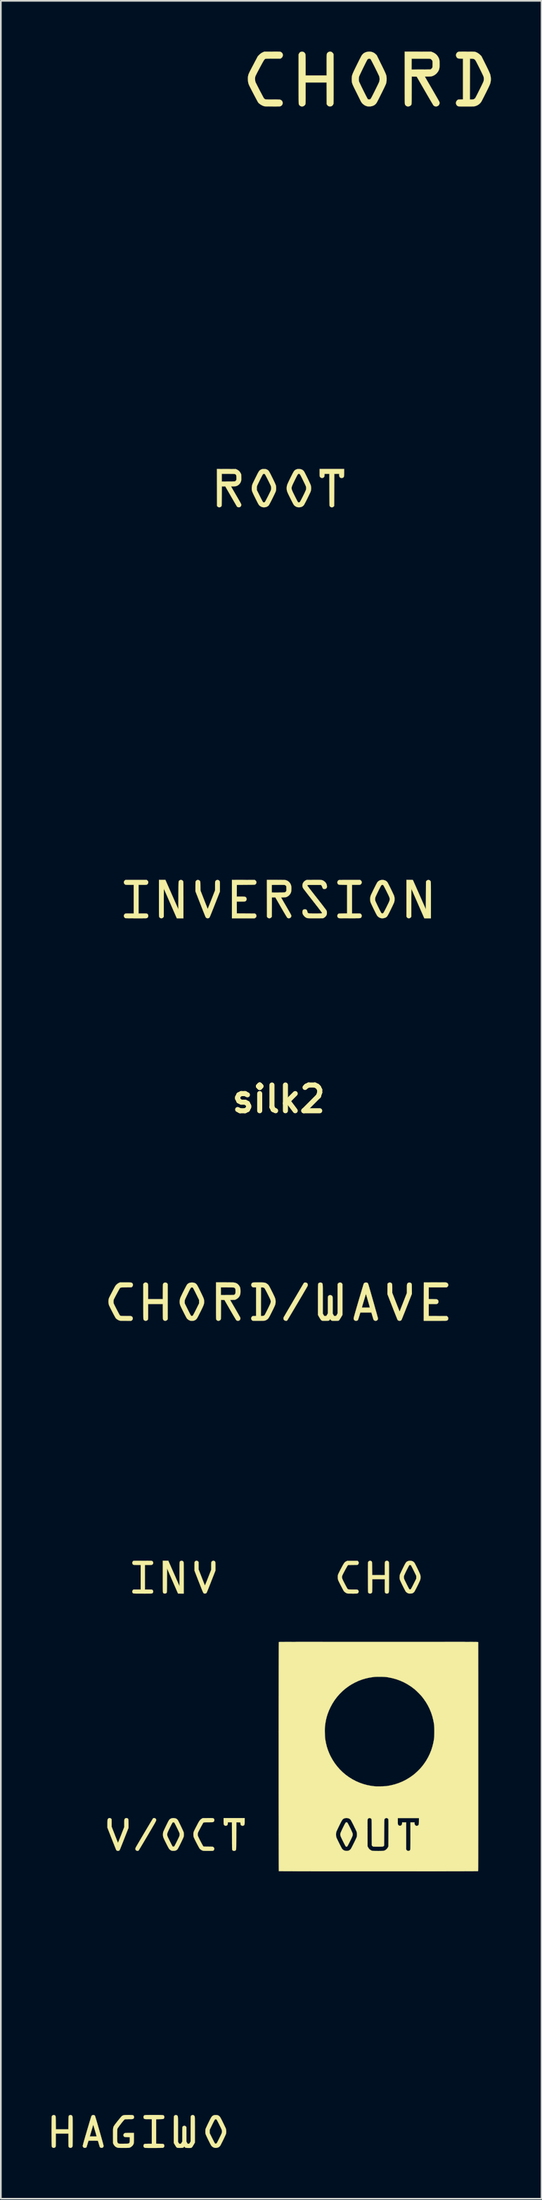
<source format=kicad_pcb>
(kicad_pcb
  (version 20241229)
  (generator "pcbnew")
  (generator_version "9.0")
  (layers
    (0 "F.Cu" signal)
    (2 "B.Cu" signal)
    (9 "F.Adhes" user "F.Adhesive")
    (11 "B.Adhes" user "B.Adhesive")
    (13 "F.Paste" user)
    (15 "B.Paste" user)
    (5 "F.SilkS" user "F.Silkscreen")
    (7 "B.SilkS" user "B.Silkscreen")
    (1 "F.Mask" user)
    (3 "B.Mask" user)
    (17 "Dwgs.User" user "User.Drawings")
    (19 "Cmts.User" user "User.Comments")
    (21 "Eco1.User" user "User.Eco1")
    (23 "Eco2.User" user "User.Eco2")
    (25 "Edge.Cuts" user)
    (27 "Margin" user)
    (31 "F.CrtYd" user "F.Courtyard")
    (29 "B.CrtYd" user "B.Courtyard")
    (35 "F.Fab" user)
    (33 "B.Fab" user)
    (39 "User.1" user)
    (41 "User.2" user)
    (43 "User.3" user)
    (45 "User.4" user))
  (footprint "silk2"
    (layer "F.Cu")
    (at 13.458 62.003)
    (property "Reference" "silk2" (at 0 0 0) (layer "F.SilkS") (effects (font (size 1.524 1.524) (thickness 0.3))))
    (attr through_hole)
    (fp_poly (pts (xy -1.414 -12.97) (xy -1.381 -12.945) (xy -1.344 -12.907) (xy -1.323 -12.863) (xy -1.319 -12.818) (xy -1.331 -12.772) (xy -1.359 -12.73) (xy -1.387 -12.705) (xy -1.392 -12.701) (xy -1.399 -12.698) (xy -1.408 -12.695) (xy -1.421 -12.693) (xy -1.44 -12.691) (xy -1.465 -12.689) (xy -1.498 -12.687) (xy -1.541 -12.686) (xy -1.595 -12.685) (xy -1.662 -12.684) (xy -1.742 -12.684) (xy -1.838 -12.683) (xy -1.946 -12.682) (xy -2.479 -12.677) (xy -2.481 -12.331) (xy -2.483 -11.985) (xy -2.252 -11.985) (xy -2.172 -11.985) (xy -2.107 -11.984) (xy -2.057 -11.981) (xy -2.018 -11.977) (xy -1.989 -11.971) (xy -1.966 -11.962) (xy -1.949 -11.95) (xy -1.934 -11.934) (xy -1.923 -11.92) (xy -1.905 -11.879) (xy -1.9 -11.833) (xy -1.909 -11.787) (xy -1.928 -11.752) (xy -1.942 -11.735) (xy -1.956 -11.721) (xy -1.972 -11.711) (xy -1.993 -11.704) (xy -2.022 -11.698) (xy -2.059 -11.695) (xy -2.108 -11.693) (xy -2.171 -11.692) (xy -2.249 -11.692) (xy -2.483 -11.692) (xy -2.481 -11.342) (xy -2.479 -10.991) (xy -1.943 -10.987) (xy -1.407 -10.982) (xy -1.378 -10.961) (xy -1.344 -10.927) (xy -1.325 -10.886) (xy -1.32 -10.841) (xy -1.328 -10.797) (xy -1.35 -10.757) (xy -1.386 -10.726) (xy -1.388 -10.725) (xy -1.426 -10.702) (xy -2.767 -10.702) (xy -2.767 -12.975) (xy -1.414 -12.97)) (stroke (width 0.01) (type solid)) (fill yes) (layer "F.SilkS"))
    (fp_poly (pts (xy 4.06 42.818) (xy 4.071 42.832) (xy 4.089 42.86) (xy 4.112 42.901) (xy 4.138 42.951) (xy 4.168 43.008) (xy 4.199 43.071) (xy 4.232 43.136) (xy 4.263 43.202) (xy 4.293 43.265) (xy 4.321 43.325) (xy 4.344 43.378) (xy 4.363 43.422) (xy 4.375 43.455) (xy 4.38 43.472) (xy 4.383 43.499) (xy 4.385 43.525) (xy 4.384 43.551) (xy 4.378 43.58) (xy 4.369 43.612) (xy 4.355 43.65) (xy 4.335 43.697) (xy 4.309 43.753) (xy 4.276 43.822) (xy 4.235 43.904) (xy 4.227 43.922) (xy 4.19 43.996) (xy 4.155 44.063) (xy 4.125 44.122) (xy 4.099 44.169) (xy 4.079 44.204) (xy 4.065 44.226) (xy 4.06 44.231) (xy 4.033 44.245) (xy 3.999 44.245) (xy 3.983 44.242) (xy 3.974 44.232) (xy 3.957 44.206) (xy 3.933 44.163) (xy 3.902 44.105) (xy 3.863 44.03) (xy 3.817 43.939) (xy 3.817 43.937) (xy 3.773 43.85) (xy 3.737 43.776) (xy 3.709 43.715) (xy 3.686 43.665) (xy 3.67 43.624) (xy 3.659 43.589) (xy 3.652 43.56) (xy 3.65 43.533) (xy 3.651 43.508) (xy 3.654 43.482) (xy 3.656 43.472) (xy 3.662 43.448) (xy 3.676 43.412) (xy 3.696 43.365) (xy 3.72 43.31) (xy 3.749 43.249) (xy 3.779 43.184) (xy 3.811 43.118) (xy 3.843 43.053) (xy 3.874 42.992) (xy 3.902 42.936) (xy 3.928 42.889) (xy 3.949 42.853) (xy 3.964 42.829) (xy 3.97 42.823) (xy 4.002 42.804) (xy 4.034 42.804) (xy 4.06 42.818)) (stroke (width 0.01) (type solid)) (fill yes) (layer "F.SilkS"))
    (fp_poly (pts (xy -7.339 42.56) (xy -7.315 42.571) (xy -7.281 42.598) (xy -7.263 42.63) (xy -7.258 42.671) (xy -7.259 42.684) (xy -7.26 42.692) (xy -7.263 42.702) (xy -7.267 42.715) (xy -7.274 42.731) (xy -7.283 42.751) (xy -7.297 42.777) (xy -7.314 42.809) (xy -7.335 42.847) (xy -7.361 42.894) (xy -7.393 42.95) (xy -7.431 43.015) (xy -7.476 43.091) (xy -7.527 43.179) (xy -7.586 43.28) (xy -7.653 43.393) (xy -7.728 43.522) (xy -7.771 43.593) (xy -7.839 43.709) (xy -7.905 43.82) (xy -7.968 43.927) (xy -8.027 44.027) (xy -8.083 44.119) (xy -8.133 44.204) (xy -8.178 44.279) (xy -8.217 44.343) (xy -8.249 44.396) (xy -8.274 44.436) (xy -8.29 44.463) (xy -8.299 44.475) (xy -8.299 44.475) (xy -8.326 44.491) (xy -8.362 44.496) (xy -8.399 44.49) (xy -8.425 44.479) (xy -8.46 44.453) (xy -8.479 44.427) (xy -8.486 44.394) (xy -8.487 44.384) (xy -8.483 44.35) (xy -8.475 44.317) (xy -8.473 44.312) (xy -8.466 44.297) (xy -8.45 44.269) (xy -8.426 44.227) (xy -8.395 44.174) (xy -8.358 44.11) (xy -8.316 44.038) (xy -8.268 43.957) (xy -8.217 43.87) (xy -8.162 43.777) (xy -8.105 43.68) (xy -8.046 43.58) (xy -7.986 43.478) (xy -7.925 43.376) (xy -7.865 43.275) (xy -7.806 43.176) (xy -7.749 43.08) (xy -7.694 42.988) (xy -7.643 42.903) (xy -7.596 42.824) (xy -7.553 42.754) (xy -7.516 42.693) (xy -7.486 42.643) (xy -7.462 42.605) (xy -7.446 42.58) (xy -7.439 42.569) (xy -7.439 42.569) (xy -7.412 42.557) (xy -7.376 42.554) (xy -7.339 42.56)) (stroke (width 0.01) (type solid)) (fill yes) (layer "F.SilkS"))
    (fp_poly (pts (xy 3.876 -37.085) (xy 3.875 -37.008) (xy 3.874 -36.946) (xy 3.871 -36.898) (xy 3.866 -36.862) (xy 3.858 -36.835) (xy 3.847 -36.814) (xy 3.833 -36.799) (xy 3.814 -36.785) (xy 3.81 -36.782) (xy 3.772 -36.767) (xy 3.728 -36.762) (xy 3.684 -36.767) (xy 3.652 -36.78) (xy 3.618 -36.811) (xy 3.596 -36.85) (xy 3.585 -36.901) (xy 3.583 -36.939) (xy 3.583 -37.01) (xy 3.438 -37.008) (xy 3.294 -37.005) (xy 3.29 -36.055) (xy 3.285 -35.105) (xy 3.253 -35.072) (xy 3.231 -35.052) (xy 3.21 -35.039) (xy 3.181 -35.03) (xy 3.161 -35.026) (xy 3.143 -35.026) (xy 3.118 -35.03) (xy 3.118 -35.03) (xy 3.07 -35.05) (xy 3.033 -35.082) (xy 3.026 -35.092) (xy 3.024 -35.097) (xy 3.021 -35.104) (xy 3.019 -35.114) (xy 3.017 -35.127) (xy 3.016 -35.147) (xy 3.014 -35.172) (xy 3.013 -35.205) (xy 3.012 -35.246) (xy 3.011 -35.296) (xy 3.01 -35.357) (xy 3.009 -35.429) (xy 3.009 -35.515) (xy 3.008 -35.613) (xy 3.007 -35.727) (xy 3.007 -35.856) (xy 3.006 -36.002) (xy 3.005 -36.061) (xy 3.001 -37.005) (xy 2.717 -37.005) (xy 2.712 -36.927) (xy 2.708 -36.883) (xy 2.702 -36.853) (xy 2.693 -36.83) (xy 2.687 -36.82) (xy 2.653 -36.787) (xy 2.612 -36.768) (xy 2.566 -36.763) (xy 2.521 -36.771) (xy 2.48 -36.793) (xy 2.449 -36.826) (xy 2.442 -36.837) (xy 2.437 -36.847) (xy 2.434 -36.861) (xy 2.431 -36.88) (xy 2.43 -36.908) (xy 2.429 -36.946) (xy 2.428 -36.996) (xy 2.428 -37.062) (xy 2.428 -37.075) (xy 2.428 -37.294) (xy 3.876 -37.294) (xy 3.876 -37.085)) (stroke (width 0.01) (type solid)) (fill yes) (layer "F.SilkS"))
    (fp_poly (pts (xy 9.622 10.85) (xy 9.702 10.851) (xy 9.771 10.851) (xy 9.827 10.852) (xy 9.869 10.852) (xy 9.896 10.853) (xy 9.903 10.854) (xy 9.954 10.867) (xy 9.994 10.892) (xy 10.024 10.926) (xy 10.042 10.966) (xy 10.046 11.009) (xy 10.037 11.052) (xy 10.013 11.091) (xy 9.979 11.122) (xy 9.948 11.142) (xy 8.888 11.142) (xy 8.888 11.837) (xy 9.124 11.84) (xy 9.197 11.841) (xy 9.253 11.842) (xy 9.296 11.844) (xy 9.328 11.846) (xy 9.351 11.848) (xy 9.368 11.852) (xy 9.38 11.856) (xy 9.391 11.862) (xy 9.392 11.862) (xy 9.432 11.894) (xy 9.456 11.933) (xy 9.464 11.981) (xy 9.463 11.995) (xy 9.453 12.048) (xy 9.429 12.088) (xy 9.391 12.116) (xy 9.389 12.117) (xy 9.376 12.122) (xy 9.36 12.125) (xy 9.337 12.128) (xy 9.305 12.13) (xy 9.262 12.131) (xy 9.206 12.132) (xy 9.134 12.132) (xy 9.123 12.132) (xy 8.888 12.132) (xy 8.888 12.837) (xy 9.422 12.84) (xy 9.956 12.842) (xy 9.986 12.863) (xy 10.019 12.897) (xy 10.039 12.939) (xy 10.046 12.985) (xy 10.038 13.029) (xy 10.02 13.062) (xy 10.012 13.073) (xy 10.005 13.083) (xy 9.997 13.091) (xy 9.988 13.098) (xy 9.975 13.104) (xy 9.958 13.108) (xy 9.936 13.112) (xy 9.907 13.115) (xy 9.87 13.118) (xy 9.823 13.119) (xy 9.766 13.12) (xy 9.697 13.121) (xy 9.614 13.121) (xy 9.517 13.122) (xy 9.405 13.122) (xy 9.275 13.122) (xy 8.595 13.122) (xy 8.597 11.988) (xy 8.6 10.854) (xy 9.227 10.851) (xy 9.334 10.851) (xy 9.437 10.85) (xy 9.533 10.85) (xy 9.622 10.85)) (stroke (width 0.01) (type solid)) (fill yes) (layer "F.SilkS"))
    (fp_poly (pts (xy 1.629 10.865) (xy 1.671 10.885) (xy 1.702 10.918) (xy 1.72 10.959) (xy 1.723 10.987) (xy 1.721 11.019) (xy 1.716 11.047) (xy 1.714 11.055) (xy 1.707 11.068) (xy 1.692 11.095) (xy 1.669 11.135) (xy 1.639 11.188) (xy 1.602 11.251) (xy 1.559 11.324) (xy 1.511 11.406) (xy 1.459 11.496) (xy 1.403 11.592) (xy 1.343 11.693) (xy 1.281 11.798) (xy 1.217 11.906) (xy 1.152 12.016) (xy 1.087 12.127) (xy 1.021 12.237) (xy 0.957 12.346) (xy 0.894 12.451) (xy 0.834 12.553) (xy 0.776 12.65) (xy 0.722 12.74) (xy 0.672 12.824) (xy 0.628 12.898) (xy 0.589 12.963) (xy 0.556 13.017) (xy 0.53 13.06) (xy 0.512 13.089) (xy 0.502 13.104) (xy 0.501 13.105) (xy 0.472 13.118) (xy 0.433 13.122) (xy 0.392 13.115) (xy 0.353 13.099) (xy 0.35 13.098) (xy 0.324 13.078) (xy 0.303 13.056) (xy 0.298 13.048) (xy 0.287 13.011) (xy 0.285 12.966) (xy 0.294 12.924) (xy 0.296 12.917) (xy 0.302 12.907) (xy 0.316 12.882) (xy 0.338 12.844) (xy 0.368 12.794) (xy 0.404 12.732) (xy 0.446 12.66) (xy 0.493 12.58) (xy 0.545 12.491) (xy 0.6 12.397) (xy 0.659 12.297) (xy 0.72 12.192) (xy 0.784 12.085) (xy 0.848 11.975) (xy 0.913 11.865) (xy 0.977 11.756) (xy 1.041 11.648) (xy 1.103 11.542) (xy 1.163 11.441) (xy 1.22 11.345) (xy 1.273 11.254) (xy 1.322 11.172) (xy 1.366 11.097) (xy 1.404 11.032) (xy 1.436 10.979) (xy 1.461 10.937) (xy 1.478 10.908) (xy 1.486 10.896) (xy 1.509 10.872) (xy 1.543 10.859) (xy 1.577 10.857) (xy 1.629 10.865)) (stroke (width 0.01) (type solid)) (fill yes) (layer "F.SilkS"))
    (fp_poly (pts (xy -2.016 42.732) (xy -2.016 42.804) (xy -2.018 42.859) (xy -2.021 42.902) (xy -2.027 42.933) (xy -2.035 42.956) (xy -2.047 42.973) (xy -2.063 42.986) (xy -2.073 42.993) (xy -2.116 43.009) (xy -2.161 43.009) (xy -2.205 42.994) (xy -2.24 42.966) (xy -2.251 42.948) (xy -2.258 42.922) (xy -2.263 42.883) (xy -2.263 42.875) (xy -2.268 42.805) (xy -2.389 42.803) (xy -2.51 42.8) (xy -2.513 43.604) (xy -2.513 43.744) (xy -2.514 43.867) (xy -2.514 43.974) (xy -2.515 44.066) (xy -2.515 44.145) (xy -2.516 44.21) (xy -2.517 44.265) (xy -2.518 44.31) (xy -2.519 44.345) (xy -2.52 44.373) (xy -2.522 44.394) (xy -2.524 44.409) (xy -2.526 44.42) (xy -2.528 44.429) (xy -2.531 44.435) (xy -2.533 44.437) (xy -2.552 44.462) (xy -2.575 44.481) (xy -2.575 44.481) (xy -2.608 44.492) (xy -2.648 44.495) (xy -2.686 44.489) (xy -2.704 44.482) (xy -2.727 44.465) (xy -2.745 44.444) (xy -2.748 44.438) (xy -2.751 44.432) (xy -2.753 44.423) (xy -2.755 44.41) (xy -2.757 44.393) (xy -2.758 44.369) (xy -2.76 44.339) (xy -2.761 44.3) (xy -2.762 44.251) (xy -2.762 44.192) (xy -2.763 44.12) (xy -2.764 44.036) (xy -2.764 43.938) (xy -2.764 43.825) (xy -2.765 43.694) (xy -2.765 43.609) (xy -2.768 42.801) (xy -3.015 42.801) (xy -3.015 42.862) (xy -3.017 42.905) (xy -3.024 42.936) (xy -3.033 42.955) (xy -3.061 42.985) (xy -3.098 43.003) (xy -3.14 43.009) (xy -3.18 43.002) (xy -3.214 42.982) (xy -3.23 42.966) (xy -3.241 42.949) (xy -3.25 42.927) (xy -3.256 42.899) (xy -3.26 42.861) (xy -3.261 42.811) (xy -3.262 42.747) (xy -3.262 42.728) (xy -3.262 42.553) (xy -2.016 42.553) (xy -2.016 42.732)) (stroke (width 0.01) (type solid)) (fill yes) (layer "F.SilkS"))
    (fp_poly (pts (xy 7.824 -12.975) (xy 7.876 -12.974) (xy 7.913 -12.972) (xy 7.936 -12.969) (xy 7.949 -12.965) (xy 7.951 -12.963) (xy 7.956 -12.954) (xy 7.967 -12.928) (xy 7.985 -12.888) (xy 8.009 -12.835) (xy 8.038 -12.769) (xy 8.073 -12.692) (xy 8.111 -12.606) (xy 8.153 -12.51) (xy 8.199 -12.406) (xy 8.248 -12.296) (xy 8.299 -12.181) (xy 8.339 -12.089) (xy 8.719 -11.226) (xy 8.723 -12.052) (xy 8.728 -12.879) (xy 8.75 -12.91) (xy 8.785 -12.944) (xy 8.826 -12.965) (xy 8.871 -12.971) (xy 8.915 -12.964) (xy 8.955 -12.944) (xy 8.987 -12.91) (xy 8.999 -12.889) (xy 9.002 -12.882) (xy 9.004 -12.875) (xy 9.006 -12.865) (xy 9.008 -12.852) (xy 9.009 -12.835) (xy 9.011 -12.812) (xy 9.012 -12.783) (xy 9.013 -12.747) (xy 9.014 -12.703) (xy 9.014 -12.649) (xy 9.015 -12.585) (xy 9.015 -12.509) (xy 9.016 -12.421) (xy 9.016 -12.32) (xy 9.016 -12.205) (xy 9.016 -12.074) (xy 9.016 -11.926) (xy 9.016 -11.777) (xy 9.016 -10.702) (xy 8.627 -10.703) (xy 8.248 -11.567) (xy 8.196 -11.686) (xy 8.146 -11.8) (xy 8.098 -11.909) (xy 8.053 -12.011) (xy 8.012 -12.105) (xy 7.975 -12.19) (xy 7.942 -12.265) (xy 7.914 -12.328) (xy 7.891 -12.378) (xy 7.875 -12.415) (xy 7.865 -12.438) (xy 7.861 -12.444) (xy 7.86 -12.437) (xy 7.859 -12.413) (xy 7.857 -12.372) (xy 7.856 -12.314) (xy 7.855 -12.241) (xy 7.855 -12.153) (xy 7.854 -12.051) (xy 7.853 -11.935) (xy 7.853 -11.807) (xy 7.853 -11.666) (xy 7.853 -11.627) (xy 7.853 -10.797) (xy 7.832 -10.766) (xy 7.799 -10.731) (xy 7.756 -10.71) (xy 7.708 -10.703) (xy 7.661 -10.711) (xy 7.644 -10.718) (xy 7.621 -10.735) (xy 7.598 -10.761) (xy 7.591 -10.771) (xy 7.569 -10.809) (xy 7.569 -12.975) (xy 7.755 -12.975) (xy 7.824 -12.975)) (stroke (width 0.01) (type solid)) (fill yes) (layer "F.SilkS"))
    (fp_poly (pts (xy -8.982 42.559) (xy -8.954 42.572) (xy -8.938 42.583) (xy -8.925 42.595) (xy -8.916 42.61) (xy -8.909 42.632) (xy -8.904 42.661) (xy -8.9 42.7) (xy -8.898 42.75) (xy -8.898 42.816) (xy -8.897 42.893) (xy -8.897 43.133) (xy -9.141 43.753) (xy -9.181 43.855) (xy -9.22 43.954) (xy -9.257 44.047) (xy -9.291 44.133) (xy -9.322 44.21) (xy -9.349 44.278) (xy -9.371 44.334) (xy -9.389 44.377) (xy -9.401 44.406) (xy -9.406 44.418) (xy -9.425 44.449) (xy -9.446 44.473) (xy -9.455 44.48) (xy -9.489 44.492) (xy -9.53 44.495) (xy -9.568 44.488) (xy -9.586 44.48) (xy -9.609 44.461) (xy -9.624 44.442) (xy -9.629 44.429) (xy -9.641 44.402) (xy -9.658 44.359) (xy -9.68 44.304) (xy -9.707 44.237) (xy -9.737 44.16) (xy -9.771 44.075) (xy -9.808 43.982) (xy -9.847 43.882) (xy -9.887 43.778) (xy -9.891 43.77) (xy -10.144 43.122) (xy -10.143 42.9) (xy -10.143 42.835) (xy -10.142 42.775) (xy -10.14 42.723) (xy -10.138 42.681) (xy -10.136 42.653) (xy -10.134 42.643) (xy -10.12 42.614) (xy -10.097 42.586) (xy -10.091 42.58) (xy -10.07 42.563) (xy -10.052 42.555) (xy -10.029 42.554) (xy -10.008 42.555) (xy -9.976 42.56) (xy -9.954 42.569) (xy -9.933 42.586) (xy -9.927 42.593) (xy -9.896 42.626) (xy -9.896 43.068) (xy -9.711 43.541) (xy -9.677 43.63) (xy -9.644 43.713) (xy -9.614 43.79) (xy -9.587 43.858) (xy -9.564 43.916) (xy -9.545 43.963) (xy -9.531 43.997) (xy -9.523 44.017) (xy -9.521 44.021) (xy -9.517 44.014) (xy -9.507 43.991) (xy -9.491 43.954) (xy -9.471 43.905) (xy -9.446 43.845) (xy -9.418 43.775) (xy -9.387 43.697) (xy -9.353 43.613) (xy -9.33 43.554) (xy -9.144 43.08) (xy -9.145 42.866) (xy -9.144 42.796) (xy -9.144 42.741) (xy -9.143 42.7) (xy -9.141 42.669) (xy -9.138 42.647) (xy -9.134 42.631) (xy -9.129 42.62) (xy -9.104 42.585) (xy -9.068 42.563) (xy -9.026 42.554) (xy -8.982 42.559)) (stroke (width 0.01) (type solid)) (fill yes) (layer "F.SilkS"))
    (fp_poly (pts (xy -7.709 27.326) (xy -7.654 27.326) (xy -7.611 27.327) (xy -7.577 27.328) (xy -7.551 27.329) (xy -7.532 27.331) (xy -7.518 27.333) (xy -7.508 27.336) (xy -7.5 27.339) (xy -7.496 27.341) (xy -7.465 27.366) (xy -7.442 27.402) (xy -7.431 27.44) (xy -7.431 27.446) (xy -7.439 27.488) (xy -7.461 27.526) (xy -7.491 27.553) (xy -7.502 27.559) (xy -7.514 27.564) (xy -7.531 27.567) (xy -7.554 27.569) (xy -7.587 27.571) (xy -7.632 27.571) (xy -7.691 27.572) (xy -7.723 27.572) (xy -7.926 27.572) (xy -7.926 29.029) (xy -7.717 29.029) (xy -7.649 29.029) (xy -7.597 29.029) (xy -7.559 29.03) (xy -7.532 29.032) (xy -7.513 29.034) (xy -7.499 29.038) (xy -7.49 29.043) (xy -7.483 29.048) (xy -7.451 29.083) (xy -7.434 29.124) (xy -7.433 29.166) (xy -7.448 29.207) (xy -7.477 29.241) (xy -7.485 29.248) (xy -7.491 29.252) (xy -7.498 29.255) (xy -7.507 29.258) (xy -7.52 29.26) (xy -7.538 29.262) (xy -7.562 29.264) (xy -7.595 29.265) (xy -7.637 29.266) (xy -7.69 29.266) (xy -7.755 29.266) (xy -7.834 29.266) (xy -7.929 29.267) (xy -8.04 29.266) (xy -8.051 29.266) (xy -8.167 29.266) (xy -8.267 29.266) (xy -8.35 29.266) (xy -8.419 29.265) (xy -8.476 29.264) (xy -8.52 29.263) (xy -8.554 29.262) (xy -8.58 29.26) (xy -8.598 29.258) (xy -8.609 29.255) (xy -8.614 29.253) (xy -8.648 29.226) (xy -8.668 29.189) (xy -8.674 29.148) (xy -8.665 29.106) (xy -8.642 29.067) (xy -8.635 29.06) (xy -8.604 29.029) (xy -8.173 29.029) (xy -8.173 27.572) (xy -8.38 27.572) (xy -8.454 27.571) (xy -8.512 27.57) (xy -8.556 27.568) (xy -8.589 27.564) (xy -8.612 27.557) (xy -8.63 27.546) (xy -8.642 27.533) (xy -8.653 27.514) (xy -8.66 27.501) (xy -8.673 27.457) (xy -8.668 27.414) (xy -8.645 27.373) (xy -8.636 27.362) (xy -8.606 27.329) (xy -8.066 27.326) (xy -7.953 27.326) (xy -7.857 27.326) (xy -7.776 27.325) (xy -7.709 27.326)) (stroke (width 0.01) (type solid)) (fill yes) (layer "F.SilkS"))
    (fp_poly (pts (xy -3.827 27.332) (xy -3.805 27.342) (xy -3.789 27.353) (xy -3.776 27.364) (xy -3.766 27.378) (xy -3.759 27.397) (xy -3.754 27.423) (xy -3.751 27.459) (xy -3.749 27.506) (xy -3.748 27.566) (xy -3.748 27.642) (xy -3.748 27.661) (xy -3.748 27.908) (xy -3.996 28.538) (xy -4.036 28.642) (xy -4.075 28.74) (xy -4.112 28.833) (xy -4.146 28.919) (xy -4.177 28.997) (xy -4.204 29.064) (xy -4.227 29.12) (xy -4.244 29.163) (xy -4.256 29.192) (xy -4.262 29.204) (xy -4.288 29.239) (xy -4.326 29.26) (xy -4.375 29.267) (xy -4.375 29.267) (xy -4.406 29.264) (xy -4.429 29.253) (xy -4.449 29.237) (xy -4.455 29.23) (xy -4.463 29.22) (xy -4.471 29.206) (xy -4.481 29.186) (xy -4.493 29.16) (xy -4.508 29.127) (xy -4.526 29.085) (xy -4.547 29.032) (xy -4.572 28.969) (xy -4.602 28.893) (xy -4.637 28.804) (xy -4.678 28.701) (xy -4.725 28.581) (xy -4.733 28.561) (xy -4.985 27.915) (xy -4.985 27.658) (xy -4.985 27.582) (xy -4.984 27.523) (xy -4.984 27.477) (xy -4.983 27.443) (xy -4.981 27.419) (xy -4.978 27.402) (xy -4.975 27.391) (xy -4.97 27.382) (xy -4.966 27.376) (xy -4.931 27.344) (xy -4.89 27.327) (xy -4.847 27.326) (xy -4.806 27.34) (xy -4.777 27.364) (xy -4.746 27.397) (xy -4.746 27.836) (xy -4.562 28.306) (xy -4.528 28.395) (xy -4.495 28.478) (xy -4.465 28.555) (xy -4.438 28.623) (xy -4.415 28.682) (xy -4.396 28.729) (xy -4.382 28.764) (xy -4.374 28.783) (xy -4.372 28.788) (xy -4.368 28.782) (xy -4.357 28.76) (xy -4.341 28.724) (xy -4.32 28.675) (xy -4.295 28.615) (xy -4.267 28.544) (xy -4.235 28.466) (xy -4.201 28.379) (xy -4.18 28.327) (xy -3.995 27.855) (xy -3.995 27.638) (xy -3.995 27.568) (xy -3.994 27.514) (xy -3.993 27.473) (xy -3.992 27.443) (xy -3.989 27.421) (xy -3.985 27.405) (xy -3.98 27.393) (xy -3.978 27.389) (xy -3.951 27.355) (xy -3.913 27.333) (xy -3.87 27.325) (xy -3.827 27.332)) (stroke (width 0.01) (type solid)) (fill yes) (layer "F.SilkS"))
    (fp_poly (pts (xy -7.786 -12.945) (xy -7.761 -12.923) (xy -7.742 -12.899) (xy -7.738 -12.892) (xy -7.725 -12.849) (xy -7.727 -12.802) (xy -7.743 -12.758) (xy -7.772 -12.721) (xy -7.798 -12.701) (xy -7.809 -12.695) (xy -7.822 -12.691) (xy -7.837 -12.687) (xy -7.858 -12.685) (xy -7.888 -12.683) (xy -7.927 -12.682) (xy -7.98 -12.682) (xy -8.048 -12.682) (xy -8.067 -12.682) (xy -8.302 -12.682) (xy -8.302 -10.987) (xy -8.061 -10.986) (xy -7.988 -10.986) (xy -7.931 -10.986) (xy -7.887 -10.985) (xy -7.855 -10.984) (xy -7.832 -10.982) (xy -7.815 -10.979) (xy -7.803 -10.975) (xy -7.793 -10.969) (xy -7.791 -10.968) (xy -7.754 -10.937) (xy -7.732 -10.898) (xy -7.726 -10.849) (xy -7.727 -10.839) (xy -7.737 -10.787) (xy -7.761 -10.747) (xy -7.798 -10.719) (xy -7.801 -10.717) (xy -7.809 -10.714) (xy -7.82 -10.712) (xy -7.834 -10.71) (xy -7.855 -10.708) (xy -7.882 -10.706) (xy -7.918 -10.705) (xy -7.963 -10.704) (xy -8.019 -10.704) (xy -8.087 -10.703) (xy -8.169 -10.703) (xy -8.266 -10.703) (xy -8.379 -10.703) (xy -8.45 -10.703) (xy -8.555 -10.703) (xy -8.655 -10.704) (xy -8.748 -10.704) (xy -8.833 -10.705) (xy -8.909 -10.706) (xy -8.973 -10.707) (xy -9.024 -10.708) (xy -9.061 -10.709) (xy -9.081 -10.711) (xy -9.085 -10.711) (xy -9.121 -10.735) (xy -9.149 -10.772) (xy -9.167 -10.815) (xy -9.172 -10.851) (xy -9.164 -10.889) (xy -9.144 -10.927) (xy -9.115 -10.959) (xy -9.099 -10.97) (xy -9.088 -10.975) (xy -9.074 -10.979) (xy -9.056 -10.982) (xy -9.032 -10.984) (xy -8.997 -10.985) (xy -8.952 -10.986) (xy -8.892 -10.986) (xy -8.826 -10.987) (xy -8.586 -10.987) (xy -8.586 -12.682) (xy -8.827 -12.682) (xy -8.9 -12.682) (xy -8.957 -12.682) (xy -9 -12.683) (xy -9.032 -12.684) (xy -9.055 -12.686) (xy -9.071 -12.689) (xy -9.083 -12.693) (xy -9.093 -12.698) (xy -9.099 -12.702) (xy -9.139 -12.739) (xy -9.163 -12.781) (xy -9.171 -12.827) (xy -9.164 -12.872) (xy -9.141 -12.915) (xy -9.11 -12.946) (xy -9.077 -12.97) (xy -7.819 -12.97) (xy -7.786 -12.945)) (stroke (width 0.01) (type solid)) (fill yes) (layer "F.SilkS"))
    (fp_poly (pts (xy -6.538 27.325) (xy -6.231 28.023) (xy -6.183 28.131) (xy -6.137 28.235) (xy -6.094 28.334) (xy -6.053 28.427) (xy -6.016 28.511) (xy -5.983 28.586) (xy -5.954 28.65) (xy -5.931 28.703) (xy -5.913 28.741) (xy -5.902 28.766) (xy -5.899 28.772) (xy -5.875 28.822) (xy -5.874 28.119) (xy -5.874 27.985) (xy -5.874 27.868) (xy -5.874 27.767) (xy -5.873 27.681) (xy -5.873 27.608) (xy -5.871 27.548) (xy -5.87 27.498) (xy -5.868 27.459) (xy -5.865 27.427) (xy -5.861 27.403) (xy -5.857 27.385) (xy -5.852 27.372) (xy -5.845 27.363) (xy -5.838 27.356) (xy -5.829 27.35) (xy -5.819 27.344) (xy -5.816 27.342) (xy -5.774 27.326) (xy -5.731 27.326) (xy -5.69 27.34) (xy -5.657 27.366) (xy -5.641 27.391) (xy -5.639 27.397) (xy -5.637 27.406) (xy -5.635 27.418) (xy -5.633 27.435) (xy -5.632 27.458) (xy -5.63 27.487) (xy -5.629 27.523) (xy -5.628 27.569) (xy -5.628 27.625) (xy -5.627 27.691) (xy -5.627 27.77) (xy -5.627 27.862) (xy -5.626 27.968) (xy -5.626 28.089) (xy -5.626 28.227) (xy -5.626 28.345) (xy -5.626 29.267) (xy -5.961 29.266) (xy -6.286 28.523) (xy -6.611 27.78) (xy -6.616 28.485) (xy -6.617 28.615) (xy -6.617 28.728) (xy -6.618 28.826) (xy -6.619 28.909) (xy -6.62 28.979) (xy -6.621 29.036) (xy -6.622 29.083) (xy -6.623 29.12) (xy -6.625 29.149) (xy -6.626 29.171) (xy -6.628 29.187) (xy -6.63 29.198) (xy -6.633 29.206) (xy -6.636 29.212) (xy -6.638 29.215) (xy -6.658 29.237) (xy -6.681 29.254) (xy -6.715 29.264) (xy -6.755 29.266) (xy -6.793 29.259) (xy -6.809 29.251) (xy -6.818 29.246) (xy -6.826 29.242) (xy -6.832 29.237) (xy -6.838 29.231) (xy -6.843 29.222) (xy -6.848 29.209) (xy -6.851 29.191) (xy -6.854 29.168) (xy -6.857 29.138) (xy -6.859 29.1) (xy -6.86 29.053) (xy -6.861 28.996) (xy -6.862 28.928) (xy -6.863 28.848) (xy -6.863 28.755) (xy -6.863 28.647) (xy -6.863 28.524) (xy -6.863 28.385) (xy -6.863 28.255) (xy -6.863 27.324) (xy -6.538 27.325)) (stroke (width 0.01) (type solid)) (fill yes) (layer "F.SilkS"))
    (fp_poly (pts (xy -6.902 -12.975) (xy -6.712 -12.975) (xy -6.327 -12.101) (xy -5.942 -11.228) (xy -5.938 -12.049) (xy -5.937 -12.19) (xy -5.936 -12.314) (xy -5.935 -12.422) (xy -5.935 -12.516) (xy -5.934 -12.595) (xy -5.933 -12.663) (xy -5.932 -12.718) (xy -5.931 -12.764) (xy -5.93 -12.801) (xy -5.929 -12.829) (xy -5.927 -12.851) (xy -5.925 -12.868) (xy -5.923 -12.88) (xy -5.921 -12.889) (xy -5.918 -12.896) (xy -5.915 -12.901) (xy -5.915 -12.902) (xy -5.884 -12.938) (xy -5.845 -12.961) (xy -5.802 -12.97) (xy -5.757 -12.967) (xy -5.715 -12.95) (xy -5.68 -12.921) (xy -5.659 -12.889) (xy -5.657 -12.883) (xy -5.655 -12.875) (xy -5.653 -12.863) (xy -5.652 -12.846) (xy -5.65 -12.824) (xy -5.649 -12.796) (xy -5.648 -12.76) (xy -5.647 -12.716) (xy -5.646 -12.662) (xy -5.646 -12.598) (xy -5.645 -12.523) (xy -5.645 -12.435) (xy -5.645 -12.334) (xy -5.645 -12.218) (xy -5.645 -12.087) (xy -5.644 -11.939) (xy -5.644 -11.78) (xy -5.644 -10.702) (xy -5.839 -10.703) (xy -6.034 -10.703) (xy -6.413 -11.571) (xy -6.466 -11.69) (xy -6.516 -11.805) (xy -6.564 -11.914) (xy -6.608 -12.016) (xy -6.65 -12.11) (xy -6.687 -12.195) (xy -6.72 -12.269) (xy -6.748 -12.332) (xy -6.771 -12.382) (xy -6.787 -12.419) (xy -6.797 -12.441) (xy -6.8 -12.448) (xy -6.802 -12.44) (xy -6.803 -12.415) (xy -6.804 -12.375) (xy -6.805 -12.32) (xy -6.805 -12.251) (xy -6.806 -12.171) (xy -6.807 -12.08) (xy -6.807 -11.98) (xy -6.808 -11.871) (xy -6.808 -11.756) (xy -6.808 -11.635) (xy -6.808 -10.797) (xy -6.829 -10.766) (xy -6.862 -10.731) (xy -6.905 -10.71) (xy -6.952 -10.703) (xy -6.999 -10.712) (xy -7.021 -10.723) (xy -7.054 -10.75) (xy -7.074 -10.78) (xy -7.077 -10.787) (xy -7.079 -10.793) (xy -7.081 -10.802) (xy -7.083 -10.813) (xy -7.085 -10.828) (xy -7.086 -10.848) (xy -7.088 -10.873) (xy -7.089 -10.906) (xy -7.09 -10.946) (xy -7.09 -10.995) (xy -7.091 -11.054) (xy -7.091 -11.123) (xy -7.092 -11.205) (xy -7.092 -11.299) (xy -7.092 -11.407) (xy -7.092 -11.53) (xy -7.092 -11.669) (xy -7.092 -11.824) (xy -7.092 -11.897) (xy -7.092 -12.975) (xy -6.902 -12.975)) (stroke (width 0.01) (type solid)) (fill yes) (layer "F.SilkS"))
    (fp_poly (pts (xy 6.611 10.858) (xy 6.654 10.875) (xy 6.691 10.905) (xy 6.709 10.932) (xy 6.714 10.943) (xy 6.718 10.956) (xy 6.721 10.973) (xy 6.723 10.997) (xy 6.724 11.031) (xy 6.725 11.075) (xy 6.726 11.133) (xy 6.726 11.207) (xy 6.726 11.216) (xy 6.726 11.468) (xy 6.941 12.017) (xy 6.978 12.112) (xy 7.014 12.202) (xy 7.047 12.286) (xy 7.077 12.361) (xy 7.103 12.427) (xy 7.125 12.483) (xy 7.142 12.526) (xy 7.154 12.555) (xy 7.16 12.569) (xy 7.161 12.57) (xy 7.167 12.566) (xy 7.173 12.552) (xy 7.178 12.54) (xy 7.189 12.512) (xy 7.205 12.471) (xy 7.227 12.416) (xy 7.252 12.351) (xy 7.281 12.277) (xy 7.314 12.194) (xy 7.349 12.106) (xy 7.385 12.012) (xy 7.389 12.003) (xy 7.596 11.475) (xy 7.596 11.225) (xy 7.596 11.15) (xy 7.597 11.091) (xy 7.597 11.045) (xy 7.599 11.011) (xy 7.601 10.986) (xy 7.604 10.967) (xy 7.607 10.953) (xy 7.613 10.94) (xy 7.615 10.935) (xy 7.643 10.894) (xy 7.681 10.869) (xy 7.729 10.859) (xy 7.742 10.858) (xy 7.793 10.865) (xy 7.833 10.885) (xy 7.864 10.921) (xy 7.865 10.922) (xy 7.87 10.932) (xy 7.875 10.943) (xy 7.878 10.956) (xy 7.881 10.974) (xy 7.883 11) (xy 7.885 11.035) (xy 7.886 11.081) (xy 7.886 11.14) (xy 7.887 11.216) (xy 7.887 11.238) (xy 7.89 11.523) (xy 7.591 12.283) (xy 7.546 12.396) (xy 7.503 12.505) (xy 7.463 12.607) (xy 7.424 12.703) (xy 7.389 12.79) (xy 7.358 12.868) (xy 7.331 12.935) (xy 7.308 12.99) (xy 7.291 13.031) (xy 7.279 13.058) (xy 7.274 13.069) (xy 7.252 13.092) (xy 7.229 13.108) (xy 7.192 13.119) (xy 7.149 13.121) (xy 7.107 13.113) (xy 7.086 13.104) (xy 7.061 13.085) (xy 7.042 13.064) (xy 7.041 13.063) (xy 7.036 13.051) (xy 7.024 13.023) (xy 7.007 12.981) (xy 6.985 12.926) (xy 6.958 12.858) (xy 6.926 12.78) (xy 6.892 12.692) (xy 6.854 12.597) (xy 6.813 12.494) (xy 6.771 12.385) (xy 6.734 12.29) (xy 6.441 11.541) (xy 6.444 11.236) (xy 6.446 10.932) (xy 6.479 10.899) (xy 6.52 10.869) (xy 6.565 10.856) (xy 6.611 10.858)) (stroke (width 0.01) (type solid)) (fill yes) (layer "F.SilkS"))
    (fp_poly (pts (xy -7.859 10.858) (xy -7.853 10.858) (xy -7.817 10.869) (xy -7.782 10.893) (xy -7.755 10.925) (xy -7.752 10.932) (xy -7.747 10.941) (xy -7.744 10.951) (xy -7.741 10.964) (xy -7.739 10.981) (xy -7.737 11.004) (xy -7.736 11.036) (xy -7.735 11.076) (xy -7.734 11.128) (xy -7.734 11.192) (xy -7.734 11.271) (xy -7.734 11.366) (xy -7.734 11.403) (xy -7.734 11.839) (xy -6.864 11.839) (xy -6.861 11.397) (xy -6.861 11.295) (xy -6.86 11.21) (xy -6.859 11.141) (xy -6.859 11.084) (xy -6.857 11.04) (xy -6.856 11.006) (xy -6.855 10.98) (xy -6.852 10.961) (xy -6.85 10.947) (xy -6.846 10.937) (xy -6.843 10.929) (xy -6.839 10.922) (xy -6.807 10.886) (xy -6.768 10.865) (xy -6.718 10.858) (xy -6.717 10.858) (xy -6.666 10.865) (xy -6.626 10.886) (xy -6.595 10.922) (xy -6.594 10.922) (xy -6.574 10.954) (xy -6.574 13.029) (xy -6.594 13.054) (xy -6.63 13.091) (xy -6.673 13.114) (xy -6.719 13.122) (xy -6.763 13.117) (xy -6.803 13.096) (xy -6.836 13.062) (xy -6.84 13.056) (xy -6.844 13.048) (xy -6.848 13.039) (xy -6.851 13.028) (xy -6.853 13.011) (xy -6.855 12.989) (xy -6.857 12.959) (xy -6.858 12.92) (xy -6.859 12.87) (xy -6.86 12.807) (xy -6.86 12.73) (xy -6.861 12.638) (xy -6.861 12.579) (xy -6.864 12.132) (xy -7.734 12.132) (xy -7.734 12.578) (xy -7.734 12.679) (xy -7.734 12.765) (xy -7.734 12.835) (xy -7.734 12.892) (xy -7.735 12.936) (xy -7.736 12.971) (xy -7.738 12.997) (xy -7.74 13.016) (xy -7.742 13.03) (xy -7.745 13.04) (xy -7.749 13.048) (xy -7.752 13.054) (xy -7.784 13.089) (xy -7.826 13.112) (xy -7.872 13.122) (xy -7.918 13.117) (xy -7.951 13.103) (xy -7.977 13.082) (xy -7.999 13.056) (xy -7.999 13.055) (xy -8.002 13.05) (xy -8.005 13.044) (xy -8.007 13.037) (xy -8.009 13.026) (xy -8.011 13.012) (xy -8.012 12.993) (xy -8.013 12.968) (xy -8.014 12.935) (xy -8.015 12.895) (xy -8.016 12.846) (xy -8.016 12.787) (xy -8.017 12.717) (xy -8.017 12.635) (xy -8.017 12.539) (xy -8.018 12.43) (xy -8.018 12.305) (xy -8.018 12.165) (xy -8.018 12.007) (xy -8.018 11.982) (xy -8.018 10.938) (xy -7.978 10.898) (xy -7.951 10.875) (xy -7.927 10.862) (xy -7.898 10.856) (xy -7.859 10.858)) (stroke (width 0.01) (type solid)) (fill yes) (layer "F.SilkS"))
    (fp_poly (pts (xy -7.394 60.128) (xy -7.278 60.128) (xy -7.179 60.128) (xy -7.096 60.128) (xy -7.026 60.129) (xy -6.969 60.13) (xy -6.924 60.132) (xy -6.888 60.135) (xy -6.86 60.139) (xy -6.839 60.143) (xy -6.824 60.149) (xy -6.813 60.157) (xy -6.804 60.165) (xy -6.797 60.176) (xy -6.79 60.187) (xy -6.775 60.227) (xy -6.774 60.27) (xy -6.786 60.311) (xy -6.809 60.344) (xy -6.828 60.359) (xy -6.843 60.363) (xy -6.871 60.367) (xy -6.913 60.37) (xy -6.971 60.373) (xy -7.046 60.375) (xy -7.056 60.375) (xy -7.262 60.38) (xy -7.262 61.828) (xy -7.05 61.832) (xy -6.981 61.834) (xy -6.929 61.835) (xy -6.89 61.837) (xy -6.863 61.839) (xy -6.844 61.842) (xy -6.831 61.846) (xy -6.822 61.851) (xy -6.817 61.855) (xy -6.788 61.892) (xy -6.775 61.933) (xy -6.775 61.975) (xy -6.789 62.014) (xy -6.815 62.046) (xy -6.854 62.068) (xy -6.863 62.071) (xy -6.877 62.072) (xy -6.907 62.073) (xy -6.952 62.074) (xy -7.009 62.075) (xy -7.076 62.076) (xy -7.15 62.077) (xy -7.231 62.078) (xy -7.316 62.078) (xy -7.402 62.078) (xy -7.489 62.078) (xy -7.573 62.078) (xy -7.652 62.078) (xy -7.725 62.078) (xy -7.79 62.077) (xy -7.844 62.076) (xy -7.885 62.075) (xy -7.912 62.074) (xy -7.92 62.073) (xy -7.941 62.064) (xy -7.967 62.047) (xy -7.977 62.038) (xy -7.996 62.016) (xy -8.005 61.996) (xy -8.008 61.97) (xy -8.008 61.958) (xy -8.004 61.913) (xy -7.99 61.88) (xy -7.963 61.854) (xy -7.957 61.85) (xy -7.947 61.844) (xy -7.935 61.84) (xy -7.919 61.837) (xy -7.895 61.835) (xy -7.862 61.833) (xy -7.816 61.833) (xy -7.756 61.832) (xy -7.722 61.832) (xy -7.514 61.832) (xy -7.514 60.375) (xy -7.721 60.375) (xy -7.794 60.375) (xy -7.851 60.374) (xy -7.894 60.372) (xy -7.926 60.368) (xy -7.95 60.362) (xy -7.966 60.353) (xy -7.979 60.341) (xy -7.99 60.326) (xy -7.994 60.32) (xy -8.005 60.286) (xy -8.009 60.247) (xy -8.003 60.208) (xy -7.989 60.179) (xy -7.981 60.169) (xy -7.973 60.16) (xy -7.964 60.152) (xy -7.952 60.146) (xy -7.936 60.141) (xy -7.915 60.137) (xy -7.887 60.134) (xy -7.851 60.131) (xy -7.804 60.13) (xy -7.747 60.129) (xy -7.676 60.128) (xy -7.592 60.128) (xy -7.491 60.128) (xy -7.394 60.128)) (stroke (width 0.01) (type solid)) (fill yes) (layer "F.SilkS"))
    (fp_poly (pts (xy 4.86 -12.944) (xy 4.896 -12.907) (xy 4.916 -12.864) (xy 4.92 -12.818) (xy 4.908 -12.773) (xy 4.881 -12.732) (xy 4.847 -12.702) (xy 4.838 -12.696) (xy 4.827 -12.691) (xy 4.814 -12.688) (xy 4.796 -12.685) (xy 4.769 -12.683) (xy 4.733 -12.682) (xy 4.685 -12.682) (xy 4.622 -12.682) (xy 4.58 -12.682) (xy 4.343 -12.682) (xy 4.343 -10.987) (xy 4.584 -10.987) (xy 4.657 -10.986) (xy 4.713 -10.986) (xy 4.756 -10.986) (xy 4.788 -10.984) (xy 4.811 -10.982) (xy 4.827 -10.98) (xy 4.839 -10.975) (xy 4.849 -10.97) (xy 4.858 -10.964) (xy 4.892 -10.931) (xy 4.913 -10.889) (xy 4.919 -10.844) (xy 4.911 -10.798) (xy 4.889 -10.756) (xy 4.858 -10.725) (xy 4.853 -10.722) (xy 4.846 -10.719) (xy 4.838 -10.716) (xy 4.825 -10.714) (xy 4.807 -10.712) (xy 4.783 -10.71) (xy 4.752 -10.709) (xy 4.711 -10.708) (xy 4.659 -10.707) (xy 4.596 -10.707) (xy 4.52 -10.706) (xy 4.43 -10.706) (xy 4.323 -10.705) (xy 4.206 -10.705) (xy 4.082 -10.704) (xy 3.976 -10.704) (xy 3.885 -10.704) (xy 3.808 -10.704) (xy 3.744 -10.705) (xy 3.693 -10.705) (xy 3.651 -10.706) (xy 3.619 -10.707) (xy 3.594 -10.709) (xy 3.576 -10.71) (xy 3.563 -10.713) (xy 3.554 -10.715) (xy 3.548 -10.718) (xy 3.511 -10.745) (xy 3.487 -10.782) (xy 3.475 -10.826) (xy 3.476 -10.871) (xy 3.49 -10.913) (xy 3.517 -10.95) (xy 3.531 -10.961) (xy 3.54 -10.968) (xy 3.551 -10.972) (xy 3.564 -10.976) (xy 3.583 -10.979) (xy 3.61 -10.981) (xy 3.647 -10.983) (xy 3.696 -10.984) (xy 3.76 -10.986) (xy 3.807 -10.987) (xy 4.055 -10.991) (xy 4.055 -12.677) (xy 3.812 -12.682) (xy 3.738 -12.683) (xy 3.68 -12.685) (xy 3.635 -12.686) (xy 3.602 -12.688) (xy 3.579 -12.691) (xy 3.562 -12.695) (xy 3.549 -12.699) (xy 3.54 -12.704) (xy 3.504 -12.735) (xy 3.482 -12.775) (xy 3.474 -12.819) (xy 3.48 -12.865) (xy 3.5 -12.909) (xy 3.534 -12.946) (xy 3.54 -12.951) (xy 3.546 -12.955) (xy 3.552 -12.958) (xy 3.56 -12.961) (xy 3.572 -12.963) (xy 3.588 -12.965) (xy 3.611 -12.967) (xy 3.641 -12.968) (xy 3.68 -12.969) (xy 3.729 -12.969) (xy 3.79 -12.97) (xy 3.863 -12.97) (xy 3.951 -12.97) (xy 4.053 -12.97) (xy 4.173 -12.97) (xy 4.826 -12.97) (xy 4.86 -12.944)) (stroke (width 0.01) (type solid)) (fill yes) (layer "F.SilkS"))
    (fp_poly (pts (xy -4.758 -12.969) (xy -4.713 -12.952) (xy -4.675 -12.922) (xy -4.663 -12.905) (xy -4.657 -12.894) (xy -4.652 -12.883) (xy -4.648 -12.87) (xy -4.645 -12.853) (xy -4.643 -12.828) (xy -4.641 -12.795) (xy -4.64 -12.75) (xy -4.639 -12.692) (xy -4.638 -12.618) (xy -4.638 -12.609) (xy -4.635 -12.348) (xy -4.424 -11.807) (xy -4.387 -11.712) (xy -4.352 -11.623) (xy -4.319 -11.54) (xy -4.289 -11.465) (xy -4.263 -11.399) (xy -4.242 -11.344) (xy -4.225 -11.302) (xy -4.213 -11.273) (xy -4.207 -11.26) (xy -4.207 -11.259) (xy -4.202 -11.266) (xy -4.192 -11.289) (xy -4.176 -11.326) (xy -4.155 -11.376) (xy -4.13 -11.438) (xy -4.101 -11.509) (xy -4.069 -11.59) (xy -4.034 -11.677) (xy -3.997 -11.771) (xy -3.983 -11.805) (xy -3.766 -12.358) (xy -3.766 -12.615) (xy -3.766 -12.69) (xy -3.766 -12.749) (xy -3.765 -12.795) (xy -3.764 -12.829) (xy -3.762 -12.853) (xy -3.76 -12.87) (xy -3.756 -12.883) (xy -3.751 -12.893) (xy -3.745 -12.902) (xy -3.714 -12.939) (xy -3.68 -12.961) (xy -3.639 -12.969) (xy -3.625 -12.97) (xy -3.58 -12.965) (xy -3.544 -12.948) (xy -3.513 -12.916) (xy -3.503 -12.902) (xy -3.497 -12.893) (xy -3.492 -12.884) (xy -3.489 -12.872) (xy -3.486 -12.855) (xy -3.484 -12.832) (xy -3.483 -12.8) (xy -3.482 -12.758) (xy -3.482 -12.702) (xy -3.482 -12.632) (xy -3.482 -12.58) (xy -3.482 -12.288) (xy -3.776 -11.539) (xy -3.82 -11.427) (xy -3.863 -11.319) (xy -3.904 -11.217) (xy -3.942 -11.121) (xy -3.977 -11.034) (xy -4.008 -10.957) (xy -4.036 -10.891) (xy -4.058 -10.836) (xy -4.076 -10.796) (xy -4.088 -10.769) (xy -4.093 -10.76) (xy -4.115 -10.736) (xy -4.139 -10.718) (xy -4.142 -10.716) (xy -4.18 -10.705) (xy -4.224 -10.704) (xy -4.264 -10.714) (xy -4.276 -10.72) (xy -4.301 -10.74) (xy -4.322 -10.763) (xy -4.328 -10.776) (xy -4.341 -10.804) (xy -4.358 -10.846) (xy -4.381 -10.902) (xy -4.408 -10.97) (xy -4.44 -11.049) (xy -4.475 -11.137) (xy -4.513 -11.233) (xy -4.554 -11.336) (xy -4.596 -11.445) (xy -4.635 -11.544) (xy -4.93 -12.299) (xy -4.93 -12.567) (xy -4.93 -12.637) (xy -4.929 -12.702) (xy -4.928 -12.76) (xy -4.927 -12.808) (xy -4.926 -12.843) (xy -4.924 -12.863) (xy -4.924 -12.865) (xy -4.909 -12.9) (xy -4.881 -12.933) (xy -4.845 -12.958) (xy -4.808 -12.971) (xy -4.758 -12.969)) (stroke (width 0.01) (type solid)) (fill yes) (layer "F.SilkS"))
    (fp_poly (pts (xy 3.122 -61.981) (xy 3.17 -61.951) (xy 3.211 -61.907) (xy 3.223 -61.889) (xy 3.248 -61.846) (xy 3.251 -60.395) (xy 3.251 -60.175) (xy 3.251 -59.972) (xy 3.251 -59.786) (xy 3.251 -59.618) (xy 3.251 -59.468) (xy 3.25 -59.335) (xy 3.25 -59.22) (xy 3.249 -59.123) (xy 3.248 -59.044) (xy 3.247 -58.983) (xy 3.246 -58.94) (xy 3.245 -58.916) (xy 3.244 -58.91) (xy 3.22 -58.855) (xy 3.179 -58.807) (xy 3.153 -58.786) (xy 3.131 -58.772) (xy 3.111 -58.763) (xy 3.087 -58.759) (xy 3.052 -58.758) (xy 3.043 -58.758) (xy 3.004 -58.759) (xy 2.978 -58.762) (xy 2.956 -58.77) (xy 2.934 -58.783) (xy 2.904 -58.808) (xy 2.877 -58.838) (xy 2.87 -58.847) (xy 2.845 -58.885) (xy 2.843 -59.529) (xy 2.84 -60.174) (xy 1.594 -60.174) (xy 1.594 -59.544) (xy 1.594 -59.421) (xy 1.594 -59.314) (xy 1.594 -59.224) (xy 1.593 -59.147) (xy 1.593 -59.084) (xy 1.592 -59.032) (xy 1.591 -58.991) (xy 1.59 -58.958) (xy 1.588 -58.933) (xy 1.587 -58.914) (xy 1.584 -58.9) (xy 1.582 -58.889) (xy 1.579 -58.881) (xy 1.577 -58.877) (xy 1.545 -58.828) (xy 1.502 -58.79) (xy 1.451 -58.764) (xy 1.395 -58.753) (xy 1.339 -58.757) (xy 1.294 -58.773) (xy 1.246 -58.806) (xy 1.209 -58.852) (xy 1.194 -58.879) (xy 1.193 -58.886) (xy 1.191 -58.898) (xy 1.19 -58.916) (xy 1.189 -58.941) (xy 1.188 -58.974) (xy 1.187 -59.015) (xy 1.186 -59.065) (xy 1.185 -59.126) (xy 1.184 -59.197) (xy 1.184 -59.281) (xy 1.183 -59.376) (xy 1.183 -59.485) (xy 1.183 -59.607) (xy 1.182 -59.744) (xy 1.182 -59.897) (xy 1.182 -60.066) (xy 1.182 -60.253) (xy 1.182 -60.374) (xy 1.182 -61.839) (xy 1.208 -61.888) (xy 1.242 -61.938) (xy 1.285 -61.971) (xy 1.339 -61.989) (xy 1.383 -61.993) (xy 1.445 -61.985) (xy 1.498 -61.961) (xy 1.54 -61.923) (xy 1.571 -61.873) (xy 1.585 -61.824) (xy 1.587 -61.804) (xy 1.589 -61.767) (xy 1.59 -61.714) (xy 1.592 -61.645) (xy 1.593 -61.563) (xy 1.593 -61.467) (xy 1.594 -61.358) (xy 1.594 -61.239) (xy 1.594 -61.18) (xy 1.594 -60.586) (xy 2.841 -60.586) (xy 2.841 -61.212) (xy 2.841 -61.338) (xy 2.841 -61.448) (xy 2.841 -61.541) (xy 2.842 -61.621) (xy 2.842 -61.688) (xy 2.844 -61.743) (xy 2.846 -61.787) (xy 2.849 -61.823) (xy 2.853 -61.851) (xy 2.858 -61.873) (xy 2.864 -61.89) (xy 2.872 -61.904) (xy 2.881 -61.915) (xy 2.891 -61.926) (xy 2.903 -61.937) (xy 2.912 -61.944) (xy 2.961 -61.978) (xy 3.015 -61.995) (xy 3.069 -61.996) (xy 3.122 -61.981)) (stroke (width 0.01) (type solid)) (fill yes) (layer "F.SilkS"))
    (fp_poly (pts (xy 4.7 27.356) (xy 4.728 27.394) (xy 4.74 27.437) (xy 4.736 27.481) (xy 4.715 27.523) (xy 4.701 27.539) (xy 4.673 27.567) (xy 4.394 27.572) (xy 4.116 27.576) (xy 4.092 27.599) (xy 4.082 27.612) (xy 4.065 27.639) (xy 4.041 27.679) (xy 4.013 27.728) (xy 3.98 27.786) (xy 3.945 27.85) (xy 3.917 27.903) (xy 3.874 27.984) (xy 3.839 28.05) (xy 3.811 28.104) (xy 3.79 28.147) (xy 3.775 28.181) (xy 3.764 28.208) (xy 3.758 28.23) (xy 3.755 28.241) (xy 3.751 28.269) (xy 3.75 28.296) (xy 3.751 28.323) (xy 3.757 28.352) (xy 3.767 28.386) (xy 3.783 28.426) (xy 3.804 28.474) (xy 3.832 28.532) (xy 3.868 28.603) (xy 3.91 28.685) (xy 3.945 28.751) (xy 3.978 28.814) (xy 4.008 28.87) (xy 4.035 28.917) (xy 4.056 28.953) (xy 4.07 28.977) (xy 4.076 28.985) (xy 4.102 29.005) (xy 4.131 29.019) (xy 4.132 29.019) (xy 4.15 29.022) (xy 4.183 29.024) (xy 4.229 29.026) (xy 4.285 29.027) (xy 4.348 29.028) (xy 4.411 29.029) (xy 4.484 29.029) (xy 4.542 29.029) (xy 4.586 29.03) (xy 4.619 29.031) (xy 4.642 29.033) (xy 4.658 29.036) (xy 4.67 29.039) (xy 4.679 29.045) (xy 4.683 29.048) (xy 4.715 29.08) (xy 4.732 29.118) (xy 4.735 29.16) (xy 4.725 29.199) (xy 4.7 29.233) (xy 4.681 29.248) (xy 4.671 29.253) (xy 4.661 29.258) (xy 4.647 29.261) (xy 4.627 29.263) (xy 4.6 29.265) (xy 4.563 29.266) (xy 4.515 29.266) (xy 4.452 29.267) (xy 4.374 29.267) (xy 4.366 29.267) (xy 4.286 29.266) (xy 4.223 29.266) (xy 4.173 29.266) (xy 4.134 29.265) (xy 4.105 29.263) (xy 4.083 29.261) (xy 4.065 29.257) (xy 4.05 29.253) (xy 4.036 29.247) (xy 4.03 29.245) (xy 3.971 29.216) (xy 3.918 29.179) (xy 3.875 29.139) (xy 3.866 29.129) (xy 3.855 29.113) (xy 3.837 29.082) (xy 3.814 29.039) (xy 3.785 28.987) (xy 3.754 28.928) (xy 3.721 28.864) (xy 3.686 28.798) (xy 3.652 28.732) (xy 3.62 28.668) (xy 3.59 28.609) (xy 3.565 28.557) (xy 3.544 28.515) (xy 3.531 28.484) (xy 3.526 28.473) (xy 3.513 28.422) (xy 3.504 28.36) (xy 3.501 28.293) (xy 3.503 28.228) (xy 3.511 28.171) (xy 3.514 28.158) (xy 3.524 28.13) (xy 3.542 28.087) (xy 3.57 28.029) (xy 3.606 27.956) (xy 3.65 27.869) (xy 3.691 27.792) (xy 3.739 27.702) (xy 3.779 27.627) (xy 3.814 27.566) (xy 3.844 27.516) (xy 3.871 27.475) (xy 3.895 27.443) (xy 3.918 27.418) (xy 3.942 27.397) (xy 3.967 27.379) (xy 3.995 27.364) (xy 4.009 27.356) (xy 4.064 27.329) (xy 4.672 27.329) (xy 4.7 27.356)) (stroke (width 0.01) (type solid)) (fill yes) (layer "F.SilkS"))
    (fp_poly (pts (xy -12.3 60.133) (xy -12.268 60.149) (xy -12.258 60.155) (xy -12.249 60.161) (xy -12.241 60.167) (xy -12.234 60.175) (xy -12.228 60.185) (xy -12.223 60.199) (xy -12.218 60.217) (xy -12.215 60.241) (xy -12.212 60.272) (xy -12.21 60.312) (xy -12.208 60.36) (xy -12.207 60.419) (xy -12.206 60.488) (xy -12.206 60.571) (xy -12.205 60.667) (xy -12.205 60.777) (xy -12.205 60.903) (xy -12.205 61.046) (xy -12.205 61.102) (xy -12.205 61.252) (xy -12.205 61.384) (xy -12.206 61.5) (xy -12.206 61.601) (xy -12.206 61.688) (xy -12.207 61.761) (xy -12.208 61.823) (xy -12.209 61.873) (xy -12.21 61.914) (xy -12.211 61.945) (xy -12.213 61.969) (xy -12.215 61.986) (xy -12.217 61.997) (xy -12.218 62.001) (xy -12.241 62.036) (xy -12.275 62.06) (xy -12.314 62.072) (xy -12.355 62.072) (xy -12.394 62.058) (xy -12.426 62.032) (xy -12.434 62.02) (xy -12.439 62.012) (xy -12.442 62.003) (xy -12.445 61.991) (xy -12.448 61.974) (xy -12.45 61.951) (xy -12.451 61.92) (xy -12.452 61.878) (xy -12.452 61.825) (xy -12.452 61.758) (xy -12.453 61.676) (xy -12.453 61.609) (xy -12.453 61.228) (xy -13.204 61.228) (xy -13.204 61.609) (xy -13.204 61.704) (xy -13.204 61.782) (xy -13.205 61.845) (xy -13.206 61.896) (xy -13.207 61.934) (xy -13.208 61.964) (xy -13.21 61.985) (xy -13.213 61.999) (xy -13.216 62.01) (xy -13.219 62.015) (xy -13.247 62.047) (xy -13.286 62.067) (xy -13.329 62.075) (xy -13.363 62.07) (xy -13.403 62.049) (xy -13.432 62.013) (xy -13.439 62) (xy -13.441 61.985) (xy -13.443 61.954) (xy -13.445 61.908) (xy -13.447 61.848) (xy -13.448 61.776) (xy -13.45 61.694) (xy -13.451 61.602) (xy -13.451 61.504) (xy -13.452 61.399) (xy -13.453 61.291) (xy -13.453 61.18) (xy -13.453 61.068) (xy -13.453 60.956) (xy -13.452 60.846) (xy -13.452 60.74) (xy -13.451 60.639) (xy -13.45 60.545) (xy -13.449 60.459) (xy -13.447 60.382) (xy -13.446 60.318) (xy -13.444 60.266) (xy -13.442 60.228) (xy -13.44 60.207) (xy -13.438 60.203) (xy -13.409 60.164) (xy -13.372 60.139) (xy -13.33 60.13) (xy -13.286 60.137) (xy -13.275 60.141) (xy -13.259 60.149) (xy -13.246 60.156) (xy -13.236 60.165) (xy -13.227 60.177) (xy -13.221 60.193) (xy -13.216 60.217) (xy -13.212 60.248) (xy -13.21 60.289) (xy -13.208 60.342) (xy -13.206 60.409) (xy -13.205 60.49) (xy -13.204 60.588) (xy -13.204 60.591) (xy -13.199 60.976) (xy -12.457 60.976) (xy -12.453 60.59) (xy -12.451 60.492) (xy -12.45 60.411) (xy -12.449 60.344) (xy -12.447 60.291) (xy -12.445 60.249) (xy -12.441 60.217) (xy -12.436 60.194) (xy -12.43 60.177) (xy -12.422 60.165) (xy -12.412 60.157) (xy -12.4 60.15) (xy -12.385 60.143) (xy -12.341 60.129) (xy -12.3 60.133)) (stroke (width 0.01) (type solid)) (fill yes) (layer "F.SilkS"))
    (fp_poly (pts (xy -3.991 42.555) (xy -3.948 42.556) (xy -3.915 42.559) (xy -3.89 42.563) (xy -3.872 42.569) (xy -3.858 42.578) (xy -3.846 42.588) (xy -3.835 42.601) (xy -3.835 42.601) (xy -3.816 42.636) (xy -3.811 42.678) (xy -3.819 42.719) (xy -3.84 42.756) (xy -3.87 42.783) (xy -3.879 42.788) (xy -3.891 42.792) (xy -3.906 42.795) (xy -3.927 42.797) (xy -3.957 42.799) (xy -3.997 42.8) (xy -4.05 42.8) (xy -4.118 42.801) (xy -4.157 42.801) (xy -4.247 42.801) (xy -4.32 42.802) (xy -4.375 42.804) (xy -4.413 42.807) (xy -4.435 42.81) (xy -4.439 42.811) (xy -4.457 42.825) (xy -4.478 42.849) (xy -4.489 42.864) (xy -4.5 42.883) (xy -4.518 42.916) (xy -4.542 42.96) (xy -4.571 43.012) (xy -4.602 43.069) (xy -4.634 43.129) (xy -4.666 43.19) (xy -4.697 43.248) (xy -4.725 43.3) (xy -4.748 43.345) (xy -4.764 43.376) (xy -4.791 43.448) (xy -4.8 43.522) (xy -4.793 43.589) (xy -4.786 43.611) (xy -4.771 43.645) (xy -4.75 43.691) (xy -4.724 43.745) (xy -4.695 43.806) (xy -4.663 43.869) (xy -4.629 43.934) (xy -4.596 43.998) (xy -4.564 44.058) (xy -4.534 44.112) (xy -4.509 44.158) (xy -4.488 44.192) (xy -4.473 44.213) (xy -4.471 44.216) (xy -4.444 44.244) (xy -4.171 44.248) (xy -3.897 44.253) (xy -3.864 44.278) (xy -3.833 44.312) (xy -3.817 44.352) (xy -3.816 44.394) (xy -3.831 44.434) (xy -3.86 44.469) (xy -3.873 44.479) (xy -3.882 44.484) (xy -3.892 44.487) (xy -3.907 44.49) (xy -3.929 44.492) (xy -3.959 44.494) (xy -3.999 44.495) (xy -4.052 44.495) (xy -4.12 44.495) (xy -4.178 44.495) (xy -4.26 44.495) (xy -4.325 44.495) (xy -4.376 44.494) (xy -4.416 44.493) (xy -4.446 44.49) (xy -4.469 44.488) (xy -4.488 44.484) (xy -4.503 44.48) (xy -4.504 44.479) (xy -4.562 44.454) (xy -4.618 44.419) (xy -4.666 44.379) (xy -4.671 44.374) (xy -4.683 44.358) (xy -4.702 44.328) (xy -4.726 44.285) (xy -4.755 44.233) (xy -4.787 44.174) (xy -4.822 44.11) (xy -4.857 44.042) (xy -4.892 43.974) (xy -4.925 43.908) (xy -4.956 43.846) (xy -4.983 43.79) (xy -5.005 43.743) (xy -5.021 43.707) (xy -5.028 43.689) (xy -5.041 43.645) (xy -5.048 43.603) (xy -5.051 43.554) (xy -5.051 43.534) (xy -5.052 43.503) (xy -5.051 43.476) (xy -5.05 43.451) (xy -5.046 43.427) (xy -5.04 43.401) (xy -5.031 43.372) (xy -5.019 43.339) (xy -5.002 43.3) (xy -4.98 43.254) (xy -4.952 43.198) (xy -4.919 43.132) (xy -4.878 43.054) (xy -4.83 42.962) (xy -4.796 42.897) (xy -4.753 42.818) (xy -4.715 42.754) (xy -4.68 42.703) (xy -4.645 42.662) (xy -4.61 42.628) (xy -4.572 42.601) (xy -4.545 42.585) (xy -4.494 42.558) (xy -4.202 42.555) (xy -4.116 42.554) (xy -4.046 42.554) (xy -3.991 42.555)) (stroke (width 0.01) (type solid)) (fill yes) (layer "F.SilkS"))
    (fp_poly (pts (xy -0.061 -12.975) (xy 0.043 -12.974) (xy 0.137 -12.973) (xy 0.218 -12.972) (xy 0.286 -12.971) (xy 0.338 -12.969) (xy 0.375 -12.968) (xy 0.395 -12.966) (xy 0.477 -12.941) (xy 0.551 -12.901) (xy 0.617 -12.847) (xy 0.671 -12.782) (xy 0.712 -12.708) (xy 0.739 -12.626) (xy 0.742 -12.607) (xy 0.748 -12.557) (xy 0.751 -12.498) (xy 0.75 -12.434) (xy 0.747 -12.37) (xy 0.742 -12.311) (xy 0.734 -12.261) (xy 0.726 -12.231) (xy 0.69 -12.157) (xy 0.64 -12.089) (xy 0.579 -12.03) (xy 0.51 -11.985) (xy 0.47 -11.966) (xy 0.444 -11.957) (xy 0.417 -11.951) (xy 0.383 -11.947) (xy 0.339 -11.943) (xy 0.281 -11.94) (xy 0.278 -11.94) (xy 0.139 -11.935) (xy 0.443 -11.413) (xy 0.503 -11.309) (xy 0.555 -11.22) (xy 0.599 -11.144) (xy 0.635 -11.08) (xy 0.665 -11.027) (xy 0.689 -10.984) (xy 0.708 -10.949) (xy 0.722 -10.922) (xy 0.732 -10.9) (xy 0.739 -10.883) (xy 0.743 -10.87) (xy 0.745 -10.859) (xy 0.746 -10.849) (xy 0.746 -10.844) (xy 0.738 -10.794) (xy 0.713 -10.753) (xy 0.674 -10.722) (xy 0.664 -10.716) (xy 0.622 -10.705) (xy 0.576 -10.706) (xy 0.534 -10.718) (xy 0.517 -10.727) (xy 0.507 -10.739) (xy 0.49 -10.764) (xy 0.465 -10.803) (xy 0.432 -10.856) (xy 0.391 -10.924) (xy 0.342 -11.007) (xy 0.284 -11.105) (xy 0.218 -11.219) (xy 0.147 -11.342) (xy -0.197 -11.939) (xy -0.403 -11.939) (xy -0.405 -11.368) (xy -0.408 -10.797) (xy -0.434 -10.763) (xy -0.471 -10.728) (xy -0.516 -10.707) (xy -0.565 -10.703) (xy -0.614 -10.715) (xy -0.621 -10.718) (xy -0.648 -10.736) (xy -0.671 -10.76) (xy -0.671 -10.761) (xy -0.692 -10.79) (xy -0.694 -11.882) (xy -0.695 -12.345) (xy -0.411 -12.345) (xy -0.411 -12.298) (xy -0.41 -12.262) (xy -0.409 -12.24) (xy -0.408 -12.235) (xy -0.404 -12.232) (xy -0.393 -12.229) (xy -0.373 -12.227) (xy -0.343 -12.226) (xy -0.302 -12.225) (xy -0.248 -12.225) (xy -0.18 -12.225) (xy -0.096 -12.225) (xy -0.025 -12.225) (xy 0.068 -12.226) (xy 0.145 -12.227) (xy 0.207 -12.228) (xy 0.256 -12.229) (xy 0.294 -12.23) (xy 0.323 -12.232) (xy 0.344 -12.234) (xy 0.359 -12.236) (xy 0.37 -12.24) (xy 0.379 -12.244) (xy 0.385 -12.247) (xy 0.412 -12.268) (xy 0.436 -12.294) (xy 0.438 -12.297) (xy 0.446 -12.311) (xy 0.452 -12.324) (xy 0.456 -12.341) (xy 0.457 -12.365) (xy 0.458 -12.399) (xy 0.457 -12.447) (xy 0.456 -12.464) (xy 0.454 -12.598) (xy 0.423 -12.63) (xy 0.399 -12.652) (xy 0.375 -12.668) (xy 0.368 -12.672) (xy 0.352 -12.675) (xy 0.318 -12.677) (xy 0.268 -12.679) (xy 0.2 -12.68) (xy 0.115 -12.68) (xy 0.011 -12.68) (xy -0.032 -12.68) (xy -0.408 -12.677) (xy -0.41 -12.462) (xy -0.411 -12.401) (xy -0.411 -12.345) (xy -0.695 -12.345) (xy -0.697 -12.975) (xy -0.175 -12.975) (xy -0.061 -12.975)) (stroke (width 0.01) (type solid)) (fill yes) (layer "F.SilkS"))
    (fp_poly (pts (xy 5.462 27.334) (xy 5.496 27.356) (xy 5.514 27.377) (xy 5.518 27.384) (xy 5.521 27.394) (xy 5.524 27.409) (xy 5.526 27.43) (xy 5.528 27.459) (xy 5.53 27.498) (xy 5.531 27.548) (xy 5.532 27.611) (xy 5.533 27.689) (xy 5.534 27.783) (xy 5.534 27.787) (xy 5.539 28.172) (xy 5.912 28.174) (xy 6.286 28.177) (xy 6.286 27.8) (xy 6.286 27.701) (xy 6.286 27.619) (xy 6.287 27.552) (xy 6.288 27.498) (xy 6.291 27.456) (xy 6.294 27.423) (xy 6.299 27.399) (xy 6.305 27.381) (xy 6.313 27.368) (xy 6.323 27.357) (xy 6.336 27.349) (xy 6.345 27.343) (xy 6.386 27.327) (xy 6.43 27.327) (xy 6.47 27.342) (xy 6.504 27.37) (xy 6.517 27.389) (xy 6.519 27.395) (xy 6.522 27.402) (xy 6.524 27.412) (xy 6.526 27.426) (xy 6.527 27.445) (xy 6.529 27.47) (xy 6.53 27.502) (xy 6.531 27.542) (xy 6.532 27.591) (xy 6.532 27.651) (xy 6.533 27.723) (xy 6.533 27.807) (xy 6.533 27.905) (xy 6.533 28.018) (xy 6.533 28.148) (xy 6.533 28.293) (xy 6.533 28.443) (xy 6.533 28.576) (xy 6.533 28.693) (xy 6.533 28.795) (xy 6.532 28.882) (xy 6.532 28.957) (xy 6.531 29.02) (xy 6.529 29.073) (xy 6.527 29.115) (xy 6.525 29.15) (xy 6.522 29.176) (xy 6.518 29.197) (xy 6.513 29.212) (xy 6.508 29.223) (xy 6.502 29.231) (xy 6.495 29.237) (xy 6.487 29.242) (xy 6.478 29.247) (xy 6.477 29.248) (xy 6.439 29.263) (xy 6.397 29.267) (xy 6.359 29.259) (xy 6.337 29.248) (xy 6.325 29.238) (xy 6.315 29.228) (xy 6.307 29.217) (xy 6.3 29.202) (xy 6.295 29.183) (xy 6.292 29.156) (xy 6.289 29.121) (xy 6.287 29.076) (xy 6.286 29.019) (xy 6.286 28.948) (xy 6.286 28.861) (xy 6.286 28.795) (xy 6.286 28.415) (xy 5.544 28.415) (xy 5.542 28.797) (xy 5.541 28.891) (xy 5.54 28.969) (xy 5.539 29.032) (xy 5.538 29.082) (xy 5.537 29.121) (xy 5.535 29.15) (xy 5.533 29.171) (xy 5.531 29.186) (xy 5.527 29.197) (xy 5.523 29.206) (xy 5.522 29.208) (xy 5.502 29.233) (xy 5.48 29.252) (xy 5.479 29.252) (xy 5.446 29.263) (xy 5.406 29.266) (xy 5.368 29.26) (xy 5.35 29.253) (xy 5.328 29.236) (xy 5.309 29.215) (xy 5.306 29.21) (xy 5.304 29.203) (xy 5.301 29.195) (xy 5.299 29.182) (xy 5.298 29.166) (xy 5.296 29.143) (xy 5.295 29.113) (xy 5.294 29.075) (xy 5.293 29.028) (xy 5.292 28.971) (xy 5.291 28.902) (xy 5.291 28.821) (xy 5.29 28.726) (xy 5.29 28.617) (xy 5.289 28.491) (xy 5.289 28.349) (xy 5.289 28.318) (xy 5.288 28.147) (xy 5.288 27.994) (xy 5.288 27.859) (xy 5.289 27.741) (xy 5.289 27.641) (xy 5.29 27.56) (xy 5.291 27.496) (xy 5.293 27.45) (xy 5.294 27.423) (xy 5.296 27.415) (xy 5.315 27.376) (xy 5.345 27.347) (xy 5.382 27.33) (xy 5.423 27.326) (xy 5.462 27.334)) (stroke (width 0.01) (type solid)) (fill yes) (layer "F.SilkS"))
    (fp_poly (pts (xy 5.206 10.859) (xy 5.25 10.873) (xy 5.281 10.898) (xy 5.3 10.933) (xy 5.306 10.953) (xy 5.317 10.987) (xy 5.331 11.036) (xy 5.35 11.098) (xy 5.371 11.172) (xy 5.395 11.256) (xy 5.422 11.348) (xy 5.451 11.449) (xy 5.481 11.555) (xy 5.513 11.666) (xy 5.546 11.781) (xy 5.579 11.897) (xy 5.612 12.014) (xy 5.646 12.131) (xy 5.678 12.246) (xy 5.709 12.357) (xy 5.739 12.463) (xy 5.768 12.564) (xy 5.794 12.657) (xy 5.817 12.741) (xy 5.837 12.815) (xy 5.855 12.878) (xy 5.868 12.927) (xy 5.877 12.963) (xy 5.882 12.983) (xy 5.883 12.986) (xy 5.874 13.029) (xy 5.852 13.07) (xy 5.819 13.101) (xy 5.779 13.118) (xy 5.735 13.122) (xy 5.691 13.114) (xy 5.653 13.094) (xy 5.625 13.063) (xy 5.622 13.058) (xy 5.615 13.042) (xy 5.605 13.011) (xy 5.591 12.968) (xy 5.575 12.916) (xy 5.558 12.858) (xy 5.55 12.831) (xy 5.491 12.631) (xy 4.835 12.631) (xy 4.77 12.848) (xy 4.751 12.908) (xy 4.734 12.964) (xy 4.718 13.011) (xy 4.705 13.048) (xy 4.696 13.072) (xy 4.692 13.079) (xy 4.662 13.103) (xy 4.621 13.117) (xy 4.575 13.121) (xy 4.53 13.114) (xy 4.511 13.106) (xy 4.475 13.079) (xy 4.452 13.04) (xy 4.441 12.992) (xy 4.441 12.98) (xy 4.443 12.965) (xy 4.449 12.937) (xy 4.46 12.895) (xy 4.475 12.839) (xy 4.494 12.769) (xy 4.518 12.683) (xy 4.547 12.583) (xy 4.581 12.466) (xy 4.619 12.334) (xy 4.62 12.331) (xy 4.929 12.331) (xy 4.934 12.335) (xy 4.947 12.338) (xy 4.971 12.34) (xy 5.008 12.341) (xy 5.06 12.342) (xy 5.127 12.343) (xy 5.163 12.343) (xy 5.226 12.342) (xy 5.283 12.342) (xy 5.332 12.341) (xy 5.369 12.339) (xy 5.393 12.337) (xy 5.4 12.336) (xy 5.398 12.326) (xy 5.392 12.301) (xy 5.382 12.262) (xy 5.368 12.213) (xy 5.352 12.155) (xy 5.333 12.09) (xy 5.313 12.02) (xy 5.292 11.948) (xy 5.271 11.875) (xy 5.251 11.805) (xy 5.231 11.738) (xy 5.213 11.677) (xy 5.197 11.625) (xy 5.184 11.582) (xy 5.174 11.553) (xy 5.169 11.538) (xy 5.168 11.536) (xy 5.164 11.545) (xy 5.156 11.569) (xy 5.145 11.606) (xy 5.129 11.654) (xy 5.112 11.712) (xy 5.092 11.776) (xy 5.071 11.845) (xy 5.05 11.917) (xy 5.028 11.989) (xy 5.007 12.06) (xy 4.987 12.127) (xy 4.969 12.188) (xy 4.954 12.24) (xy 4.942 12.283) (xy 4.933 12.314) (xy 4.93 12.33) (xy 4.929 12.331) (xy 4.62 12.331) (xy 4.663 12.185) (xy 4.711 12.019) (xy 4.736 11.937) (xy 4.774 11.806) (xy 4.812 11.68) (xy 4.848 11.559) (xy 4.881 11.446) (xy 4.913 11.34) (xy 4.941 11.244) (xy 4.967 11.159) (xy 4.989 11.085) (xy 5.008 11.023) (xy 5.022 10.976) (xy 5.032 10.943) (xy 5.038 10.926) (xy 5.039 10.925) (xy 5.066 10.891) (xy 5.106 10.868) (xy 5.155 10.857) (xy 5.206 10.859)) (stroke (width 0.01) (type solid)) (fill yes) (layer "F.SilkS"))
    (fp_poly (pts (xy -3.094 -37.292) (xy -2.533 -37.289) (xy -2.463 -37.255) (xy -2.385 -37.206) (xy -2.32 -37.145) (xy -2.268 -37.071) (xy -2.256 -37.048) (xy -2.222 -36.979) (xy -2.219 -36.799) (xy -2.218 -36.735) (xy -2.218 -36.687) (xy -2.219 -36.651) (xy -2.221 -36.623) (xy -2.225 -36.6) (xy -2.23 -36.579) (xy -2.235 -36.562) (xy -2.271 -36.48) (xy -2.319 -36.412) (xy -2.381 -36.354) (xy -2.407 -36.335) (xy -2.45 -36.31) (xy -2.492 -36.291) (xy -2.538 -36.278) (xy -2.592 -36.271) (xy -2.657 -36.268) (xy -2.696 -36.267) (xy -2.749 -36.267) (xy -2.785 -36.266) (xy -2.808 -36.263) (xy -2.818 -36.26) (xy -2.82 -36.256) (xy -2.814 -36.246) (xy -2.801 -36.222) (xy -2.779 -36.185) (xy -2.751 -36.136) (xy -2.717 -36.076) (xy -2.677 -36.008) (xy -2.633 -35.931) (xy -2.585 -35.849) (xy -2.534 -35.761) (xy -2.516 -35.731) (xy -2.456 -35.628) (xy -2.405 -35.54) (xy -2.362 -35.465) (xy -2.325 -35.402) (xy -2.296 -35.35) (xy -2.272 -35.307) (xy -2.254 -35.273) (xy -2.24 -35.246) (xy -2.23 -35.225) (xy -2.224 -35.209) (xy -2.22 -35.195) (xy -2.218 -35.185) (xy -2.218 -35.175) (xy -2.217 -35.171) (xy -2.226 -35.121) (xy -2.249 -35.079) (xy -2.284 -35.048) (xy -2.33 -35.031) (xy -2.365 -35.028) (xy -2.414 -35.036) (xy -2.454 -35.058) (xy -2.475 -35.079) (xy -2.481 -35.09) (xy -2.497 -35.116) (xy -2.52 -35.155) (xy -2.549 -35.206) (xy -2.585 -35.267) (xy -2.627 -35.338) (xy -2.673 -35.417) (xy -2.722 -35.503) (xy -2.775 -35.594) (xy -2.827 -35.684) (xy -3.164 -36.268) (xy -3.266 -36.265) (xy -3.367 -36.263) (xy -3.372 -35.688) (xy -3.373 -35.572) (xy -3.374 -35.472) (xy -3.375 -35.388) (xy -3.376 -35.317) (xy -3.376 -35.26) (xy -3.378 -35.214) (xy -3.379 -35.178) (xy -3.38 -35.15) (xy -3.382 -35.13) (xy -3.384 -35.115) (xy -3.387 -35.104) (xy -3.39 -35.097) (xy -3.394 -35.091) (xy -3.396 -35.088) (xy -3.433 -35.053) (xy -3.479 -35.032) (xy -3.53 -35.027) (xy -3.554 -35.031) (xy -3.579 -35.042) (xy -3.607 -35.061) (xy -3.618 -35.071) (xy -3.651 -35.104) (xy -3.654 -36.199) (xy -3.655 -36.551) (xy -3.372 -36.551) (xy -2.983 -36.553) (xy -2.889 -36.554) (xy -2.811 -36.555) (xy -2.747 -36.555) (xy -2.697 -36.556) (xy -2.659 -36.558) (xy -2.63 -36.559) (xy -2.608 -36.561) (xy -2.593 -36.564) (xy -2.583 -36.567) (xy -2.575 -36.571) (xy -2.569 -36.575) (xy -2.546 -36.596) (xy -2.524 -36.622) (xy -2.521 -36.626) (xy -2.513 -36.639) (xy -2.507 -36.652) (xy -2.504 -36.67) (xy -2.502 -36.694) (xy -2.502 -36.729) (xy -2.503 -36.778) (xy -2.503 -36.787) (xy -2.505 -36.846) (xy -2.509 -36.889) (xy -2.515 -36.921) (xy -2.526 -36.945) (xy -2.542 -36.963) (xy -2.564 -36.979) (xy -2.576 -36.987) (xy -2.584 -36.991) (xy -2.594 -36.995) (xy -2.607 -36.998) (xy -2.624 -37) (xy -2.649 -37.002) (xy -2.681 -37.004) (xy -2.724 -37.005) (xy -2.779 -37.006) (xy -2.847 -37.007) (xy -2.931 -37.007) (xy -2.989 -37.008) (xy -3.372 -37.01) (xy -3.372 -36.551) (xy -3.655 -36.551) (xy -3.656 -37.294) (xy -3.094 -37.292)) (stroke (width 0.01) (type solid)) (fill yes) (layer "F.SilkS"))
    (fp_poly (pts (xy -10.935 60.137) (xy -10.9 60.157) (xy -10.884 60.174) (xy -10.879 60.186) (xy -10.87 60.214) (xy -10.856 60.257) (xy -10.839 60.314) (xy -10.818 60.382) (xy -10.795 60.46) (xy -10.769 60.547) (xy -10.741 60.642) (xy -10.712 60.742) (xy -10.682 60.847) (xy -10.65 60.955) (xy -10.619 61.065) (xy -10.588 61.174) (xy -10.557 61.282) (xy -10.527 61.387) (xy -10.499 61.487) (xy -10.472 61.582) (xy -10.448 61.669) (xy -10.426 61.748) (xy -10.408 61.816) (xy -10.393 61.872) (xy -10.381 61.916) (xy -10.375 61.944) (xy -10.373 61.956) (xy -10.38 62.002) (xy -10.403 62.039) (xy -10.438 62.063) (xy -10.482 62.073) (xy -10.493 62.073) (xy -10.536 62.066) (xy -10.572 62.048) (xy -10.594 62.022) (xy -10.599 62.008) (xy -10.609 61.979) (xy -10.621 61.939) (xy -10.636 61.891) (xy -10.652 61.837) (xy -10.653 61.836) (xy -10.668 61.783) (xy -10.682 61.735) (xy -10.694 61.697) (xy -10.703 61.67) (xy -10.707 61.658) (xy -10.707 61.658) (xy -10.718 61.655) (xy -10.745 61.653) (xy -10.788 61.651) (xy -10.846 61.65) (xy -10.916 61.649) (xy -10.987 61.649) (xy -11.262 61.649) (xy -11.271 61.67) (xy -11.276 61.685) (xy -11.286 61.714) (xy -11.299 61.755) (xy -11.314 61.804) (xy -11.33 61.858) (xy -11.33 61.858) (xy -11.346 61.911) (xy -11.36 61.958) (xy -11.372 61.996) (xy -11.381 62.022) (xy -11.385 62.034) (xy -11.385 62.034) (xy -11.405 62.052) (xy -11.436 62.065) (xy -11.473 62.073) (xy -11.509 62.073) (xy -11.524 62.07) (xy -11.557 62.052) (xy -11.585 62.021) (xy -11.603 61.983) (xy -11.606 61.972) (xy -11.606 61.964) (xy -11.605 61.951) (xy -11.602 61.933) (xy -11.596 61.907) (xy -11.588 61.873) (xy -11.576 61.831) (xy -11.562 61.779) (xy -11.545 61.716) (xy -11.524 61.642) (xy -11.499 61.554) (xy -11.469 61.453) (xy -11.454 61.402) (xy -11.19 61.402) (xy -10.988 61.402) (xy -10.914 61.401) (xy -10.858 61.4) (xy -10.819 61.398) (xy -10.795 61.396) (xy -10.785 61.392) (xy -10.785 61.391) (xy -10.787 61.38) (xy -10.794 61.354) (xy -10.805 61.315) (xy -10.819 61.266) (xy -10.835 61.209) (xy -10.853 61.146) (xy -10.873 61.08) (xy -10.892 61.013) (xy -10.911 60.948) (xy -10.93 60.886) (xy -10.946 60.83) (xy -10.96 60.783) (xy -10.971 60.747) (xy -10.979 60.724) (xy -10.982 60.716) (xy -10.988 60.719) (xy -10.991 60.725) (xy -10.995 60.738) (xy -11.003 60.766) (xy -11.016 60.807) (xy -11.031 60.858) (xy -11.048 60.917) (xy -11.067 60.981) (xy -11.087 61.047) (xy -11.107 61.114) (xy -11.126 61.178) (xy -11.143 61.237) (xy -11.159 61.289) (xy -11.171 61.331) (xy -11.179 61.361) (xy -11.184 61.376) (xy -11.184 61.376) (xy -11.19 61.402) (xy -11.454 61.402) (xy -11.436 61.338) (xy -11.397 61.206) (xy -11.358 61.072) (xy -11.322 60.95) (xy -11.287 60.832) (xy -11.254 60.721) (xy -11.223 60.616) (xy -11.194 60.52) (xy -11.167 60.433) (xy -11.144 60.357) (xy -11.124 60.293) (xy -11.109 60.243) (xy -11.097 60.207) (xy -11.09 60.187) (xy -11.088 60.183) (xy -11.057 60.152) (xy -11.019 60.134) (xy -10.976 60.129) (xy -10.935 60.137)) (stroke (width 0.01) (type solid)) (fill yes) (layer "F.SilkS"))
    (fp_poly (pts (xy -8.983 10.854) (xy -8.911 10.854) (xy -8.854 10.855) (xy -8.81 10.855) (xy -8.776 10.857) (xy -8.751 10.859) (xy -8.733 10.861) (xy -8.72 10.864) (xy -8.71 10.868) (xy -8.708 10.87) (xy -8.669 10.9) (xy -8.644 10.939) (xy -8.634 10.984) (xy -8.638 11.031) (xy -8.657 11.075) (xy -8.683 11.106) (xy -8.715 11.138) (xy -9.033 11.142) (xy -9.12 11.144) (xy -9.191 11.145) (xy -9.248 11.146) (xy -9.292 11.149) (xy -9.325 11.151) (xy -9.35 11.155) (xy -9.368 11.16) (xy -9.382 11.167) (xy -9.393 11.175) (xy -9.403 11.185) (xy -9.407 11.19) (xy -9.416 11.203) (xy -9.432 11.23) (xy -9.454 11.269) (xy -9.482 11.318) (xy -9.513 11.374) (xy -9.546 11.436) (xy -9.581 11.501) (xy -9.617 11.567) (xy -9.651 11.631) (xy -9.683 11.692) (xy -9.712 11.748) (xy -9.736 11.795) (xy -9.755 11.833) (xy -9.767 11.859) (xy -9.77 11.865) (xy -9.779 11.905) (xy -9.785 11.955) (xy -9.785 12.009) (xy -9.781 12.06) (xy -9.774 12.096) (xy -9.767 12.113) (xy -9.753 12.143) (xy -9.733 12.185) (xy -9.707 12.237) (xy -9.678 12.295) (xy -9.645 12.359) (xy -9.611 12.425) (xy -9.576 12.492) (xy -9.542 12.557) (xy -9.51 12.619) (xy -9.48 12.675) (xy -9.454 12.723) (xy -9.433 12.76) (xy -9.419 12.785) (xy -9.412 12.795) (xy -9.401 12.806) (xy -9.389 12.815) (xy -9.373 12.822) (xy -9.352 12.828) (xy -9.324 12.832) (xy -9.287 12.834) (xy -9.238 12.836) (xy -9.176 12.837) (xy -9.099 12.837) (xy -9.047 12.837) (xy -8.966 12.838) (xy -8.901 12.838) (xy -8.85 12.838) (xy -8.811 12.839) (xy -8.782 12.841) (xy -8.76 12.843) (xy -8.744 12.846) (xy -8.732 12.85) (xy -8.72 12.855) (xy -8.719 12.856) (xy -8.679 12.883) (xy -8.654 12.919) (xy -8.643 12.966) (xy -8.646 13.017) (xy -8.666 13.062) (xy -8.701 13.097) (xy -8.704 13.099) (xy -8.737 13.122) (xy -9.062 13.121) (xy -9.148 13.121) (xy -9.218 13.121) (xy -9.274 13.12) (xy -9.318 13.119) (xy -9.352 13.118) (xy -9.379 13.116) (xy -9.399 13.113) (xy -9.417 13.11) (xy -9.433 13.105) (xy -9.447 13.101) (xy -9.501 13.077) (xy -9.557 13.045) (xy -9.607 13.008) (xy -9.646 12.971) (xy -9.649 12.968) (xy -9.66 12.951) (xy -9.679 12.92) (xy -9.703 12.877) (xy -9.732 12.824) (xy -9.764 12.764) (xy -9.8 12.697) (xy -9.836 12.627) (xy -9.874 12.555) (xy -9.91 12.484) (xy -9.945 12.416) (xy -9.976 12.353) (xy -10.004 12.296) (xy -10.026 12.249) (xy -10.043 12.214) (xy -10.052 12.191) (xy -10.073 12.104) (xy -10.083 12.012) (xy -10.081 11.92) (xy -10.067 11.832) (xy -10.051 11.779) (xy -10.043 11.76) (xy -10.027 11.727) (xy -10.004 11.682) (xy -9.976 11.626) (xy -9.944 11.563) (xy -9.907 11.493) (xy -9.869 11.419) (xy -9.85 11.383) (xy -9.805 11.298) (xy -9.768 11.228) (xy -9.737 11.171) (xy -9.712 11.125) (xy -9.691 11.089) (xy -9.673 11.06) (xy -9.658 11.038) (xy -9.645 11.019) (xy -9.631 11.004) (xy -9.617 10.989) (xy -9.606 10.979) (xy -9.533 10.919) (xy -9.476 10.887) (xy -9.406 10.854) (xy -9.071 10.854) (xy -8.983 10.854)) (stroke (width 0.01) (type solid)) (fill yes) (layer "F.SilkS"))
    (fp_poly (pts (xy -5.054 60.136) (xy -5.02 60.157) (xy -4.992 60.186) (xy -4.982 60.201) (xy -4.98 60.208) (xy -4.977 60.217) (xy -4.975 60.229) (xy -4.973 60.245) (xy -4.971 60.267) (xy -4.97 60.295) (xy -4.969 60.332) (xy -4.968 60.377) (xy -4.968 60.433) (xy -4.967 60.501) (xy -4.967 60.581) (xy -4.967 60.676) (xy -4.966 60.785) (xy -4.966 60.911) (xy -4.966 60.999) (xy -4.966 61.764) (xy -5.013 61.846) (xy -5.039 61.891) (xy -5.068 61.938) (xy -5.094 61.98) (xy -5.103 61.993) (xy -5.123 62.022) (xy -5.142 62.045) (xy -5.163 62.06) (xy -5.189 62.071) (xy -5.222 62.077) (xy -5.265 62.079) (xy -5.323 62.079) (xy -5.36 62.078) (xy -5.416 62.077) (xy -5.456 62.075) (xy -5.485 62.072) (xy -5.505 62.068) (xy -5.521 62.063) (xy -5.535 62.055) (xy -5.535 62.055) (xy -5.559 62.036) (xy -5.577 62.014) (xy -5.579 62.009) (xy -5.591 61.984) (xy -5.61 62.014) (xy -5.625 62.036) (xy -5.643 62.052) (xy -5.667 62.063) (xy -5.698 62.07) (xy -5.741 62.074) (xy -5.798 62.076) (xy -5.819 62.077) (xy -5.869 62.077) (xy -5.916 62.076) (xy -5.954 62.074) (xy -5.98 62.072) (xy -5.985 62.071) (xy -6.009 62.065) (xy -6.03 62.055) (xy -6.05 62.039) (xy -6.071 62.015) (xy -6.095 61.98) (xy -6.124 61.932) (xy -6.138 61.909) (xy -6.213 61.783) (xy -6.213 61) (xy -6.213 60.861) (xy -6.212 60.739) (xy -6.212 60.633) (xy -6.212 60.542) (xy -6.212 60.465) (xy -6.211 60.4) (xy -6.21 60.347) (xy -6.209 60.303) (xy -6.208 60.269) (xy -6.207 60.243) (xy -6.205 60.224) (xy -6.203 60.21) (xy -6.201 60.2) (xy -6.198 60.194) (xy -6.198 60.194) (xy -6.168 60.159) (xy -6.131 60.137) (xy -6.089 60.13) (xy -6.048 60.138) (xy -6.029 60.148) (xy -6.018 60.155) (xy -6.008 60.162) (xy -6 60.169) (xy -5.992 60.178) (xy -5.986 60.189) (xy -5.981 60.205) (xy -5.977 60.226) (xy -5.973 60.253) (xy -5.97 60.288) (xy -5.968 60.332) (xy -5.967 60.385) (xy -5.966 60.45) (xy -5.965 60.528) (xy -5.965 60.619) (xy -5.965 60.725) (xy -5.965 60.847) (xy -5.965 60.976) (xy -5.965 61.718) (xy -5.929 61.775) (xy -5.892 61.832) (xy -5.792 61.832) (xy -5.75 61.765) (xy -5.709 61.698) (xy -5.709 61.274) (xy -5.709 61.174) (xy -5.708 61.09) (xy -5.708 61.021) (xy -5.707 60.966) (xy -5.706 60.923) (xy -5.705 60.89) (xy -5.703 60.865) (xy -5.701 60.848) (xy -5.698 60.835) (xy -5.695 60.827) (xy -5.694 60.825) (xy -5.664 60.792) (xy -5.624 60.774) (xy -5.585 60.769) (xy -5.557 60.771) (xy -5.537 60.779) (xy -5.515 60.796) (xy -5.506 60.805) (xy -5.47 60.841) (xy -5.47 61.703) (xy -5.392 61.833) (xy -5.343 61.83) (xy -5.293 61.828) (xy -5.254 61.764) (xy -5.214 61.699) (xy -5.214 60.957) (xy -5.214 60.823) (xy -5.214 60.706) (xy -5.214 60.605) (xy -5.213 60.518) (xy -5.213 60.445) (xy -5.212 60.385) (xy -5.212 60.335) (xy -5.211 60.295) (xy -5.21 60.263) (xy -5.208 60.239) (xy -5.206 60.221) (xy -5.204 60.208) (xy -5.202 60.199) (xy -5.199 60.192) (xy -5.197 60.187) (xy -5.17 60.158) (xy -5.133 60.138) (xy -5.093 60.128) (xy -5.088 60.128) (xy -5.054 60.136)) (stroke (width 0.01) (type solid)) (fill yes) (layer "F.SilkS"))
    (fp_poly (pts (xy -3.219 10.849) (xy -3.122 10.849) (xy -3.029 10.85) (xy -2.942 10.851) (xy -2.862 10.852) (xy -2.791 10.853) (xy -2.731 10.854) (xy -2.685 10.856) (xy -2.655 10.858) (xy -2.648 10.858) (xy -2.566 10.875) (xy -2.494 10.905) (xy -2.428 10.951) (xy -2.396 10.981) (xy -2.343 11.044) (xy -2.305 11.108) (xy -2.28 11.179) (xy -2.277 11.195) (xy -2.27 11.241) (xy -2.266 11.299) (xy -2.264 11.363) (xy -2.265 11.428) (xy -2.268 11.487) (xy -2.273 11.527) (xy -2.296 11.61) (xy -2.334 11.685) (xy -2.388 11.752) (xy -2.455 11.809) (xy -2.515 11.844) (xy -2.587 11.88) (xy -2.732 11.884) (xy -2.877 11.889) (xy -2.58 12.399) (xy -2.528 12.488) (xy -2.479 12.574) (xy -2.433 12.654) (xy -2.391 12.727) (xy -2.355 12.791) (xy -2.324 12.846) (xy -2.299 12.89) (xy -2.282 12.922) (xy -2.274 12.939) (xy -2.273 12.941) (xy -2.267 12.987) (xy -2.277 13.032) (xy -2.301 13.072) (xy -2.338 13.104) (xy -2.346 13.108) (xy -2.386 13.12) (xy -2.43 13.121) (xy -2.473 13.111) (xy -2.493 13.101) (xy -2.501 13.094) (xy -2.512 13.081) (xy -2.526 13.061) (xy -2.544 13.034) (xy -2.567 12.997) (xy -2.595 12.951) (xy -2.629 12.895) (xy -2.67 12.826) (xy -2.717 12.746) (xy -2.772 12.651) (xy -2.835 12.542) (xy -2.869 12.484) (xy -3.213 11.889) (xy -3.417 11.884) (xy -3.42 12.456) (xy -3.42 12.573) (xy -3.421 12.672) (xy -3.421 12.756) (xy -3.422 12.826) (xy -3.423 12.884) (xy -3.424 12.93) (xy -3.425 12.966) (xy -3.426 12.993) (xy -3.428 13.013) (xy -3.43 13.028) (xy -3.433 13.038) (xy -3.436 13.046) (xy -3.44 13.052) (xy -3.442 13.054) (xy -3.48 13.093) (xy -3.525 13.116) (xy -3.569 13.122) (xy -3.61 13.117) (xy -3.643 13.104) (xy -3.647 13.101) (xy -3.672 13.078) (xy -3.693 13.051) (xy -3.694 13.048) (xy -3.697 13.043) (xy -3.699 13.036) (xy -3.701 13.027) (xy -3.703 13.015) (xy -3.704 12.998) (xy -3.706 12.976) (xy -3.707 12.948) (xy -3.708 12.912) (xy -3.709 12.868) (xy -3.709 12.815) (xy -3.71 12.751) (xy -3.71 12.676) (xy -3.711 12.589) (xy -3.711 12.488) (xy -3.711 12.373) (xy -3.711 12.243) (xy -3.711 12.096) (xy -3.711 11.933) (xy -3.711 11.601) (xy -3.427 11.601) (xy -3.038 11.598) (xy -2.944 11.598) (xy -2.866 11.597) (xy -2.802 11.596) (xy -2.752 11.595) (xy -2.714 11.594) (xy -2.684 11.593) (xy -2.663 11.591) (xy -2.648 11.588) (xy -2.638 11.585) (xy -2.63 11.581) (xy -2.624 11.577) (xy -2.6 11.556) (xy -2.579 11.53) (xy -2.577 11.527) (xy -2.569 11.514) (xy -2.563 11.499) (xy -2.559 11.48) (xy -2.557 11.452) (xy -2.557 11.413) (xy -2.556 11.371) (xy -2.557 11.32) (xy -2.558 11.284) (xy -2.56 11.258) (xy -2.564 11.24) (xy -2.57 11.226) (xy -2.577 11.215) (xy -2.598 11.19) (xy -2.621 11.168) (xy -2.624 11.166) (xy -2.63 11.161) (xy -2.638 11.158) (xy -2.649 11.154) (xy -2.664 11.152) (xy -2.686 11.15) (xy -2.715 11.148) (xy -2.754 11.147) (xy -2.805 11.146) (xy -2.869 11.146) (xy -2.947 11.145) (xy -3.038 11.144) (xy -3.427 11.142) (xy -3.427 11.601) (xy -3.711 11.601) (xy -3.711 10.849) (xy -3.219 10.849)) (stroke (width 0.01) (type solid)) (fill yes) (layer "F.SilkS"))
    (fp_poly (pts (xy 3.683 10.862) (xy 3.717 10.88) (xy 3.748 10.912) (xy 3.755 10.922) (xy 3.775 10.953) (xy 3.775 12.777) (xy 3.683 12.932) (xy 3.644 12.995) (xy 3.613 13.043) (xy 3.588 13.076) (xy 3.57 13.097) (xy 3.561 13.104) (xy 3.55 13.11) (xy 3.536 13.114) (xy 3.518 13.117) (xy 3.492 13.12) (xy 3.456 13.121) (xy 3.407 13.121) (xy 3.345 13.121) (xy 3.281 13.121) (xy 3.233 13.121) (xy 3.197 13.12) (xy 3.171 13.117) (xy 3.153 13.114) (xy 3.138 13.11) (xy 3.126 13.103) (xy 3.121 13.101) (xy 3.095 13.081) (xy 3.074 13.057) (xy 3.07 13.051) (xy 3.06 13.031) (xy 3.052 13.021) (xy 3.051 13.021) (xy 3.044 13.028) (xy 3.032 13.046) (xy 3.027 13.056) (xy 3.014 13.077) (xy 2.999 13.092) (xy 2.981 13.104) (xy 2.956 13.112) (xy 2.922 13.117) (xy 2.877 13.12) (xy 2.818 13.121) (xy 2.761 13.121) (xy 2.699 13.121) (xy 2.652 13.121) (xy 2.617 13.119) (xy 2.592 13.117) (xy 2.574 13.114) (xy 2.559 13.109) (xy 2.546 13.102) (xy 2.543 13.1) (xy 2.524 13.087) (xy 2.504 13.067) (xy 2.482 13.037) (xy 2.454 12.995) (xy 2.444 12.979) (xy 2.418 12.935) (xy 2.392 12.891) (xy 2.369 12.852) (xy 2.355 12.825) (xy 2.327 12.77) (xy 2.327 11.868) (xy 2.327 11.716) (xy 2.327 11.581) (xy 2.327 11.462) (xy 2.328 11.358) (xy 2.328 11.269) (xy 2.329 11.192) (xy 2.33 11.127) (xy 2.331 11.073) (xy 2.333 11.028) (xy 2.335 10.992) (xy 2.339 10.964) (xy 2.342 10.942) (xy 2.347 10.925) (xy 2.352 10.913) (xy 2.358 10.904) (xy 2.366 10.897) (xy 2.374 10.891) (xy 2.383 10.885) (xy 2.39 10.881) (xy 2.432 10.862) (xy 2.478 10.857) (xy 2.522 10.865) (xy 2.553 10.882) (xy 2.563 10.889) (xy 2.571 10.895) (xy 2.579 10.901) (xy 2.585 10.909) (xy 2.591 10.919) (xy 2.596 10.933) (xy 2.599 10.952) (xy 2.603 10.976) (xy 2.605 11.008) (xy 2.607 11.047) (xy 2.609 11.096) (xy 2.61 11.155) (xy 2.611 11.225) (xy 2.611 11.308) (xy 2.611 11.405) (xy 2.612 11.516) (xy 2.612 11.643) (xy 2.611 11.787) (xy 2.611 11.826) (xy 2.611 12.695) (xy 2.698 12.837) (xy 2.821 12.837) (xy 2.867 12.762) (xy 2.914 12.686) (xy 2.914 12.191) (xy 2.914 12.084) (xy 2.914 11.992) (xy 2.914 11.917) (xy 2.915 11.854) (xy 2.915 11.805) (xy 2.916 11.765) (xy 2.918 11.735) (xy 2.919 11.713) (xy 2.921 11.696) (xy 2.924 11.685) (xy 2.927 11.676) (xy 2.931 11.669) (xy 2.932 11.667) (xy 2.963 11.63) (xy 3.002 11.608) (xy 3.051 11.602) (xy 3.061 11.603) (xy 3.113 11.613) (xy 3.153 11.637) (xy 3.181 11.674) (xy 3.183 11.677) (xy 3.186 11.686) (xy 3.189 11.697) (xy 3.191 11.714) (xy 3.193 11.736) (xy 3.195 11.766) (xy 3.196 11.806) (xy 3.197 11.856) (xy 3.197 11.918) (xy 3.198 11.993) (xy 3.198 12.084) (xy 3.198 12.192) (xy 3.198 12.201) (xy 3.198 12.694) (xy 3.24 12.766) (xy 3.283 12.838) (xy 3.403 12.833) (xy 3.447 12.76) (xy 3.491 12.686) (xy 3.491 10.954) (xy 3.514 10.92) (xy 3.548 10.884) (xy 3.589 10.863) (xy 3.641 10.857) (xy 3.683 10.862)) (stroke (width 0.01) (type solid)) (fill yes) (layer "F.SilkS"))
    (fp_poly (pts (xy -6.208 42.556) (xy -6.13 42.568) (xy -6.064 42.594) (xy -6.01 42.634) (xy -5.976 42.675) (xy -5.963 42.697) (xy -5.943 42.733) (xy -5.919 42.781) (xy -5.89 42.837) (xy -5.859 42.9) (xy -5.826 42.968) (xy -5.792 43.038) (xy -5.758 43.108) (xy -5.727 43.175) (xy -5.698 43.238) (xy -5.673 43.293) (xy -5.652 43.339) (xy -5.638 43.373) (xy -5.631 43.393) (xy -5.622 43.45) (xy -5.618 43.517) (xy -5.62 43.585) (xy -5.628 43.646) (xy -5.63 43.658) (xy -5.638 43.681) (xy -5.653 43.719) (xy -5.674 43.767) (xy -5.701 43.825) (xy -5.731 43.889) (xy -5.764 43.958) (xy -5.798 44.029) (xy -5.834 44.1) (xy -5.868 44.169) (xy -5.901 44.233) (xy -5.931 44.29) (xy -5.958 44.338) (xy -5.979 44.375) (xy -5.993 44.398) (xy -5.996 44.401) (xy -6.043 44.444) (xy -6.099 44.473) (xy -6.165 44.489) (xy -6.217 44.493) (xy -6.271 44.493) (xy -6.316 44.488) (xy -6.338 44.483) (xy -6.396 44.457) (xy -6.449 44.419) (xy -6.477 44.39) (xy -6.492 44.37) (xy -6.513 44.336) (xy -6.54 44.29) (xy -6.57 44.234) (xy -6.603 44.171) (xy -6.639 44.102) (xy -6.674 44.031) (xy -6.71 43.96) (xy -6.743 43.891) (xy -6.774 43.826) (xy -6.8 43.768) (xy -6.821 43.719) (xy -6.836 43.681) (xy -6.843 43.658) (xy -6.851 43.602) (xy -6.853 43.538) (xy -6.852 43.502) (xy -6.605 43.502) (xy -6.604 43.555) (xy -6.603 43.573) (xy -6.6 43.59) (xy -6.596 43.608) (xy -6.588 43.629) (xy -6.578 43.656) (xy -6.563 43.689) (xy -6.543 43.732) (xy -6.517 43.785) (xy -6.484 43.851) (xy -6.451 43.918) (xy -6.417 43.987) (xy -6.384 44.051) (xy -6.355 44.109) (xy -6.329 44.158) (xy -6.309 44.196) (xy -6.295 44.221) (xy -6.288 44.232) (xy -6.266 44.245) (xy -6.236 44.248) (xy -6.206 44.243) (xy -6.185 44.23) (xy -6.176 44.217) (xy -6.16 44.189) (xy -6.139 44.15) (xy -6.113 44.101) (xy -6.084 44.045) (xy -6.053 43.984) (xy -6.022 43.921) (xy -5.99 43.858) (xy -5.961 43.797) (xy -5.934 43.741) (xy -5.911 43.692) (xy -5.893 43.653) (xy -5.882 43.625) (xy -5.879 43.616) (xy -5.866 43.545) (xy -5.868 43.476) (xy -5.875 43.447) (xy -5.882 43.427) (xy -5.896 43.395) (xy -5.916 43.352) (xy -5.94 43.3) (xy -5.968 43.241) (xy -5.998 43.179) (xy -6.029 43.115) (xy -6.061 43.052) (xy -6.091 42.992) (xy -6.119 42.938) (xy -6.143 42.891) (xy -6.163 42.854) (xy -6.177 42.829) (xy -6.184 42.82) (xy -6.211 42.805) (xy -6.245 42.801) (xy -6.278 42.811) (xy -6.284 42.815) (xy -6.293 42.827) (xy -6.308 42.853) (xy -6.329 42.89) (xy -6.355 42.938) (xy -6.383 42.993) (xy -6.414 43.054) (xy -6.445 43.117) (xy -6.476 43.18) (xy -6.506 43.242) (xy -6.534 43.3) (xy -6.557 43.352) (xy -6.576 43.395) (xy -6.589 43.427) (xy -6.594 43.441) (xy -6.605 43.502) (xy -6.852 43.502) (xy -6.851 43.472) (xy -6.845 43.414) (xy -6.841 43.391) (xy -6.834 43.371) (xy -6.819 43.336) (xy -6.799 43.29) (xy -6.774 43.234) (xy -6.745 43.171) (xy -6.713 43.104) (xy -6.68 43.034) (xy -6.646 42.964) (xy -6.613 42.897) (xy -6.581 42.834) (xy -6.553 42.778) (xy -6.528 42.732) (xy -6.509 42.697) (xy -6.497 42.678) (xy -6.451 42.626) (xy -6.393 42.588) (xy -6.325 42.564) (xy -6.247 42.555) (xy -6.208 42.556)) (stroke (width 0.01) (type solid)) (fill yes) (layer "F.SilkS"))
    (fp_poly (pts (xy 7.841 27.329) (xy 7.913 27.347) (xy 7.974 27.379) (xy 8.025 27.425) (xy 8.046 27.453) (xy 8.061 27.479) (xy 8.082 27.518) (xy 8.108 27.568) (xy 8.138 27.626) (xy 8.17 27.691) (xy 8.204 27.759) (xy 8.238 27.83) (xy 8.271 27.899) (xy 8.302 27.965) (xy 8.33 28.026) (xy 8.354 28.079) (xy 8.372 28.122) (xy 8.384 28.152) (xy 8.388 28.164) (xy 8.398 28.223) (xy 8.402 28.291) (xy 8.399 28.361) (xy 8.391 28.425) (xy 8.387 28.44) (xy 8.379 28.464) (xy 8.363 28.502) (xy 8.342 28.551) (xy 8.315 28.609) (xy 8.285 28.674) (xy 8.251 28.743) (xy 8.217 28.813) (xy 8.181 28.884) (xy 8.147 28.952) (xy 8.114 29.014) (xy 8.085 29.07) (xy 8.059 29.116) (xy 8.039 29.151) (xy 8.025 29.171) (xy 8.023 29.173) (xy 7.996 29.198) (xy 7.962 29.223) (xy 7.943 29.235) (xy 7.917 29.248) (xy 7.894 29.256) (xy 7.868 29.261) (xy 7.832 29.263) (xy 7.802 29.264) (xy 7.754 29.265) (xy 7.719 29.263) (xy 7.691 29.258) (xy 7.667 29.249) (xy 7.6 29.213) (xy 7.54 29.162) (xy 7.536 29.159) (xy 7.524 29.142) (xy 7.506 29.111) (xy 7.482 29.068) (xy 7.454 29.015) (xy 7.423 28.955) (xy 7.389 28.889) (xy 7.355 28.82) (xy 7.32 28.75) (xy 7.287 28.682) (xy 7.257 28.618) (xy 7.229 28.559) (xy 7.207 28.508) (xy 7.19 28.469) (xy 7.18 28.441) (xy 7.178 28.435) (xy 7.171 28.389) (xy 7.167 28.333) (xy 7.168 28.273) (xy 7.168 28.267) (xy 7.415 28.267) (xy 7.415 28.326) (xy 7.417 28.344) (xy 7.419 28.361) (xy 7.424 28.379) (xy 7.431 28.4) (xy 7.442 28.426) (xy 7.456 28.46) (xy 7.476 28.502) (xy 7.502 28.555) (xy 7.535 28.621) (xy 7.57 28.692) (xy 7.605 28.761) (xy 7.637 28.825) (xy 7.667 28.883) (xy 7.692 28.931) (xy 7.712 28.969) (xy 7.726 28.994) (xy 7.734 29.005) (xy 7.734 29.005) (xy 7.764 29.021) (xy 7.8 29.019) (xy 7.812 29.015) (xy 7.819 29.011) (xy 7.828 29.004) (xy 7.838 28.992) (xy 7.85 28.973) (xy 7.865 28.947) (xy 7.885 28.91) (xy 7.91 28.863) (xy 7.941 28.803) (xy 7.978 28.729) (xy 7.995 28.696) (xy 8.151 28.386) (xy 8.151 28.218) (xy 8.004 27.917) (xy 7.97 27.847) (xy 7.937 27.782) (xy 7.907 27.723) (xy 7.881 27.673) (xy 7.86 27.633) (xy 7.844 27.606) (xy 7.836 27.594) (xy 7.807 27.576) (xy 7.773 27.572) (xy 7.742 27.583) (xy 7.735 27.588) (xy 7.726 27.6) (xy 7.71 27.627) (xy 7.689 27.666) (xy 7.663 27.714) (xy 7.635 27.77) (xy 7.604 27.83) (xy 7.572 27.893) (xy 7.541 27.957) (xy 7.511 28.018) (xy 7.484 28.076) (xy 7.461 28.126) (xy 7.442 28.168) (xy 7.43 28.198) (xy 7.426 28.209) (xy 7.415 28.267) (xy 7.168 28.267) (xy 7.171 28.214) (xy 7.179 28.163) (xy 7.187 28.13) (xy 7.194 28.112) (xy 7.209 28.08) (xy 7.23 28.036) (xy 7.255 27.981) (xy 7.285 27.919) (xy 7.318 27.851) (xy 7.353 27.779) (xy 7.357 27.772) (xy 7.401 27.683) (xy 7.438 27.609) (xy 7.469 27.549) (xy 7.496 27.5) (xy 7.519 27.461) (xy 7.54 27.431) (xy 7.56 27.407) (xy 7.58 27.389) (xy 7.6 27.375) (xy 7.622 27.362) (xy 7.64 27.354) (xy 7.693 27.336) (xy 7.754 27.327) (xy 7.762 27.326) (xy 7.841 27.329)) (stroke (width 0.01) (type solid)) (fill yes) (layer "F.SilkS"))
    (fp_poly (pts (xy -3.68 60.133) (xy -3.648 60.136) (xy -3.623 60.141) (xy -3.599 60.15) (xy -3.581 60.158) (xy -3.557 60.171) (xy -3.535 60.185) (xy -3.515 60.201) (xy -3.495 60.222) (xy -3.474 60.249) (xy -3.452 60.284) (xy -3.427 60.328) (xy -3.397 60.383) (xy -3.363 60.45) (xy -3.323 60.532) (xy -3.301 60.576) (xy -3.266 60.648) (xy -3.233 60.716) (xy -3.203 60.78) (xy -3.176 60.835) (xy -3.155 60.881) (xy -3.14 60.915) (xy -3.132 60.934) (xy -3.119 60.984) (xy -3.111 61.045) (xy -3.108 61.11) (xy -3.11 61.172) (xy -3.115 61.213) (xy -3.121 61.234) (xy -3.13 61.262) (xy -3.145 61.299) (xy -3.165 61.344) (xy -3.191 61.402) (xy -3.224 61.471) (xy -3.264 61.555) (xy -3.281 61.59) (xy -3.316 61.663) (xy -3.351 61.732) (xy -3.383 61.795) (xy -3.411 61.85) (xy -3.435 61.896) (xy -3.454 61.929) (xy -3.465 61.949) (xy -3.466 61.95) (xy -3.513 62.001) (xy -3.572 62.04) (xy -3.64 62.065) (xy -3.713 62.076) (xy -3.786 62.071) (xy -3.854 62.05) (xy -3.918 62.013) (xy -3.959 61.978) (xy -3.972 61.965) (xy -3.985 61.949) (xy -3.999 61.928) (xy -4.015 61.901) (xy -4.035 61.866) (xy -4.059 61.821) (xy -4.088 61.764) (xy -4.123 61.694) (xy -4.16 61.62) (xy -4.196 61.547) (xy -4.23 61.476) (xy -4.26 61.412) (xy -4.287 61.355) (xy -4.307 61.307) (xy -4.322 61.272) (xy -4.33 61.251) (xy -4.33 61.251) (xy -4.338 61.202) (xy -4.342 61.142) (xy -4.342 61.079) (xy -4.339 61.018) (xy -4.338 61.012) (xy -4.091 61.012) (xy -4.091 61.198) (xy -3.939 61.504) (xy -3.895 61.591) (xy -3.859 61.663) (xy -3.829 61.72) (xy -3.805 61.763) (xy -3.787 61.793) (xy -3.774 61.813) (xy -3.765 61.821) (xy -3.765 61.821) (xy -3.732 61.828) (xy -3.698 61.822) (xy -3.672 61.803) (xy -3.671 61.803) (xy -3.661 61.787) (xy -3.644 61.757) (xy -3.622 61.716) (xy -3.596 61.665) (xy -3.566 61.607) (xy -3.535 61.545) (xy -3.504 61.481) (xy -3.473 61.417) (xy -3.443 61.357) (xy -3.417 61.301) (xy -3.395 61.253) (xy -3.379 61.216) (xy -3.369 61.191) (xy -3.367 61.186) (xy -3.356 61.131) (xy -3.357 61.073) (xy -3.357 61.072) (xy -3.359 61.055) (xy -3.362 61.038) (xy -3.368 61.018) (xy -3.377 60.993) (xy -3.39 60.963) (xy -3.407 60.924) (xy -3.43 60.876) (xy -3.46 60.816) (xy -3.496 60.741) (xy -3.511 60.711) (xy -3.549 60.635) (xy -3.584 60.567) (xy -3.615 60.507) (xy -3.642 60.459) (xy -3.663 60.422) (xy -3.677 60.399) (xy -3.682 60.393) (xy -3.715 60.377) (xy -3.748 60.379) (xy -3.779 60.398) (xy -3.783 60.402) (xy -3.793 60.416) (xy -3.809 60.445) (xy -3.831 60.486) (xy -3.858 60.537) (xy -3.888 60.597) (xy -3.921 60.662) (xy -3.949 60.72) (xy -4.091 61.012) (xy -4.338 61.012) (xy -4.331 60.968) (xy -4.329 60.96) (xy -4.322 60.94) (xy -4.308 60.905) (xy -4.287 60.859) (xy -4.261 60.802) (xy -4.231 60.738) (xy -4.198 60.668) (xy -4.162 60.595) (xy -4.156 60.583) (xy -4.112 60.494) (xy -4.075 60.419) (xy -4.043 60.358) (xy -4.016 60.308) (xy -3.992 60.269) (xy -3.971 60.238) (xy -3.952 60.214) (xy -3.932 60.195) (xy -3.912 60.18) (xy -3.89 60.168) (xy -3.868 60.157) (xy -3.841 60.145) (xy -3.816 60.138) (xy -3.788 60.134) (xy -3.75 60.133) (xy -3.725 60.133) (xy -3.68 60.133)) (stroke (width 0.01) (type solid)) (fill yes) (layer "F.SilkS"))
    (fp_poly (pts (xy -5.057 10.863) (xy -4.988 10.88) (xy -4.929 10.909) (xy -4.906 10.926) (xy -4.884 10.945) (xy -4.862 10.97) (xy -4.839 11.001) (xy -4.814 11.041) (xy -4.786 11.092) (xy -4.752 11.156) (xy -4.713 11.234) (xy -4.7 11.26) (xy -4.645 11.371) (xy -4.598 11.468) (xy -4.558 11.551) (xy -4.524 11.622) (xy -4.496 11.683) (xy -4.473 11.734) (xy -4.456 11.778) (xy -4.442 11.816) (xy -4.432 11.849) (xy -4.425 11.879) (xy -4.421 11.907) (xy -4.418 11.934) (xy -4.417 11.963) (xy -4.417 11.995) (xy -4.417 11.995) (xy -4.417 12.029) (xy -4.419 12.061) (xy -4.423 12.092) (xy -4.43 12.124) (xy -4.44 12.159) (xy -4.454 12.199) (xy -4.472 12.245) (xy -4.496 12.3) (xy -4.526 12.364) (xy -4.563 12.44) (xy -4.607 12.529) (xy -4.641 12.597) (xy -4.689 12.693) (xy -4.73 12.775) (xy -4.765 12.843) (xy -4.794 12.899) (xy -4.82 12.944) (xy -4.842 12.98) (xy -4.863 13.008) (xy -4.882 13.03) (xy -4.9 13.048) (xy -4.92 13.062) (xy -4.941 13.075) (xy -4.964 13.087) (xy -4.965 13.087) (xy -4.994 13.101) (xy -5.02 13.11) (xy -5.046 13.115) (xy -5.08 13.118) (xy -5.122 13.119) (xy -5.172 13.12) (xy -5.209 13.118) (xy -5.239 13.113) (xy -5.266 13.104) (xy -5.338 13.068) (xy -5.404 13.018) (xy -5.428 12.994) (xy -5.442 12.974) (xy -5.464 12.937) (xy -5.493 12.885) (xy -5.529 12.816) (xy -5.573 12.731) (xy -5.624 12.63) (xy -5.65 12.578) (xy -5.695 12.488) (xy -5.732 12.412) (xy -5.763 12.349) (xy -5.787 12.298) (xy -5.807 12.256) (xy -5.821 12.222) (xy -5.832 12.194) (xy -5.841 12.17) (xy -5.846 12.149) (xy -5.851 12.129) (xy -5.852 12.123) (xy -5.862 12.039) (xy -5.862 11.984) (xy -5.57 11.984) (xy -5.569 12.02) (xy -5.565 12.097) (xy -5.385 12.458) (xy -5.338 12.551) (xy -5.299 12.629) (xy -5.266 12.692) (xy -5.24 12.742) (xy -5.219 12.779) (xy -5.203 12.806) (xy -5.192 12.821) (xy -5.184 12.828) (xy -5.184 12.828) (xy -5.143 12.836) (xy -5.106 12.827) (xy -5.088 12.815) (xy -5.076 12.8) (xy -5.057 12.768) (xy -5.03 12.719) (xy -4.995 12.654) (xy -4.953 12.572) (xy -4.903 12.473) (xy -4.888 12.444) (xy -4.714 12.094) (xy -4.714 11.888) (xy -4.884 11.542) (xy -4.921 11.467) (xy -4.956 11.396) (xy -4.989 11.332) (xy -5.018 11.275) (xy -5.043 11.229) (xy -5.062 11.194) (xy -5.074 11.173) (xy -5.078 11.169) (xy -5.108 11.147) (xy -5.145 11.143) (xy -5.186 11.156) (xy -5.188 11.157) (xy -5.196 11.162) (xy -5.205 11.172) (xy -5.216 11.187) (xy -5.229 11.209) (xy -5.246 11.239) (xy -5.268 11.28) (xy -5.294 11.332) (xy -5.327 11.397) (xy -5.366 11.477) (xy -5.379 11.503) (xy -5.415 11.577) (xy -5.45 11.649) (xy -5.481 11.715) (xy -5.508 11.774) (xy -5.531 11.823) (xy -5.547 11.861) (xy -5.556 11.885) (xy -5.558 11.888) (xy -5.567 11.934) (xy -5.57 11.984) (xy -5.862 11.984) (xy -5.862 11.951) (xy -5.852 11.867) (xy -5.834 11.792) (xy -5.823 11.763) (xy -5.805 11.721) (xy -5.781 11.669) (xy -5.752 11.608) (xy -5.72 11.541) (xy -5.685 11.469) (xy -5.648 11.395) (xy -5.61 11.321) (xy -5.574 11.248) (xy -5.538 11.18) (xy -5.505 11.117) (xy -5.476 11.063) (xy -5.452 11.02) (xy -5.433 10.988) (xy -5.422 10.972) (xy -5.368 10.922) (xy -5.305 10.887) (xy -5.233 10.865) (xy -5.149 10.857) (xy -5.138 10.857) (xy -5.057 10.863)) (stroke (width 0.01) (type solid)) (fill yes) (layer "F.SilkS"))
    (fp_poly (pts (xy -1.102 10.854) (xy -1.024 10.854) (xy -0.96 10.855) (xy -0.908 10.858) (xy -0.866 10.861) (xy -0.831 10.866) (xy -0.803 10.873) (xy -0.778 10.882) (xy -0.754 10.893) (xy -0.73 10.907) (xy -0.708 10.922) (xy -0.682 10.939) (xy -0.659 10.955) (xy -0.639 10.972) (xy -0.62 10.992) (xy -0.6 11.016) (xy -0.58 11.046) (xy -0.558 11.083) (xy -0.532 11.129) (xy -0.502 11.186) (xy -0.467 11.255) (xy -0.425 11.338) (xy -0.399 11.39) (xy -0.35 11.488) (xy -0.31 11.571) (xy -0.276 11.641) (xy -0.249 11.701) (xy -0.228 11.752) (xy -0.212 11.796) (xy -0.2 11.836) (xy -0.192 11.872) (xy -0.187 11.907) (xy -0.184 11.943) (xy -0.183 11.981) (xy -0.183 11.992) (xy -0.184 12.028) (xy -0.186 12.061) (xy -0.19 12.093) (xy -0.197 12.126) (xy -0.207 12.162) (xy -0.221 12.203) (xy -0.241 12.25) (xy -0.266 12.306) (xy -0.296 12.371) (xy -0.334 12.449) (xy -0.379 12.54) (xy -0.397 12.577) (xy -0.445 12.671) (xy -0.485 12.751) (xy -0.519 12.817) (xy -0.549 12.872) (xy -0.575 12.916) (xy -0.597 12.952) (xy -0.618 12.98) (xy -0.638 13.003) (xy -0.657 13.022) (xy -0.678 13.039) (xy -0.701 13.055) (xy -0.706 13.057) (xy -0.731 13.073) (xy -0.754 13.086) (xy -0.778 13.096) (xy -0.804 13.104) (xy -0.835 13.111) (xy -0.873 13.115) (xy -0.919 13.118) (xy -0.976 13.12) (xy -1.045 13.121) (xy -1.13 13.121) (xy -1.199 13.121) (xy -1.286 13.121) (xy -1.357 13.121) (xy -1.414 13.121) (xy -1.458 13.12) (xy -1.491 13.119) (xy -1.515 13.117) (xy -1.533 13.115) (xy -1.546 13.112) (xy -1.555 13.108) (xy -1.564 13.103) (xy -1.565 13.102) (xy -1.595 13.074) (xy -1.618 13.035) (xy -1.63 12.994) (xy -1.631 12.983) (xy -1.624 12.944) (xy -1.606 12.905) (xy -1.581 12.871) (xy -1.563 12.856) (xy -1.546 12.847) (xy -1.526 12.842) (xy -1.499 12.839) (xy -1.46 12.838) (xy -1.435 12.837) (xy -1.338 12.837) (xy -1.054 12.837) (xy -0.987 12.837) (xy -0.928 12.833) (xy -0.884 12.82) (xy -0.883 12.82) (xy -0.855 12.803) (xy -0.831 12.782) (xy -0.827 12.776) (xy -0.819 12.762) (xy -0.803 12.734) (xy -0.782 12.693) (xy -0.755 12.641) (xy -0.725 12.581) (xy -0.691 12.514) (xy -0.655 12.443) (xy -0.648 12.429) (xy -0.603 12.338) (xy -0.566 12.262) (xy -0.536 12.198) (xy -0.512 12.145) (xy -0.494 12.101) (xy -0.482 12.064) (xy -0.473 12.033) (xy -0.469 12.006) (xy -0.469 11.98) (xy -0.471 11.954) (xy -0.474 11.931) (xy -0.478 11.913) (xy -0.484 11.892) (xy -0.494 11.865) (xy -0.508 11.832) (xy -0.527 11.791) (xy -0.551 11.74) (xy -0.582 11.678) (xy -0.62 11.602) (xy -0.652 11.538) (xy -0.7 11.443) (xy -0.742 11.362) (xy -0.778 11.295) (xy -0.807 11.243) (xy -0.828 11.207) (xy -0.843 11.186) (xy -0.846 11.183) (xy -0.888 11.158) (xy -0.943 11.145) (xy -0.997 11.144) (xy -1.049 11.147) (xy -1.052 11.992) (xy -1.054 12.837) (xy -1.338 12.837) (xy -1.338 11.142) (xy -1.433 11.142) (xy -1.477 11.142) (xy -1.508 11.14) (xy -1.53 11.136) (xy -1.546 11.129) (xy -1.558 11.122) (xy -1.594 11.088) (xy -1.616 11.046) (xy -1.625 11.001) (xy -1.619 10.955) (xy -1.6 10.914) (xy -1.567 10.879) (xy -1.556 10.872) (xy -1.547 10.867) (xy -1.537 10.863) (xy -1.524 10.86) (xy -1.506 10.858) (xy -1.48 10.856) (xy -1.446 10.855) (xy -1.401 10.854) (xy -1.343 10.854) (xy -1.27 10.854) (xy -1.196 10.854) (xy -1.102 10.854)) (stroke (width 0.01) (type solid)) (fill yes) (layer "F.SilkS"))
    (fp_poly (pts (xy 2.354 -12.974) (xy 2.417 -12.973) (xy 2.469 -12.971) (xy 2.512 -12.968) (xy 2.547 -12.963) (xy 2.576 -12.957) (xy 2.6 -12.949) (xy 2.622 -12.94) (xy 2.643 -12.928) (xy 2.666 -12.913) (xy 2.678 -12.905) (xy 2.747 -12.849) (xy 2.8 -12.786) (xy 2.835 -12.716) (xy 2.854 -12.638) (xy 2.857 -12.607) (xy 2.859 -12.569) (xy 2.857 -12.543) (xy 2.851 -12.523) (xy 2.84 -12.503) (xy 2.808 -12.464) (xy 2.768 -12.442) (xy 2.717 -12.434) (xy 2.715 -12.434) (xy 2.682 -12.436) (xy 2.654 -12.441) (xy 2.644 -12.445) (xy 2.622 -12.464) (xy 2.6 -12.499) (xy 2.58 -12.548) (xy 2.57 -12.577) (xy 2.555 -12.613) (xy 2.534 -12.644) (xy 2.529 -12.65) (xy 2.5 -12.677) (xy 2.107 -12.677) (xy 2.004 -12.677) (xy 1.918 -12.676) (xy 1.848 -12.676) (xy 1.793 -12.674) (xy 1.753 -12.673) (xy 1.725 -12.671) (xy 1.709 -12.668) (xy 1.704 -12.666) (xy 1.697 -12.65) (xy 1.699 -12.634) (xy 1.705 -12.624) (xy 1.722 -12.601) (xy 1.749 -12.565) (xy 1.784 -12.518) (xy 1.828 -12.46) (xy 1.88 -12.393) (xy 1.938 -12.318) (xy 2.002 -12.236) (xy 2.071 -12.147) (xy 2.144 -12.054) (xy 2.221 -11.955) (xy 2.255 -11.912) (xy 2.343 -11.8) (xy 2.426 -11.694) (xy 2.502 -11.596) (xy 2.573 -11.505) (xy 2.636 -11.423) (xy 2.691 -11.35) (xy 2.739 -11.288) (xy 2.777 -11.237) (xy 2.805 -11.198) (xy 2.823 -11.172) (xy 2.83 -11.161) (xy 2.842 -11.133) (xy 2.849 -11.108) (xy 2.853 -11.078) (xy 2.854 -11.038) (xy 2.854 -11.023) (xy 2.854 -10.979) (xy 2.851 -10.948) (xy 2.845 -10.922) (xy 2.835 -10.897) (xy 2.829 -10.885) (xy 2.797 -10.834) (xy 2.753 -10.786) (xy 2.702 -10.745) (xy 2.675 -10.729) (xy 2.634 -10.707) (xy 2.181 -10.705) (xy 2.069 -10.705) (xy 1.974 -10.705) (xy 1.895 -10.705) (xy 1.83 -10.706) (xy 1.779 -10.707) (xy 1.739 -10.709) (xy 1.711 -10.711) (xy 1.691 -10.714) (xy 1.685 -10.715) (xy 1.624 -10.74) (xy 1.564 -10.78) (xy 1.509 -10.832) (xy 1.462 -10.891) (xy 1.436 -10.938) (xy 1.42 -10.976) (xy 1.411 -11.009) (xy 1.408 -11.045) (xy 1.408 -11.068) (xy 1.413 -11.129) (xy 1.428 -11.176) (xy 1.455 -11.208) (xy 1.494 -11.227) (xy 1.545 -11.234) (xy 1.549 -11.234) (xy 1.601 -11.228) (xy 1.642 -11.208) (xy 1.671 -11.175) (xy 1.69 -11.127) (xy 1.695 -11.101) (xy 1.703 -11.069) (xy 1.713 -11.041) (xy 1.72 -11.03) (xy 1.73 -11.019) (xy 1.741 -11.011) (xy 1.754 -11.004) (xy 1.771 -10.999) (xy 1.794 -10.994) (xy 1.826 -10.991) (xy 1.866 -10.989) (xy 1.918 -10.988) (xy 1.983 -10.987) (xy 2.062 -10.987) (xy 2.159 -10.987) (xy 2.165 -10.987) (xy 2.262 -10.987) (xy 2.343 -10.987) (xy 2.408 -10.988) (xy 2.459 -10.989) (xy 2.498 -10.991) (xy 2.527 -10.994) (xy 2.546 -10.998) (xy 2.558 -11.003) (xy 2.564 -11.01) (xy 2.565 -11.019) (xy 2.564 -11.03) (xy 2.563 -11.033) (xy 2.556 -11.043) (xy 2.539 -11.067) (xy 2.513 -11.103) (xy 2.477 -11.15) (xy 2.433 -11.208) (xy 2.382 -11.275) (xy 2.324 -11.35) (xy 2.26 -11.432) (xy 2.191 -11.521) (xy 2.118 -11.615) (xy 2.041 -11.713) (xy 2.011 -11.752) (xy 1.933 -11.852) (xy 1.857 -11.948) (xy 1.786 -12.04) (xy 1.718 -12.127) (xy 1.657 -12.207) (xy 1.601 -12.279) (xy 1.552 -12.343) (xy 1.512 -12.397) (xy 1.479 -12.44) (xy 1.456 -12.471) (xy 1.444 -12.489) (xy 1.442 -12.492) (xy 1.416 -12.562) (xy 1.406 -12.634) (xy 1.413 -12.706) (xy 1.434 -12.774) (xy 1.47 -12.837) (xy 1.519 -12.891) (xy 1.58 -12.935) (xy 1.601 -12.946) (xy 1.654 -12.97) (xy 2.078 -12.973) (xy 2.186 -12.974) (xy 2.277 -12.974) (xy 2.354 -12.974)) (stroke (width 0.01) (type solid)) (fill yes) (layer "F.SilkS"))
    (fp_poly (pts (xy -8.821 60.128) (xy -8.758 60.129) (xy -8.708 60.131) (xy -8.67 60.135) (xy -8.642 60.14) (xy -8.622 60.148) (xy -8.607 60.158) (xy -8.595 60.171) (xy -8.586 60.185) (xy -8.571 60.222) (xy -8.568 60.264) (xy -8.575 60.302) (xy -8.587 60.324) (xy -8.6 60.339) (xy -8.613 60.351) (xy -8.629 60.36) (xy -8.651 60.367) (xy -8.68 60.371) (xy -8.719 60.374) (xy -8.771 60.375) (xy -8.838 60.375) (xy -8.874 60.375) (xy -8.949 60.376) (xy -9.008 60.377) (xy -9.052 60.378) (xy -9.085 60.381) (xy -9.107 60.384) (xy -9.121 60.388) (xy -9.136 60.4) (xy -9.16 60.424) (xy -9.191 60.458) (xy -9.228 60.502) (xy -9.269 60.552) (xy -9.313 60.606) (xy -9.357 60.663) (xy -9.401 60.72) (xy -9.442 60.776) (xy -9.48 60.827) (xy -9.511 60.872) (xy -9.536 60.91) (xy -9.551 60.937) (xy -9.556 60.948) (xy -9.559 60.97) (xy -9.561 61.009) (xy -9.563 61.065) (xy -9.565 61.137) (xy -9.566 61.225) (xy -9.566 61.328) (xy -9.566 61.363) (xy -9.567 61.468) (xy -9.567 61.556) (xy -9.566 61.629) (xy -9.562 61.688) (xy -9.555 61.735) (xy -9.543 61.77) (xy -9.525 61.796) (xy -9.499 61.814) (xy -9.465 61.825) (xy -9.422 61.83) (xy -9.368 61.832) (xy -9.302 61.832) (xy -9.222 61.831) (xy -9.184 61.83) (xy -9.106 61.829) (xy -9.043 61.829) (xy -8.995 61.828) (xy -8.958 61.826) (xy -8.932 61.824) (xy -8.913 61.822) (xy -8.9 61.819) (xy -8.891 61.814) (xy -8.883 61.809) (xy -8.883 61.809) (xy -8.86 61.791) (xy -8.844 61.775) (xy -8.833 61.756) (xy -8.826 61.732) (xy -8.822 61.699) (xy -8.82 61.654) (xy -8.819 61.595) (xy -8.819 61.443) (xy -8.971 61.438) (xy -9.034 61.436) (xy -9.082 61.433) (xy -9.117 61.428) (xy -9.142 61.42) (xy -9.16 61.408) (xy -9.173 61.393) (xy -9.185 61.371) (xy -9.186 61.369) (xy -9.197 61.325) (xy -9.192 61.282) (xy -9.171 61.244) (xy -9.136 61.213) (xy -9.126 61.207) (xy -9.115 61.202) (xy -9.101 61.198) (xy -9.082 61.196) (xy -9.055 61.194) (xy -9.02 61.192) (xy -8.972 61.191) (xy -8.911 61.191) (xy -8.835 61.191) (xy -8.577 61.191) (xy -8.577 61.483) (xy -8.577 61.571) (xy -8.577 61.644) (xy -8.579 61.702) (xy -8.581 61.749) (xy -8.585 61.787) (xy -8.59 61.817) (xy -8.598 61.842) (xy -8.608 61.865) (xy -8.62 61.887) (xy -8.636 61.911) (xy -8.684 61.968) (xy -8.744 62.017) (xy -8.811 62.053) (xy -8.813 62.053) (xy -8.828 62.059) (xy -8.843 62.064) (xy -8.86 62.067) (xy -8.881 62.07) (xy -8.909 62.072) (xy -8.945 62.074) (xy -8.992 62.075) (xy -9.052 62.075) (xy -9.127 62.076) (xy -9.163 62.076) (xy -9.238 62.077) (xy -9.309 62.076) (xy -9.373 62.075) (xy -9.429 62.074) (xy -9.473 62.073) (xy -9.503 62.071) (xy -9.511 62.07) (xy -9.586 62.048) (xy -9.655 62.01) (xy -9.714 61.958) (xy -9.762 61.894) (xy -9.78 61.862) (xy -9.809 61.8) (xy -9.812 61.379) (xy -9.812 61.27) (xy -9.812 61.177) (xy -9.812 61.099) (xy -9.811 61.034) (xy -9.809 60.981) (xy -9.806 60.937) (xy -9.802 60.901) (xy -9.796 60.871) (xy -9.789 60.846) (xy -9.78 60.823) (xy -9.77 60.801) (xy -9.76 60.783) (xy -9.745 60.759) (xy -9.72 60.724) (xy -9.688 60.679) (xy -9.649 60.628) (xy -9.606 60.573) (xy -9.56 60.514) (xy -9.512 60.455) (xy -9.465 60.397) (xy -9.42 60.342) (xy -9.378 60.292) (xy -9.342 60.25) (xy -9.313 60.218) (xy -9.292 60.197) (xy -9.285 60.191) (xy -9.257 60.173) (xy -9.23 60.159) (xy -9.201 60.148) (xy -9.168 60.14) (xy -9.128 60.134) (xy -9.078 60.131) (xy -9.016 60.129) (xy -8.94 60.128) (xy -8.901 60.128) (xy -8.821 60.128)) (stroke (width 0.01) (type solid)) (fill yes) (layer "F.SilkS"))
    (fp_poly (pts (xy 9.03 -61.993) (xy 9.102 -61.967) (xy 9.2 -61.923) (xy 9.288 -61.864) (xy 9.366 -61.793) (xy 9.431 -61.709) (xy 9.481 -61.616) (xy 9.499 -61.57) (xy 9.507 -61.546) (xy 9.514 -61.523) (xy 9.518 -61.501) (xy 9.521 -61.474) (xy 9.524 -61.441) (xy 9.526 -61.397) (xy 9.527 -61.341) (xy 9.528 -61.294) (xy 9.529 -61.204) (xy 9.527 -61.13) (xy 9.523 -61.068) (xy 9.517 -61.015) (xy 9.507 -60.969) (xy 9.493 -60.926) (xy 9.48 -60.893) (xy 9.432 -60.807) (xy 9.371 -60.728) (xy 9.298 -60.659) (xy 9.217 -60.603) (xy 9.13 -60.56) (xy 9.049 -60.536) (xy 9.003 -60.529) (xy 8.939 -60.525) (xy 8.86 -60.522) (xy 8.822 -60.522) (xy 8.769 -60.522) (xy 8.724 -60.521) (xy 8.689 -60.52) (xy 8.666 -60.519) (xy 8.659 -60.517) (xy 8.664 -60.509) (xy 8.677 -60.486) (xy 8.698 -60.449) (xy 8.726 -60.4) (xy 8.761 -60.339) (xy 8.802 -60.268) (xy 8.848 -60.188) (xy 8.899 -60.1) (xy 8.954 -60.005) (xy 9.013 -59.904) (xy 9.074 -59.798) (xy 9.084 -59.782) (xy 9.146 -59.675) (xy 9.205 -59.572) (xy 9.262 -59.475) (xy 9.314 -59.383) (xy 9.362 -59.3) (xy 9.405 -59.225) (xy 9.442 -59.159) (xy 9.473 -59.105) (xy 9.496 -59.063) (xy 9.512 -59.035) (xy 9.519 -59.021) (xy 9.519 -59.02) (xy 9.529 -58.964) (xy 9.523 -58.91) (xy 9.503 -58.86) (xy 9.47 -58.816) (xy 9.426 -58.783) (xy 9.374 -58.761) (xy 9.319 -58.754) (xy 9.258 -58.762) (xy 9.205 -58.786) (xy 9.164 -58.823) (xy 9.156 -58.836) (xy 9.139 -58.864) (xy 9.114 -58.905) (xy 9.082 -58.959) (xy 9.043 -59.024) (xy 8.999 -59.099) (xy 8.949 -59.184) (xy 8.894 -59.277) (xy 8.836 -59.378) (xy 8.774 -59.484) (xy 8.71 -59.595) (xy 8.656 -59.688) (xy 8.177 -60.517) (xy 7.881 -60.522) (xy 7.878 -59.709) (xy 7.878 -59.566) (xy 7.877 -59.441) (xy 7.877 -59.331) (xy 7.876 -59.236) (xy 7.876 -59.155) (xy 7.875 -59.086) (xy 7.874 -59.029) (xy 7.872 -58.981) (xy 7.87 -58.943) (xy 7.867 -58.913) (xy 7.864 -58.889) (xy 7.86 -58.871) (xy 7.855 -58.857) (xy 7.849 -58.846) (xy 7.843 -58.837) (xy 7.835 -58.829) (xy 7.826 -58.821) (xy 7.819 -58.814) (xy 7.775 -58.781) (xy 7.722 -58.761) (xy 7.665 -58.753) (xy 7.61 -58.76) (xy 7.587 -58.768) (xy 7.539 -58.798) (xy 7.5 -58.841) (xy 7.485 -58.865) (xy 7.483 -58.87) (xy 7.481 -58.876) (xy 7.479 -58.883) (xy 7.478 -58.893) (xy 7.476 -58.907) (xy 7.475 -58.925) (xy 7.474 -58.948) (xy 7.473 -58.977) (xy 7.472 -59.013) (xy 7.471 -59.056) (xy 7.47 -59.108) (xy 7.47 -59.169) (xy 7.469 -59.24) (xy 7.469 -59.322) (xy 7.469 -59.416) (xy 7.468 -59.523) (xy 7.468 -59.642) (xy 7.468 -59.777) (xy 7.468 -59.926) (xy 7.468 -60.091) (xy 7.468 -60.273) (xy 7.468 -60.449) (xy 7.468 -60.934) (xy 7.871 -60.934) (xy 8.428 -60.936) (xy 8.986 -60.939) (xy 9.024 -60.964) (xy 9.053 -60.989) (xy 9.081 -61.018) (xy 9.087 -61.028) (xy 9.096 -61.042) (xy 9.103 -61.055) (xy 9.107 -61.07) (xy 9.111 -61.09) (xy 9.113 -61.119) (xy 9.114 -61.158) (xy 9.115 -61.212) (xy 9.116 -61.236) (xy 9.116 -61.307) (xy 9.115 -61.366) (xy 9.113 -61.41) (xy 9.109 -61.437) (xy 9.108 -61.441) (xy 9.088 -61.483) (xy 9.054 -61.523) (xy 9.012 -61.555) (xy 9.004 -61.56) (xy 8.996 -61.564) (xy 8.987 -61.568) (xy 8.977 -61.571) (xy 8.964 -61.573) (xy 8.946 -61.575) (xy 8.922 -61.577) (xy 8.89 -61.578) (xy 8.85 -61.579) (xy 8.798 -61.58) (xy 8.735 -61.58) (xy 8.658 -61.58) (xy 8.567 -61.58) (xy 8.459 -61.58) (xy 8.421 -61.58) (xy 7.876 -61.58) (xy 7.873 -61.257) (xy 7.871 -60.934) (xy 7.468 -60.934) (xy 7.468 -61.998) (xy 9.03 -61.993)) (stroke (width 0.01) (type solid)) (fill yes) (layer "F.SilkS"))
    (fp_poly (pts (xy 6.205 -12.968) (xy 6.279 -12.95) (xy 6.346 -12.919) (xy 6.406 -12.874) (xy 6.41 -12.869) (xy 6.422 -12.857) (xy 6.434 -12.841) (xy 6.447 -12.821) (xy 6.463 -12.795) (xy 6.482 -12.76) (xy 6.505 -12.717) (xy 6.533 -12.662) (xy 6.567 -12.595) (xy 6.607 -12.515) (xy 6.64 -12.448) (xy 6.685 -12.354) (xy 6.727 -12.268) (xy 6.763 -12.191) (xy 6.793 -12.125) (xy 6.818 -12.071) (xy 6.835 -12.03) (xy 6.844 -12.004) (xy 6.845 -12.002) (xy 6.857 -11.936) (xy 6.863 -11.861) (xy 6.862 -11.784) (xy 6.854 -11.711) (xy 6.845 -11.668) (xy 6.837 -11.644) (xy 6.821 -11.606) (xy 6.798 -11.555) (xy 6.769 -11.492) (xy 6.736 -11.42) (xy 6.697 -11.341) (xy 6.655 -11.255) (xy 6.645 -11.233) (xy 6.597 -11.137) (xy 6.557 -11.055) (xy 6.522 -10.988) (xy 6.492 -10.932) (xy 6.467 -10.887) (xy 6.445 -10.851) (xy 6.425 -10.822) (xy 6.406 -10.8) (xy 6.388 -10.782) (xy 6.37 -10.768) (xy 6.35 -10.755) (xy 6.345 -10.752) (xy 6.283 -10.725) (xy 6.213 -10.708) (xy 6.138 -10.703) (xy 6.066 -10.709) (xy 6.038 -10.715) (xy 5.975 -10.74) (xy 5.913 -10.779) (xy 5.862 -10.824) (xy 5.85 -10.837) (xy 5.838 -10.854) (xy 5.824 -10.875) (xy 5.807 -10.903) (xy 5.787 -10.939) (xy 5.763 -10.984) (xy 5.734 -11.04) (xy 5.7 -11.11) (xy 5.658 -11.193) (xy 5.635 -11.24) (xy 5.597 -11.319) (xy 5.56 -11.394) (xy 5.527 -11.464) (xy 5.498 -11.527) (xy 5.473 -11.58) (xy 5.455 -11.622) (xy 5.443 -11.652) (xy 5.439 -11.663) (xy 5.423 -11.76) (xy 5.42 -11.851) (xy 5.71 -11.851) (xy 5.715 -11.771) (xy 5.72 -11.745) (xy 5.726 -11.727) (xy 5.74 -11.695) (xy 5.759 -11.651) (xy 5.784 -11.598) (xy 5.812 -11.538) (xy 5.843 -11.473) (xy 5.876 -11.405) (xy 5.91 -11.336) (xy 5.944 -11.269) (xy 5.976 -11.205) (xy 6.006 -11.147) (xy 6.032 -11.096) (xy 6.054 -11.056) (xy 6.07 -11.028) (xy 6.08 -11.013) (xy 6.081 -11.013) (xy 6.116 -10.992) (xy 6.151 -10.989) (xy 6.185 -11.004) (xy 6.194 -11.01) (xy 6.205 -11.023) (xy 6.22 -11.046) (xy 6.24 -11.081) (xy 6.266 -11.129) (xy 6.299 -11.19) (xy 6.338 -11.266) (xy 6.384 -11.357) (xy 6.39 -11.371) (xy 6.434 -11.458) (xy 6.47 -11.531) (xy 6.499 -11.59) (xy 6.521 -11.639) (xy 6.539 -11.679) (xy 6.552 -11.71) (xy 6.561 -11.736) (xy 6.567 -11.757) (xy 6.57 -11.771) (xy 6.575 -11.8) (xy 6.577 -11.825) (xy 6.578 -11.851) (xy 6.575 -11.877) (xy 6.568 -11.906) (xy 6.557 -11.941) (xy 6.542 -11.981) (xy 6.52 -12.03) (xy 6.493 -12.089) (xy 6.459 -12.159) (xy 6.417 -12.243) (xy 6.389 -12.3) (xy 6.348 -12.383) (xy 6.31 -12.458) (xy 6.276 -12.523) (xy 6.247 -12.578) (xy 6.223 -12.621) (xy 6.206 -12.65) (xy 6.196 -12.664) (xy 6.195 -12.664) (xy 6.162 -12.68) (xy 6.125 -12.68) (xy 6.091 -12.666) (xy 6.078 -12.656) (xy 6.068 -12.641) (xy 6.051 -12.612) (xy 6.029 -12.571) (xy 6.002 -12.52) (xy 5.972 -12.461) (xy 5.939 -12.396) (xy 5.906 -12.328) (xy 5.872 -12.259) (xy 5.839 -12.191) (xy 5.808 -12.126) (xy 5.78 -12.066) (xy 5.756 -12.014) (xy 5.738 -11.972) (xy 5.726 -11.941) (xy 5.722 -11.93) (xy 5.71 -11.851) (xy 5.42 -11.851) (xy 5.42 -11.86) (xy 5.43 -11.958) (xy 5.449 -12.036) (xy 5.456 -12.053) (xy 5.47 -12.086) (xy 5.491 -12.13) (xy 5.517 -12.186) (xy 5.548 -12.25) (xy 5.582 -12.321) (xy 5.619 -12.396) (xy 5.644 -12.448) (xy 5.695 -12.55) (xy 5.738 -12.635) (xy 5.774 -12.706) (xy 5.804 -12.762) (xy 5.829 -12.806) (xy 5.848 -12.836) (xy 5.861 -12.855) (xy 5.862 -12.856) (xy 5.918 -12.905) (xy 5.982 -12.941) (xy 6.054 -12.963) (xy 6.129 -12.972) (xy 6.205 -12.968)) (stroke (width 0.01) (type solid)) (fill yes) (layer "F.SilkS"))
    (fp_poly (pts (xy -0.084 -61.996) (xy -0.014 -61.995) (xy 0.04 -61.993) (xy 0.077 -61.991) (xy 0.098 -61.989) (xy 0.101 -61.988) (xy 0.14 -61.97) (xy 0.179 -61.94) (xy 0.213 -61.903) (xy 0.23 -61.874) (xy 0.246 -61.819) (xy 0.245 -61.762) (xy 0.229 -61.707) (xy 0.199 -61.658) (xy 0.157 -61.618) (xy 0.152 -61.615) (xy 0.108 -61.585) (xy -0.315 -61.585) (xy -0.429 -61.585) (xy -0.528 -61.584) (xy -0.611 -61.583) (xy -0.678 -61.581) (xy -0.728 -61.579) (xy -0.761 -61.577) (xy -0.773 -61.575) (xy -0.789 -61.57) (xy -0.804 -61.563) (xy -0.818 -61.554) (xy -0.833 -61.541) (xy -0.849 -61.522) (xy -0.868 -61.497) (xy -0.889 -61.465) (xy -0.914 -61.423) (xy -0.944 -61.371) (xy -0.979 -61.308) (xy -1.02 -61.233) (xy -1.068 -61.144) (xy -1.124 -61.04) (xy -1.126 -61.035) (xy -1.187 -60.922) (xy -1.238 -60.824) (xy -1.282 -60.741) (xy -1.317 -60.671) (xy -1.345 -60.614) (xy -1.366 -60.57) (xy -1.381 -60.537) (xy -1.388 -60.515) (xy -1.389 -60.513) (xy -1.397 -60.462) (xy -1.401 -60.401) (xy -1.399 -60.336) (xy -1.393 -60.273) (xy -1.382 -60.22) (xy -1.377 -60.201) (xy -1.369 -60.183) (xy -1.354 -60.151) (xy -1.332 -60.106) (xy -1.304 -60.052) (xy -1.272 -59.988) (xy -1.236 -59.918) (xy -1.198 -59.843) (xy -1.158 -59.765) (xy -1.117 -59.686) (xy -1.076 -59.608) (xy -1.036 -59.533) (xy -0.999 -59.461) (xy -0.964 -59.396) (xy -0.934 -59.34) (xy -0.909 -59.293) (xy -0.889 -59.258) (xy -0.877 -59.237) (xy -0.874 -59.233) (xy -0.852 -59.211) (xy -0.823 -59.19) (xy -0.813 -59.185) (xy -0.803 -59.181) (xy -0.792 -59.177) (xy -0.779 -59.174) (xy -0.762 -59.171) (xy -0.739 -59.169) (xy -0.709 -59.168) (xy -0.669 -59.167) (xy -0.618 -59.166) (xy -0.554 -59.166) (xy -0.476 -59.166) (xy -0.381 -59.166) (xy -0.371 -59.166) (xy -0.272 -59.165) (xy -0.184 -59.165) (xy -0.105 -59.164) (xy -0.039 -59.162) (xy 0.014 -59.16) (xy 0.051 -59.158) (xy 0.072 -59.156) (xy 0.073 -59.156) (xy 0.13 -59.135) (xy 0.175 -59.103) (xy 0.208 -59.062) (xy 0.229 -59.014) (xy 0.237 -58.964) (xy 0.233 -58.913) (xy 0.215 -58.864) (xy 0.184 -58.82) (xy 0.14 -58.784) (xy 0.115 -58.771) (xy 0.105 -58.767) (xy 0.094 -58.764) (xy 0.079 -58.761) (xy 0.06 -58.759) (xy 0.033 -58.757) (xy -0.001 -58.756) (xy -0.046 -58.755) (xy -0.102 -58.755) (xy -0.171 -58.754) (xy -0.255 -58.754) (xy -0.356 -58.755) (xy -0.367 -58.755) (xy -0.479 -58.755) (xy -0.574 -58.755) (xy -0.653 -58.756) (xy -0.718 -58.757) (xy -0.77 -58.759) (xy -0.809 -58.761) (xy -0.838 -58.763) (xy -0.857 -58.766) (xy -0.86 -58.767) (xy -0.924 -58.788) (xy -0.992 -58.82) (xy -1.061 -58.859) (xy -1.126 -58.904) (xy -1.181 -58.95) (xy -1.212 -58.984) (xy -1.221 -58.998) (xy -1.237 -59.027) (xy -1.26 -59.068) (xy -1.289 -59.12) (xy -1.322 -59.182) (xy -1.359 -59.251) (xy -1.399 -59.326) (xy -1.441 -59.405) (xy -1.483 -59.486) (xy -1.526 -59.568) (xy -1.568 -59.648) (xy -1.608 -59.725) (xy -1.645 -59.798) (xy -1.679 -59.864) (xy -1.708 -59.922) (xy -1.731 -59.969) (xy -1.749 -60.005) (xy -1.757 -60.023) (xy -1.781 -60.085) (xy -1.799 -60.145) (xy -1.81 -60.207) (xy -1.817 -60.277) (xy -1.821 -60.343) (xy -1.822 -60.404) (xy -1.822 -60.452) (xy -1.819 -60.492) (xy -1.814 -60.531) (xy -1.807 -60.572) (xy -1.802 -60.593) (xy -1.797 -60.613) (xy -1.792 -60.633) (xy -1.784 -60.655) (xy -1.775 -60.68) (xy -1.762 -60.709) (xy -1.746 -60.744) (xy -1.726 -60.785) (xy -1.702 -60.834) (xy -1.673 -60.892) (xy -1.637 -60.96) (xy -1.596 -61.04) (xy -1.547 -61.132) (xy -1.491 -61.238) (xy -1.439 -61.338) (xy -1.233 -61.727) (xy -1.155 -61.805) (xy -1.094 -61.861) (xy -1.035 -61.905) (xy -0.972 -61.942) (xy -0.914 -61.968) (xy -0.857 -61.993) (xy -0.397 -61.995) (xy -0.275 -61.996) (xy -0.17 -61.996) (xy -0.084 -61.996)) (stroke (width 0.01) (type solid)) (fill yes) (layer "F.SilkS"))
    (fp_poly (pts (xy 1.263 -37.289) (xy 1.341 -37.272) (xy 1.408 -37.241) (xy 1.464 -37.195) (xy 1.493 -37.162) (xy 1.506 -37.141) (xy 1.526 -37.107) (xy 1.551 -37.06) (xy 1.58 -37.003) (xy 1.613 -36.938) (xy 1.648 -36.868) (xy 1.685 -36.793) (xy 1.722 -36.718) (xy 1.758 -36.643) (xy 1.792 -36.571) (xy 1.823 -36.504) (xy 1.851 -36.444) (xy 1.873 -36.394) (xy 1.89 -36.355) (xy 1.899 -36.329) (xy 1.901 -36.325) (xy 1.918 -36.226) (xy 1.921 -36.124) (xy 1.909 -36.025) (xy 1.891 -35.958) (xy 1.884 -35.941) (xy 1.87 -35.909) (xy 1.849 -35.865) (xy 1.823 -35.81) (xy 1.792 -35.746) (xy 1.758 -35.676) (xy 1.721 -35.6) (xy 1.696 -35.548) (xy 1.645 -35.445) (xy 1.601 -35.359) (xy 1.564 -35.287) (xy 1.533 -35.23) (xy 1.509 -35.187) (xy 1.49 -35.157) (xy 1.478 -35.14) (xy 1.423 -35.092) (xy 1.357 -35.056) (xy 1.282 -35.034) (xy 1.201 -35.027) (xy 1.134 -35.031) (xy 1.064 -35.05) (xy 0.996 -35.084) (xy 0.935 -35.131) (xy 0.929 -35.136) (xy 0.917 -35.149) (xy 0.905 -35.163) (xy 0.892 -35.181) (xy 0.878 -35.203) (xy 0.861 -35.232) (xy 0.841 -35.269) (xy 0.816 -35.316) (xy 0.786 -35.374) (xy 0.75 -35.445) (xy 0.708 -35.53) (xy 0.696 -35.553) (xy 0.648 -35.65) (xy 0.607 -35.732) (xy 0.573 -35.803) (xy 0.546 -35.862) (xy 0.524 -35.912) (xy 0.508 -35.955) (xy 0.495 -35.992) (xy 0.487 -36.026) (xy 0.481 -36.058) (xy 0.478 -36.09) (xy 0.477 -36.124) (xy 0.476 -36.157) (xy 0.477 -36.168) (xy 0.763 -36.168) (xy 0.763 -36.143) (xy 0.766 -36.117) (xy 0.773 -36.086) (xy 0.785 -36.051) (xy 0.801 -36.009) (xy 0.823 -35.958) (xy 0.851 -35.897) (xy 0.886 -35.825) (xy 0.929 -35.738) (xy 0.956 -35.683) (xy 0.999 -35.598) (xy 1.038 -35.522) (xy 1.072 -35.457) (xy 1.101 -35.404) (xy 1.123 -35.364) (xy 1.139 -35.339) (xy 1.147 -35.329) (xy 1.18 -35.316) (xy 1.217 -35.318) (xy 1.25 -35.334) (xy 1.26 -35.347) (xy 1.277 -35.374) (xy 1.3 -35.414) (xy 1.327 -35.464) (xy 1.358 -35.522) (xy 1.391 -35.586) (xy 1.425 -35.654) (xy 1.46 -35.723) (xy 1.494 -35.791) (xy 1.526 -35.857) (xy 1.555 -35.919) (xy 1.579 -35.973) (xy 1.599 -36.018) (xy 1.613 -36.051) (xy 1.619 -36.069) (xy 1.629 -36.132) (xy 1.628 -36.193) (xy 1.627 -36.21) (xy 1.624 -36.227) (xy 1.62 -36.244) (xy 1.614 -36.264) (xy 1.605 -36.288) (xy 1.592 -36.318) (xy 1.575 -36.357) (xy 1.552 -36.405) (xy 1.524 -36.464) (xy 1.488 -36.537) (xy 1.451 -36.613) (xy 1.406 -36.705) (xy 1.368 -36.781) (xy 1.336 -36.844) (xy 1.31 -36.894) (xy 1.288 -36.933) (xy 1.27 -36.962) (xy 1.254 -36.983) (xy 1.24 -36.997) (xy 1.227 -37.005) (xy 1.215 -37.009) (xy 1.202 -37.01) (xy 1.186 -37.009) (xy 1.172 -37.006) (xy 1.158 -37) (xy 1.144 -36.988) (xy 1.129 -36.97) (xy 1.111 -36.944) (xy 1.091 -36.909) (xy 1.066 -36.862) (xy 1.036 -36.804) (xy 1 -36.732) (xy 0.959 -36.648) (xy 0.915 -36.559) (xy 0.878 -36.483) (xy 0.849 -36.421) (xy 0.825 -36.37) (xy 0.806 -36.328) (xy 0.792 -36.294) (xy 0.782 -36.265) (xy 0.775 -36.24) (xy 0.769 -36.218) (xy 0.766 -36.196) (xy 0.765 -36.193) (xy 0.763 -36.168) (xy 0.477 -36.168) (xy 0.477 -36.194) (xy 0.478 -36.227) (xy 0.482 -36.259) (xy 0.488 -36.291) (xy 0.496 -36.326) (xy 0.509 -36.364) (xy 0.526 -36.408) (xy 0.549 -36.459) (xy 0.576 -36.52) (xy 0.611 -36.592) (xy 0.652 -36.677) (xy 0.694 -36.762) (xy 0.742 -36.859) (xy 0.783 -36.941) (xy 0.818 -37.01) (xy 0.848 -37.066) (xy 0.874 -37.112) (xy 0.897 -37.149) (xy 0.918 -37.178) (xy 0.938 -37.201) (xy 0.958 -37.219) (xy 0.979 -37.234) (xy 1.001 -37.247) (xy 1.024 -37.259) (xy 1.056 -37.273) (xy 1.084 -37.283) (xy 1.114 -37.288) (xy 1.154 -37.291) (xy 1.173 -37.292) (xy 1.263 -37.289)) (stroke (width 0.01) (type solid)) (fill yes) (layer "F.SilkS"))
    (fp_poly (pts (xy 11.055 -61.996) (xy 11.151 -61.995) (xy 11.255 -61.995) (xy 11.343 -61.994) (xy 11.415 -61.994) (xy 11.474 -61.993) (xy 11.522 -61.992) (xy 11.559 -61.99) (xy 11.589 -61.989) (xy 11.612 -61.987) (xy 11.63 -61.984) (xy 11.645 -61.981) (xy 11.658 -61.977) (xy 11.672 -61.972) (xy 11.674 -61.971) (xy 11.772 -61.927) (xy 11.864 -61.865) (xy 11.936 -61.801) (xy 12.01 -61.727) (xy 12.166 -61.415) (xy 12.232 -61.283) (xy 12.291 -61.165) (xy 12.341 -61.062) (xy 12.385 -60.972) (xy 12.422 -60.894) (xy 12.453 -60.827) (xy 12.478 -60.771) (xy 12.498 -60.724) (xy 12.514 -60.686) (xy 12.525 -60.655) (xy 12.53 -60.639) (xy 12.554 -60.531) (xy 12.566 -60.42) (xy 12.566 -60.313) (xy 12.562 -60.278) (xy 12.558 -60.241) (xy 12.552 -60.207) (xy 12.546 -60.174) (xy 12.538 -60.141) (xy 12.527 -60.106) (xy 12.513 -60.067) (xy 12.495 -60.023) (xy 12.473 -59.972) (xy 12.446 -59.913) (xy 12.413 -59.844) (xy 12.373 -59.763) (xy 12.327 -59.67) (xy 12.273 -59.561) (xy 12.27 -59.555) (xy 12.226 -59.466) (xy 12.183 -59.381) (xy 12.142 -59.3) (xy 12.104 -59.227) (xy 12.071 -59.162) (xy 12.042 -59.107) (xy 12.019 -59.064) (xy 12.002 -59.034) (xy 11.995 -59.022) (xy 11.932 -58.944) (xy 11.856 -58.876) (xy 11.77 -58.822) (xy 11.677 -58.782) (xy 11.641 -58.772) (xy 11.624 -58.767) (xy 11.606 -58.764) (xy 11.587 -58.761) (xy 11.563 -58.759) (xy 11.534 -58.757) (xy 11.497 -58.756) (xy 11.452 -58.755) (xy 11.396 -58.754) (xy 11.327 -58.754) (xy 11.243 -58.754) (xy 11.144 -58.754) (xy 11.111 -58.754) (xy 11.007 -58.754) (xy 10.921 -58.754) (xy 10.849 -58.754) (xy 10.79 -58.754) (xy 10.744 -58.755) (xy 10.708 -58.756) (xy 10.68 -58.758) (xy 10.659 -58.76) (xy 10.643 -58.762) (xy 10.632 -58.765) (xy 10.622 -58.769) (xy 10.613 -58.773) (xy 10.564 -58.807) (xy 10.528 -58.851) (xy 10.507 -58.903) (xy 10.5 -58.959) (xy 10.51 -59.018) (xy 10.526 -59.057) (xy 10.557 -59.101) (xy 10.591 -59.134) (xy 10.607 -59.144) (xy 10.621 -59.152) (xy 10.637 -59.157) (xy 10.659 -59.16) (xy 10.689 -59.163) (xy 10.732 -59.164) (xy 10.774 -59.166) (xy 11.325 -59.166) (xy 11.427 -59.166) (xy 11.473 -59.166) (xy 11.506 -59.168) (xy 11.53 -59.172) (xy 11.55 -59.178) (xy 11.571 -59.189) (xy 11.574 -59.19) (xy 11.604 -59.21) (xy 11.63 -59.232) (xy 11.64 -59.243) (xy 11.65 -59.259) (xy 11.667 -59.289) (xy 11.69 -59.333) (xy 11.718 -59.387) (xy 11.751 -59.45) (xy 11.787 -59.52) (xy 11.825 -59.596) (xy 11.864 -59.675) (xy 11.905 -59.755) (xy 11.944 -59.835) (xy 11.983 -59.913) (xy 12.019 -59.987) (xy 12.052 -60.055) (xy 12.08 -60.115) (xy 12.104 -60.165) (xy 12.121 -60.203) (xy 12.132 -60.228) (xy 12.134 -60.233) (xy 12.149 -60.3) (xy 12.155 -60.375) (xy 12.151 -60.449) (xy 12.138 -60.516) (xy 12.138 -60.516) (xy 12.131 -60.535) (xy 12.116 -60.568) (xy 12.095 -60.614) (xy 12.068 -60.671) (xy 12.036 -60.737) (xy 12 -60.812) (xy 11.96 -60.892) (xy 11.918 -60.977) (xy 11.897 -61.019) (xy 11.843 -61.127) (xy 11.796 -61.22) (xy 11.756 -61.298) (xy 11.722 -61.362) (xy 11.694 -61.414) (xy 11.672 -61.454) (xy 11.654 -61.482) (xy 11.641 -61.502) (xy 11.636 -61.507) (xy 11.603 -61.537) (xy 11.567 -61.559) (xy 11.525 -61.572) (xy 11.471 -61.578) (xy 11.422 -61.58) (xy 11.33 -61.58) (xy 11.325 -59.166) (xy 10.774 -59.166) (xy 10.918 -59.17) (xy 10.918 -61.58) (xy 10.775 -61.585) (xy 10.716 -61.587) (xy 10.671 -61.59) (xy 10.638 -61.596) (xy 10.613 -61.604) (xy 10.592 -61.616) (xy 10.572 -61.633) (xy 10.554 -61.653) (xy 10.53 -61.689) (xy 10.512 -61.735) (xy 10.504 -61.783) (xy 10.505 -61.816) (xy 10.522 -61.873) (xy 10.553 -61.923) (xy 10.595 -61.962) (xy 10.646 -61.986) (xy 10.651 -61.988) (xy 10.667 -61.99) (xy 10.696 -61.992) (xy 10.737 -61.994) (xy 10.793 -61.995) (xy 10.864 -61.996) (xy 10.951 -61.996) (xy 11.055 -61.996)) (stroke (width 0.01) (type solid)) (fill yes) (layer "F.SilkS"))
    (fp_poly (pts (xy -0.822 -37.289) (xy -0.787 -37.288) (xy -0.761 -37.285) (xy -0.74 -37.279) (xy -0.718 -37.27) (xy -0.701 -37.262) (xy -0.676 -37.249) (xy -0.653 -37.236) (xy -0.632 -37.221) (xy -0.613 -37.203) (xy -0.593 -37.18) (xy -0.573 -37.151) (xy -0.55 -37.114) (xy -0.524 -37.068) (xy -0.494 -37.011) (xy -0.459 -36.942) (xy -0.417 -36.859) (xy -0.38 -36.784) (xy -0.331 -36.685) (xy -0.29 -36.6) (xy -0.256 -36.529) (xy -0.228 -36.468) (xy -0.205 -36.418) (xy -0.188 -36.375) (xy -0.174 -36.339) (xy -0.165 -36.306) (xy -0.159 -36.277) (xy -0.155 -36.249) (xy -0.153 -36.219) (xy -0.152 -36.188) (xy -0.152 -36.167) (xy -0.153 -36.098) (xy -0.158 -36.044) (xy -0.166 -35.999) (xy -0.167 -35.992) (xy -0.176 -35.969) (xy -0.191 -35.931) (xy -0.213 -35.882) (xy -0.24 -35.824) (xy -0.271 -35.758) (xy -0.306 -35.687) (xy -0.342 -35.612) (xy -0.38 -35.537) (xy -0.417 -35.462) (xy -0.454 -35.39) (xy -0.489 -35.323) (xy -0.52 -35.264) (xy -0.548 -35.213) (xy -0.57 -35.174) (xy -0.586 -35.148) (xy -0.592 -35.14) (xy -0.649 -35.091) (xy -0.716 -35.055) (xy -0.792 -35.033) (xy -0.874 -35.026) (xy -0.933 -35.031) (xy -0.988 -35.045) (xy -1.047 -35.071) (xy -1.103 -35.104) (xy -1.147 -35.141) (xy -1.158 -35.154) (xy -1.171 -35.169) (xy -1.184 -35.19) (xy -1.201 -35.217) (xy -1.22 -35.251) (xy -1.243 -35.295) (xy -1.272 -35.35) (xy -1.306 -35.417) (xy -1.347 -35.498) (xy -1.379 -35.563) (xy -1.427 -35.659) (xy -1.467 -35.74) (xy -1.5 -35.809) (xy -1.527 -35.867) (xy -1.548 -35.916) (xy -1.564 -35.957) (xy -1.576 -35.993) (xy -1.584 -36.025) (xy -1.59 -36.056) (xy -1.593 -36.086) (xy -1.594 -36.119) (xy -1.594 -36.155) (xy -1.594 -36.156) (xy -1.593 -36.183) (xy -1.297 -36.183) (xy -1.297 -36.157) (xy -1.297 -36.049) (xy -1.122 -35.699) (xy -1.081 -35.616) (xy -1.043 -35.541) (xy -1.008 -35.475) (xy -0.979 -35.42) (xy -0.955 -35.377) (xy -0.938 -35.347) (xy -0.927 -35.333) (xy -0.927 -35.332) (xy -0.894 -35.317) (xy -0.858 -35.317) (xy -0.824 -35.331) (xy -0.821 -35.334) (xy -0.811 -35.346) (xy -0.795 -35.373) (xy -0.773 -35.412) (xy -0.746 -35.461) (xy -0.716 -35.519) (xy -0.683 -35.582) (xy -0.649 -35.648) (xy -0.614 -35.717) (xy -0.58 -35.785) (xy -0.548 -35.85) (xy -0.519 -35.91) (xy -0.494 -35.963) (xy -0.474 -36.008) (xy -0.46 -36.041) (xy -0.454 -36.056) (xy -0.442 -36.123) (xy -0.442 -36.195) (xy -0.453 -36.262) (xy -0.454 -36.268) (xy -0.463 -36.291) (xy -0.479 -36.328) (xy -0.5 -36.375) (xy -0.527 -36.43) (xy -0.557 -36.492) (xy -0.589 -36.558) (xy -0.624 -36.626) (xy -0.658 -36.694) (xy -0.692 -36.76) (xy -0.724 -36.822) (xy -0.754 -36.877) (xy -0.779 -36.924) (xy -0.8 -36.96) (xy -0.815 -36.983) (xy -0.821 -36.99) (xy -0.855 -37.007) (xy -0.892 -37.006) (xy -0.921 -36.993) (xy -0.93 -36.985) (xy -0.941 -36.972) (xy -0.954 -36.952) (xy -0.971 -36.924) (xy -0.992 -36.885) (xy -1.018 -36.835) (xy -1.05 -36.771) (xy -1.09 -36.692) (xy -1.094 -36.683) (xy -1.14 -36.591) (xy -1.178 -36.514) (xy -1.209 -36.451) (xy -1.235 -36.398) (xy -1.255 -36.355) (xy -1.27 -36.32) (xy -1.281 -36.292) (xy -1.288 -36.267) (xy -1.293 -36.246) (xy -1.296 -36.226) (xy -1.297 -36.206) (xy -1.297 -36.183) (xy -1.593 -36.183) (xy -1.589 -36.244) (xy -1.574 -36.33) (xy -1.549 -36.405) (xy -1.544 -36.419) (xy -1.535 -36.437) (xy -1.52 -36.469) (xy -1.498 -36.514) (xy -1.471 -36.57) (xy -1.44 -36.633) (xy -1.406 -36.703) (xy -1.369 -36.776) (xy -1.358 -36.799) (xy -1.312 -36.892) (xy -1.273 -36.97) (xy -1.24 -37.035) (xy -1.211 -37.087) (xy -1.186 -37.13) (xy -1.163 -37.164) (xy -1.142 -37.19) (xy -1.122 -37.211) (xy -1.1 -37.228) (xy -1.077 -37.243) (xy -1.052 -37.256) (xy -1.046 -37.259) (xy -1.02 -37.272) (xy -0.998 -37.28) (xy -0.977 -37.285) (xy -0.95 -37.288) (xy -0.914 -37.289) (xy -0.871 -37.289) (xy -0.822 -37.289)) (stroke (width 0.01) (type solid)) (fill yes) (layer "F.SilkS"))
    (fp_poly (pts (xy 5.427 -61.993) (xy 5.522 -61.976) (xy 5.61 -61.942) (xy 5.69 -61.892) (xy 5.743 -61.846) (xy 5.809 -61.78) (xy 6.011 -61.369) (xy 6.074 -61.24) (xy 6.13 -61.127) (xy 6.179 -61.028) (xy 6.22 -60.942) (xy 6.256 -60.867) (xy 6.286 -60.802) (xy 6.312 -60.746) (xy 6.332 -60.697) (xy 6.349 -60.655) (xy 6.361 -60.618) (xy 6.371 -60.585) (xy 6.379 -60.554) (xy 6.384 -60.525) (xy 6.387 -60.496) (xy 6.39 -60.466) (xy 6.392 -60.433) (xy 6.393 -60.416) (xy 6.392 -60.293) (xy 6.376 -60.177) (xy 6.353 -60.088) (xy 6.345 -60.067) (xy 6.329 -60.031) (xy 6.306 -59.981) (xy 6.278 -59.92) (xy 6.244 -59.849) (xy 6.205 -59.769) (xy 6.163 -59.682) (xy 6.117 -59.589) (xy 6.069 -59.493) (xy 6.065 -59.485) (xy 6.012 -59.379) (xy 5.966 -59.287) (xy 5.927 -59.209) (xy 5.894 -59.144) (xy 5.866 -59.09) (xy 5.843 -59.046) (xy 5.823 -59.01) (xy 5.807 -58.982) (xy 5.793 -58.96) (xy 5.781 -58.942) (xy 5.77 -58.927) (xy 5.76 -58.915) (xy 5.748 -58.903) (xy 5.743 -58.897) (xy 5.685 -58.847) (xy 5.626 -58.81) (xy 5.558 -58.783) (xy 5.52 -58.772) (xy 5.459 -58.76) (xy 5.39 -58.755) (xy 5.321 -58.755) (xy 5.257 -58.761) (xy 5.223 -58.768) (xy 5.14 -58.798) (xy 5.059 -58.844) (xy 4.986 -58.901) (xy 4.925 -58.966) (xy 4.92 -58.973) (xy 4.899 -59.005) (xy 4.874 -59.046) (xy 4.851 -59.089) (xy 4.845 -59.101) (xy 4.834 -59.125) (xy 4.815 -59.163) (xy 4.79 -59.213) (xy 4.76 -59.275) (xy 4.725 -59.345) (xy 4.687 -59.422) (xy 4.646 -59.504) (xy 4.604 -59.589) (xy 4.59 -59.616) (xy 4.538 -59.721) (xy 4.493 -59.812) (xy 4.455 -59.89) (xy 4.424 -59.956) (xy 4.398 -60.013) (xy 4.377 -60.063) (xy 4.362 -60.106) (xy 4.35 -60.145) (xy 4.342 -60.181) (xy 4.336 -60.217) (xy 4.333 -60.253) (xy 4.331 -60.292) (xy 4.331 -60.335) (xy 4.331 -60.371) (xy 4.331 -60.388) (xy 4.745 -60.388) (xy 4.746 -60.313) (xy 4.756 -60.244) (xy 4.76 -60.23) (xy 4.766 -60.211) (xy 4.78 -60.179) (xy 4.801 -60.134) (xy 4.827 -60.079) (xy 4.857 -60.015) (xy 4.891 -59.944) (xy 4.928 -59.868) (xy 4.967 -59.789) (xy 5.007 -59.708) (xy 5.047 -59.627) (xy 5.087 -59.548) (xy 5.125 -59.472) (xy 5.161 -59.402) (xy 5.193 -59.339) (xy 5.222 -59.285) (xy 5.245 -59.242) (xy 5.262 -59.211) (xy 5.273 -59.194) (xy 5.275 -59.192) (xy 5.294 -59.178) (xy 5.316 -59.17) (xy 5.346 -59.167) (xy 5.363 -59.167) (xy 5.392 -59.168) (xy 5.415 -59.177) (xy 5.439 -59.195) (xy 5.441 -59.197) (xy 5.449 -59.207) (xy 5.461 -59.222) (xy 5.474 -59.244) (xy 5.491 -59.273) (xy 5.513 -59.312) (xy 5.538 -59.361) (xy 5.569 -59.421) (xy 5.606 -59.494) (xy 5.65 -59.581) (xy 5.701 -59.683) (xy 5.715 -59.713) (xy 5.767 -59.816) (xy 5.81 -59.904) (xy 5.847 -59.979) (xy 5.877 -60.041) (xy 5.902 -60.093) (xy 5.922 -60.136) (xy 5.937 -60.171) (xy 5.949 -60.2) (xy 5.957 -60.224) (xy 5.964 -60.244) (xy 5.968 -60.262) (xy 5.971 -60.273) (xy 5.981 -60.372) (xy 5.972 -60.468) (xy 5.959 -60.525) (xy 5.951 -60.546) (xy 5.936 -60.581) (xy 5.914 -60.628) (xy 5.887 -60.685) (xy 5.856 -60.751) (xy 5.821 -60.823) (xy 5.783 -60.9) (xy 5.744 -60.98) (xy 5.703 -61.061) (xy 5.663 -61.141) (xy 5.623 -61.22) (xy 5.585 -61.294) (xy 5.55 -61.362) (xy 5.518 -61.422) (xy 5.491 -61.474) (xy 5.469 -61.513) (xy 5.453 -61.54) (xy 5.445 -61.552) (xy 5.406 -61.576) (xy 5.364 -61.584) (xy 5.32 -61.576) (xy 5.278 -61.551) (xy 5.258 -61.533) (xy 5.249 -61.519) (xy 5.233 -61.491) (xy 5.211 -61.449) (xy 5.183 -61.397) (xy 5.152 -61.335) (xy 5.117 -61.266) (xy 5.08 -61.191) (xy 5.041 -61.113) (xy 5.001 -61.032) (xy 4.962 -60.952) (xy 4.924 -60.873) (xy 4.888 -60.798) (xy 4.855 -60.728) (xy 4.825 -60.665) (xy 4.8 -60.611) (xy 4.781 -60.568) (xy 4.769 -60.538) (xy 4.765 -60.527) (xy 4.751 -60.462) (xy 4.745 -60.388) (xy 4.331 -60.388) (xy 4.331 -60.415) (xy 4.332 -60.455) (xy 4.334 -60.491) (xy 4.338 -60.525) (xy 4.343 -60.56) (xy 4.352 -60.596) (xy 4.364 -60.635) (xy 4.38 -60.678) (xy 4.4 -60.727) (xy 4.425 -60.784) (xy 4.455 -60.851) (xy 4.492 -60.927) (xy 4.535 -61.017) (xy 4.586 -61.12) (xy 4.625 -61.2) (xy 4.67 -61.291) (xy 4.714 -61.379) (xy 4.755 -61.462) (xy 4.794 -61.539) (xy 4.829 -61.607) (xy 4.859 -61.666) (xy 4.884 -61.712) (xy 4.902 -61.746) (xy 4.912 -61.764) (xy 4.97 -61.838) (xy 5.036 -61.898) (xy 5.112 -61.943) (xy 5.198 -61.974) (xy 5.297 -61.991) (xy 5.324 -61.994) (xy 5.427 -61.993)) (stroke (width 0.01) (type solid)) (fill yes) (layer "F.SilkS"))
    (fp_poly (pts (xy 6.311 32.126) (xy 6.688 32.126) (xy 7.048 32.126) (xy 7.391 32.126) (xy 7.718 32.126) (xy 8.027 32.126) (xy 8.322 32.126) (xy 8.6 32.126) (xy 8.864 32.126) (xy 9.113 32.126) (xy 9.347 32.126) (xy 9.568 32.126) (xy 9.776 32.126) (xy 9.97 32.127) (xy 10.152 32.127) (xy 10.322 32.127) (xy 10.48 32.127) (xy 10.627 32.127) (xy 10.762 32.128) (xy 10.888 32.128) (xy 11.003 32.128) (xy 11.108 32.129) (xy 11.204 32.129) (xy 11.292 32.129) (xy 11.37 32.13) (xy 11.441 32.13) (xy 11.504 32.131) (xy 11.56 32.131) (xy 11.609 32.132) (xy 11.652 32.132) (xy 11.688 32.133) (xy 11.719 32.134) (xy 11.745 32.134) (xy 11.766 32.135) (xy 11.783 32.136) (xy 11.795 32.137) (xy 11.804 32.138) (xy 11.811 32.138) (xy 11.814 32.139) (xy 11.815 32.14) (xy 11.815 32.15) (xy 11.815 32.178) (xy 11.816 32.223) (xy 11.816 32.285) (xy 11.816 32.364) (xy 11.816 32.458) (xy 11.817 32.569) (xy 11.817 32.694) (xy 11.817 32.834) (xy 11.817 32.989) (xy 11.818 33.157) (xy 11.818 33.338) (xy 11.818 33.533) (xy 11.818 33.74) (xy 11.819 33.959) (xy 11.819 34.189) (xy 11.819 34.43) (xy 11.819 34.683) (xy 11.819 34.945) (xy 11.819 35.217) (xy 11.82 35.498) (xy 11.82 35.788) (xy 11.82 36.087) (xy 11.82 36.393) (xy 11.82 36.707) (xy 11.82 37.028) (xy 11.82 37.355) (xy 11.82 37.689) (xy 11.82 38.028) (xy 11.82 38.372) (xy 11.82 38.721) (xy 11.82 38.919) (xy 11.82 39.36) (xy 11.82 39.784) (xy 11.82 40.19) (xy 11.82 40.578) (xy 11.82 40.949) (xy 11.82 41.304) (xy 11.82 41.642) (xy 11.82 41.964) (xy 11.82 42.27) (xy 11.82 42.56) (xy 11.82 42.836) (xy 11.819 43.096) (xy 11.819 43.342) (xy 11.819 43.573) (xy 11.819 43.791) (xy 11.818 43.995) (xy 11.818 44.186) (xy 11.818 44.363) (xy 11.818 44.528) (xy 11.817 44.681) (xy 11.817 44.821) (xy 11.817 44.95) (xy 11.816 45.067) (xy 11.816 45.173) (xy 11.815 45.269) (xy 11.815 45.353) (xy 11.814 45.428) (xy 11.814 45.493) (xy 11.813 45.548) (xy 11.813 45.594) (xy 11.812 45.63) (xy 11.811 45.659) (xy 11.811 45.678) (xy 11.81 45.69) (xy 11.809 45.694) (xy 11.8 45.695) (xy 11.772 45.696) (xy 11.727 45.697) (xy 11.666 45.697) (xy 11.589 45.698) (xy 11.496 45.699) (xy 11.389 45.699) (xy 11.267 45.7) (xy 11.132 45.7) (xy 10.984 45.701) (xy 10.823 45.701) (xy 10.651 45.702) (xy 10.467 45.702) (xy 10.273 45.703) (xy 10.068 45.703) (xy 9.855 45.704) (xy 9.632 45.704) (xy 9.401 45.704) (xy 9.162 45.705) (xy 8.917 45.705) (xy 8.664 45.705) (xy 8.406 45.705) (xy 8.143 45.706) (xy 7.874 45.706) (xy 7.602 45.706) (xy 7.326 45.706) (xy 7.047 45.706) (xy 6.766 45.706) (xy 6.483 45.706) (xy 6.199 45.706) (xy 5.914 45.706) (xy 5.629 45.706) (xy 5.345 45.706) (xy 5.061 45.706) (xy 4.78 45.706) (xy 4.501 45.706) (xy 4.225 45.706) (xy 3.953 45.706) (xy 3.684 45.706) (xy 3.421 45.705) (xy 3.162 45.705) (xy 2.91 45.705) (xy 2.664 45.705) (xy 2.425 45.704) (xy 2.194 45.704) (xy 1.971 45.704) (xy 1.757 45.703) (xy 1.552 45.703) (xy 1.358 45.702) (xy 1.174 45.702) (xy 1.001 45.701) (xy 0.84 45.701) (xy 0.692 45.7) (xy 0.556 45.7) (xy 0.434 45.699) (xy 0.327 45.699) (xy 0.234 45.698) (xy 0.156 45.697) (xy 0.094 45.697) (xy 0.049 45.696) (xy 0.021 45.695) (xy 0.011 45.694) (xy 0.011 45.694) (xy 0.01 45.685) (xy 0.01 45.657) (xy 0.009 45.612) (xy 0.008 45.551) (xy 0.008 45.473) (xy 0.007 45.38) (xy 0.006 45.272) (xy 0.006 45.149) (xy 0.005 45.013) (xy 0.005 44.863) (xy 0.004 44.7) (xy 0.004 44.525) (xy 0.003 44.338) (xy 0.003 44.14) (xy 0.003 43.932) (xy 0.002 43.713) (xy 0.002 43.544) (xy 3.395 43.544) (xy 3.399 43.605) (xy 3.406 43.659) (xy 3.412 43.684) (xy 3.421 43.707) (xy 3.436 43.743) (xy 3.458 43.791) (xy 3.485 43.847) (xy 3.515 43.909) (xy 3.548 43.976) (xy 3.582 44.045) (xy 3.616 44.113) (xy 3.65 44.178) (xy 3.681 44.239) (xy 3.71 44.293) (xy 3.734 44.337) (xy 3.753 44.369) (xy 3.765 44.388) (xy 3.766 44.389) (xy 3.821 44.438) (xy 3.886 44.474) (xy 3.958 44.495) (xy 4.033 44.501) (xy 4.11 44.492) (xy 4.144 44.482) (xy 4.174 44.467) (xy 4.209 44.445) (xy 4.234 44.425) (xy 4.246 44.413) (xy 4.258 44.4) (xy 4.271 44.384) (xy 4.284 44.363) (xy 4.301 44.335) (xy 4.32 44.3) (xy 4.344 44.254) (xy 4.373 44.197) (xy 4.409 44.127) (xy 4.444 44.056) (xy 4.481 43.982) (xy 4.516 43.911) (xy 4.547 43.845) (xy 4.575 43.787) (xy 4.597 43.738) (xy 4.614 43.701) (xy 4.623 43.678) (xy 4.624 43.675) (xy 4.635 43.623) (xy 4.64 43.56) (xy 4.64 43.494) (xy 4.634 43.432) (xy 4.624 43.383) (xy 4.614 43.356) (xy 4.598 43.317) (xy 4.575 43.267) (xy 4.548 43.208) (xy 4.517 43.143) (xy 4.483 43.074) (xy 4.448 43.003) (xy 4.447 43.001) (xy 5.261 43.001) (xy 5.261 43.096) (xy 5.261 43.206) (xy 5.262 43.333) (xy 5.262 43.433) (xy 5.264 44.226) (xy 5.294 44.285) (xy 5.335 44.351) (xy 5.387 44.408) (xy 5.449 44.453) (xy 5.515 44.485) (xy 5.553 44.495) (xy 5.576 44.497) (xy 5.614 44.5) (xy 5.664 44.501) (xy 5.724 44.503) (xy 5.791 44.503) (xy 5.861 44.504) (xy 5.932 44.504) (xy 6.001 44.503) (xy 6.064 44.502) (xy 6.12 44.501) (xy 6.165 44.499) (xy 6.195 44.497) (xy 6.204 44.496) (xy 6.274 44.474) (xy 6.34 44.437) (xy 6.399 44.387) (xy 6.448 44.327) (xy 6.476 44.278) (xy 6.501 44.226) (xy 6.504 43.433) (xy 6.504 43.294) (xy 6.504 43.173) (xy 6.504 43.067) (xy 6.505 42.976) (xy 6.504 42.899) (xy 6.504 42.834) (xy 6.504 42.78) (xy 6.503 42.737) (xy 6.502 42.702) (xy 6.501 42.675) (xy 6.499 42.655) (xy 6.498 42.64) (xy 6.496 42.629) (xy 6.493 42.621) (xy 6.49 42.615) (xy 6.488 42.611) (xy 6.456 42.574) (xy 6.419 42.554) (xy 6.416 42.553) (xy 7.056 42.553) (xy 7.056 42.733) (xy 7.056 42.798) (xy 7.057 42.847) (xy 7.058 42.883) (xy 7.061 42.91) (xy 7.065 42.929) (xy 7.07 42.944) (xy 7.071 42.945) (xy 7.097 42.981) (xy 7.136 43.003) (xy 7.182 43.011) (xy 7.182 43.011) (xy 7.23 43.004) (xy 7.268 42.981) (xy 7.295 42.945) (xy 7.309 42.896) (xy 7.312 42.861) (xy 7.312 42.81) (xy 7.55 42.81) (xy 7.55 44.411) (xy 7.571 44.442) (xy 7.604 44.476) (xy 7.644 44.497) (xy 7.688 44.502) (xy 7.731 44.492) (xy 7.748 44.482) (xy 7.769 44.464) (xy 7.788 44.44) (xy 7.789 44.438) (xy 7.792 44.432) (xy 7.795 44.426) (xy 7.797 44.417) (xy 7.799 44.405) (xy 7.801 44.388) (xy 7.802 44.365) (xy 7.804 44.335) (xy 7.805 44.298) (xy 7.805 44.251) (xy 7.806 44.193) (xy 7.806 44.124) (xy 7.807 44.042) (xy 7.807 43.946) (xy 7.807 43.835) (xy 7.807 43.708) (xy 7.807 43.609) (xy 7.807 42.81) (xy 8.045 42.81) (xy 8.045 42.856) (xy 8.052 42.91) (xy 8.071 42.954) (xy 8.099 42.988) (xy 8.135 43.01) (xy 8.176 43.017) (xy 8.22 43.008) (xy 8.231 43.003) (xy 8.254 42.991) (xy 8.272 42.978) (xy 8.285 42.961) (xy 8.295 42.938) (xy 8.301 42.907) (xy 8.305 42.865) (xy 8.308 42.809) (xy 8.309 42.739) (xy 8.312 42.553) (xy 7.056 42.553) (xy 6.416 42.553) (xy 6.377 42.548) (xy 6.335 42.559) (xy 6.296 42.586) (xy 6.273 42.612) (xy 6.269 42.617) (xy 6.266 42.622) (xy 6.264 42.63) (xy 6.262 42.641) (xy 6.26 42.656) (xy 6.258 42.677) (xy 6.257 42.705) (xy 6.255 42.74) (xy 6.254 42.785) (xy 6.254 42.84) (xy 6.253 42.907) (xy 6.252 42.986) (xy 6.251 43.08) (xy 6.251 43.188) (xy 6.25 43.313) (xy 6.249 43.41) (xy 6.245 44.183) (xy 6.222 44.206) (xy 6.198 44.226) (xy 6.168 44.239) (xy 6.167 44.239) (xy 6.148 44.242) (xy 6.113 44.244) (xy 6.066 44.246) (xy 6.01 44.247) (xy 5.947 44.248) (xy 5.882 44.248) (xy 5.817 44.248) (xy 5.754 44.247) (xy 5.698 44.246) (xy 5.651 44.244) (xy 5.616 44.242) (xy 5.597 44.239) (xy 5.563 44.222) (xy 5.539 44.199) (xy 5.517 44.169) (xy 5.514 43.403) (xy 5.514 43.267) (xy 5.513 43.148) (xy 5.513 43.045) (xy 5.512 42.956) (xy 5.512 42.882) (xy 5.511 42.819) (xy 5.51 42.768) (xy 5.509 42.726) (xy 5.508 42.694) (xy 5.507 42.669) (xy 5.505 42.65) (xy 5.503 42.636) (xy 5.501 42.627) (xy 5.498 42.62) (xy 5.495 42.615) (xy 5.493 42.612) (xy 5.458 42.575) (xy 5.421 42.555) (xy 5.383 42.55) (xy 5.337 42.558) (xy 5.3 42.583) (xy 5.277 42.611) (xy 5.274 42.617) (xy 5.272 42.623) (xy 5.269 42.632) (xy 5.267 42.644) (xy 5.265 42.66) (xy 5.264 42.682) (xy 5.263 42.711) (xy 5.262 42.749) (xy 5.261 42.795) (xy 5.261 42.852) (xy 5.261 42.92) (xy 5.261 43.001) (xy 4.447 43.001) (xy 4.413 42.933) (xy 4.378 42.866) (xy 4.346 42.803) (xy 4.316 42.748) (xy 4.291 42.702) (xy 4.271 42.668) (xy 4.258 42.648) (xy 4.256 42.646) (xy 4.205 42.602) (xy 4.143 42.571) (xy 4.074 42.553) (xy 4.002 42.549) (xy 3.93 42.559) (xy 3.861 42.583) (xy 3.858 42.585) (xy 3.836 42.597) (xy 3.815 42.611) (xy 3.796 42.628) (xy 3.777 42.65) (xy 3.756 42.678) (xy 3.734 42.714) (xy 3.708 42.76) (xy 3.678 42.817) (xy 3.643 42.886) (xy 3.601 42.97) (xy 3.582 43.009) (xy 3.546 43.082) (xy 3.513 43.152) (xy 3.483 43.216) (xy 3.456 43.273) (xy 3.435 43.32) (xy 3.42 43.355) (xy 3.411 43.376) (xy 3.411 43.378) (xy 3.402 43.424) (xy 3.396 43.481) (xy 3.395 43.544) (xy 0.002 43.544) (xy 0.002 43.485) (xy 0.001 43.248) (xy 0.001 43.003) (xy 0.001 42.749) (xy 0.001 42.489) (xy 0.000344 42.222) (xy 0.00011 41.948) (xy -0.000102 41.669) (xy -0.000292 41.385) (xy -0.000461 41.096) (xy -0.001 40.803) (xy -0.001 40.507) (xy -0.001 40.207) (xy -0.001 39.906) (xy -0.001 39.603) (xy -0.001 39.298) (xy -0.001 38.993) (xy -0.001 38.687) (xy -0.001 38.382) (xy -0.001 38.078) (xy -0.001 37.776) (xy -0.001 37.475) (xy -0.001 37.348) (xy 2.732 37.348) (xy 2.732 37.432) (xy 2.734 37.519) (xy 2.736 37.605) (xy 2.739 37.687) (xy 2.744 37.76) (xy 2.749 37.822) (xy 2.753 37.857) (xy 2.793 38.089) (xy 2.846 38.311) (xy 2.914 38.524) (xy 2.996 38.731) (xy 3.068 38.885) (xy 3.186 39.099) (xy 3.317 39.302) (xy 3.462 39.493) (xy 3.619 39.672) (xy 3.789 39.839) (xy 3.969 39.992) (xy 4.16 40.131) (xy 4.361 40.256) (xy 4.571 40.367) (xy 4.789 40.462) (xy 5.014 40.541) (xy 5.246 40.604) (xy 5.484 40.65) (xy 5.672 40.674) (xy 5.718 40.677) (xy 5.779 40.679) (xy 5.851 40.68) (xy 5.93 40.68) (xy 6.014 40.68) (xy 6.098 40.678) (xy 6.18 40.676) (xy 6.255 40.672) (xy 6.321 40.669) (xy 6.374 40.664) (xy 6.396 40.662) (xy 6.643 40.618) (xy 6.883 40.558) (xy 7.113 40.482) (xy 7.336 40.39) (xy 7.552 40.281) (xy 7.76 40.155) (xy 7.961 40.013) (xy 8.024 39.963) (xy 8.076 39.919) (xy 8.137 39.865) (xy 8.203 39.804) (xy 8.269 39.74) (xy 8.333 39.676) (xy 8.39 39.616) (xy 8.438 39.563) (xy 8.439 39.562) (xy 8.59 39.372) (xy 8.727 39.172) (xy 8.848 38.963) (xy 8.954 38.746) (xy 9.043 38.523) (xy 9.114 38.294) (xy 9.163 38.092) (xy 9.179 38.009) (xy 9.192 37.936) (xy 9.202 37.867) (xy 9.21 37.8) (xy 9.216 37.732) (xy 9.219 37.657) (xy 9.221 37.573) (xy 9.222 37.476) (xy 9.222 37.436) (xy 9.222 37.333) (xy 9.22 37.244) (xy 9.217 37.167) (xy 9.212 37.096) (xy 9.206 37.029) (xy 9.196 36.962) (xy 9.184 36.89) (xy 9.169 36.811) (xy 9.163 36.779) (xy 9.106 36.545) (xy 9.031 36.316) (xy 8.94 36.093) (xy 8.832 35.877) (xy 8.708 35.669) (xy 8.568 35.47) (xy 8.466 35.342) (xy 8.413 35.282) (xy 8.351 35.216) (xy 8.283 35.146) (xy 8.211 35.076) (xy 8.141 35.009) (xy 8.076 34.951) (xy 8.027 34.91) (xy 7.829 34.762) (xy 7.624 34.631) (xy 7.411 34.516) (xy 7.19 34.418) (xy 6.962 34.336) (xy 6.725 34.271) (xy 6.48 34.222) (xy 6.396 34.21) (xy 6.333 34.203) (xy 6.255 34.197) (xy 6.168 34.193) (xy 6.074 34.19) (xy 5.977 34.189) (xy 5.883 34.19) (xy 5.794 34.192) (xy 5.716 34.195) (xy 5.657 34.2) (xy 5.411 34.235) (xy 5.173 34.286) (xy 4.942 34.353) (xy 4.719 34.437) (xy 4.503 34.538) (xy 4.292 34.656) (xy 4.161 34.739) (xy 3.965 34.882) (xy 3.782 35.038) (xy 3.611 35.207) (xy 3.453 35.388) (xy 3.308 35.582) (xy 3.178 35.787) (xy 3.065 35.997) (xy 2.976 36.191) (xy 2.902 36.383) (xy 2.841 36.576) (xy 2.794 36.774) (xy 2.759 36.982) (xy 2.739 37.152) (xy 2.735 37.204) (xy 2.733 37.271) (xy 2.732 37.348) (xy -0.001 37.348) (xy -0.001 37.178) (xy -0.001 36.883) (xy -0.00038 36.592) (xy -0.000201 36.305) (xy 0 36.024) (xy 0.000223 35.747) (xy 0.000468 35.477) (xy 0.001 35.213) (xy 0.001 34.955) (xy 0.001 34.706) (xy 0.002 34.465) (xy 0.002 34.232) (xy 0.002 34.009) (xy 0.003 33.795) (xy 0.003 33.592) (xy 0.004 33.399) (xy 0.004 33.218) (xy 0.005 33.049) (xy 0.005 32.893) (xy 0.006 32.749) (xy 0.006 32.62) (xy 0.007 32.504) (xy 0.007 32.403) (xy 0.008 32.318) (xy 0.009 32.248) (xy 0.009 32.195) (xy 0.01 32.158) (xy 0.011 32.139) (xy 0.011 32.137) (xy 0.016 32.136) (xy 0.028 32.135) (xy 0.048 32.134) (xy 0.077 32.134) (xy 0.115 32.133) (xy 0.161 32.133) (xy 0.218 32.132) (xy 0.283 32.131) (xy 0.359 32.131) (xy 0.446 32.13) (xy 0.543 32.13) (xy 0.651 32.13) (xy 0.771 32.129) (xy 0.903 32.129) (xy 1.046 32.128) (xy 1.202 32.128) (xy 1.371 32.128) (xy 1.553 32.127) (xy 1.748 32.127) (xy 1.958 32.127) (xy 2.181 32.127) (xy 2.419 32.127) (xy 2.671 32.126) (xy 2.939 32.126) (xy 3.222 32.126) (xy 3.521 32.126) (xy 3.836 32.126) (xy 4.167 32.126) (xy 4.515 32.126) (xy 4.881 32.126) (xy 5.263 32.126) (xy 5.664 32.126) (xy 5.916 32.126) (xy 6.311 32.126)) (stroke (width 0.01) (type solid)) (fill yes) (layer "F.SilkS")))
  (gr_rect
    (start -3 -3)
    (end 29.029 127.087)
    (stroke (width 0.1) (type default))
    (fill no)
    (layer "Edge.Cuts")))
</source>
